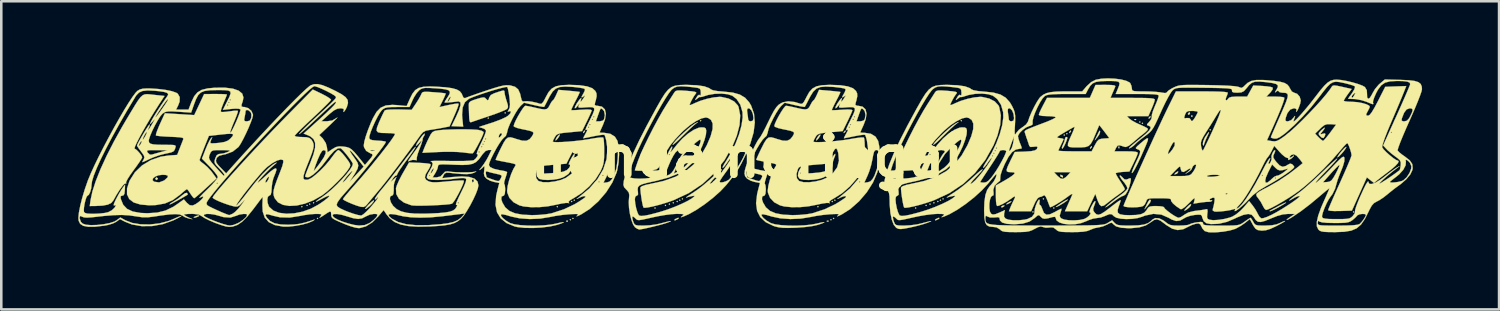
<source format=kicad_pcb>
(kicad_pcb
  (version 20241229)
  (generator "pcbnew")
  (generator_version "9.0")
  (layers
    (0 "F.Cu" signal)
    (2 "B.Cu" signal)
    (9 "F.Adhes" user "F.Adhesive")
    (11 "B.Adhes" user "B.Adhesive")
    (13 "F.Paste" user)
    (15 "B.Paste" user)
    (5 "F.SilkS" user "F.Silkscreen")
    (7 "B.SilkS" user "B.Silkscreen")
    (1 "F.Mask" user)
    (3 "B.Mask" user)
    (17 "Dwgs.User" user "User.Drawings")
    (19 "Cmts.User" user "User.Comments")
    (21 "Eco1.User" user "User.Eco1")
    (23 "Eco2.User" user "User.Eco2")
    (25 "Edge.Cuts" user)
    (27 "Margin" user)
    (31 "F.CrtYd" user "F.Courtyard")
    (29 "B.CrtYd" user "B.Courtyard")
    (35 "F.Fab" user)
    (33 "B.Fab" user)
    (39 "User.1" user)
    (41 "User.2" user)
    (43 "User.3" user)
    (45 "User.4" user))
  (footprint "handamoriogai"
    (layer "F.Cu")
    (at 26.065 3.052)
    (property "Reference" "handamoriogai" (at 0 0 0) (layer "F.SilkS") (effects (font (size 1.524 1.524) (thickness 0.3))))
    (attr through_hole)
    (fp_poly (pts (xy -17.323 1.956) (xy -17.348 1.981) (xy -17.374 1.956) (xy -17.348 1.93) (xy -17.323 1.956)) (stroke (width 0.01) (type solid)) (fill yes) (layer "F.SilkS"))
    (fp_poly (pts (xy -17.12 1.905) (xy -17.145 1.93) (xy -17.17 1.905) (xy -17.145 1.88) (xy -17.12 1.905)) (stroke (width 0.01) (type solid)) (fill yes) (layer "F.SilkS"))
    (fp_poly (pts (xy -17.018 1.854) (xy -17.043 1.88) (xy -17.069 1.854) (xy -17.043 1.829) (xy -17.018 1.854)) (stroke (width 0.01) (type solid)) (fill yes) (layer "F.SilkS"))
    (fp_poly (pts (xy -16.866 1.803) (xy -16.891 1.829) (xy -16.916 1.803) (xy -16.891 1.778) (xy -16.866 1.803)) (stroke (width 0.01) (type solid)) (fill yes) (layer "F.SilkS"))
    (fp_poly (pts (xy -16.713 2.413) (xy -16.739 2.438) (xy -16.764 2.413) (xy -16.739 2.388) (xy -16.713 2.413)) (stroke (width 0.01) (type solid)) (fill yes) (layer "F.SilkS"))
    (fp_poly (pts (xy -10.058 -1.499) (xy -10.084 -1.473) (xy -10.109 -1.499) (xy -10.084 -1.524) (xy -10.058 -1.499)) (stroke (width 0.01) (type solid)) (fill yes) (layer "F.SilkS"))
    (fp_poly (pts (xy -9.398 -1.702) (xy -9.423 -1.676) (xy -9.449 -1.702) (xy -9.423 -1.727) (xy -9.398 -1.702)) (stroke (width 0.01) (type solid)) (fill yes) (layer "F.SilkS"))
    (fp_poly (pts (xy -7.366 1.956) (xy -7.391 1.981) (xy -7.417 1.956) (xy -7.391 1.93) (xy -7.366 1.956)) (stroke (width 0.01) (type solid)) (fill yes) (layer "F.SilkS"))
    (fp_poly (pts (xy -6.858 2.464) (xy -6.883 2.489) (xy -6.909 2.464) (xy -6.883 2.438) (xy -6.858 2.464)) (stroke (width 0.01) (type solid)) (fill yes) (layer "F.SilkS"))
    (fp_poly (pts (xy -6.807 1.753) (xy -6.833 1.778) (xy -6.858 1.753) (xy -6.833 1.727) (xy -6.807 1.753)) (stroke (width 0.01) (type solid)) (fill yes) (layer "F.SilkS"))
    (fp_poly (pts (xy -6.756 2.413) (xy -6.782 2.438) (xy -6.807 2.413) (xy -6.782 2.388) (xy -6.756 2.413)) (stroke (width 0.01) (type solid)) (fill yes) (layer "F.SilkS"))
    (fp_poly (pts (xy -6.706 1.702) (xy -6.731 1.727) (xy -6.756 1.702) (xy -6.731 1.676) (xy -6.706 1.702)) (stroke (width 0.01) (type solid)) (fill yes) (layer "F.SilkS"))
    (fp_poly (pts (xy -3.556 2.007) (xy -3.581 2.032) (xy -3.607 2.007) (xy -3.581 1.981) (xy -3.556 2.007)) (stroke (width 0.01) (type solid)) (fill yes) (layer "F.SilkS"))
    (fp_poly (pts (xy -3.15 1.905) (xy -3.175 1.93) (xy -3.2 1.905) (xy -3.175 1.88) (xy -3.15 1.905)) (stroke (width 0.01) (type solid)) (fill yes) (layer "F.SilkS"))
    (fp_poly (pts (xy -2.997 1.854) (xy -3.023 1.88) (xy -3.048 1.854) (xy -3.023 1.829) (xy -2.997 1.854)) (stroke (width 0.01) (type solid)) (fill yes) (layer "F.SilkS"))
    (fp_poly (pts (xy -2.845 1.803) (xy -2.87 1.829) (xy -2.896 1.803) (xy -2.87 1.778) (xy -2.845 1.803)) (stroke (width 0.01) (type solid)) (fill yes) (layer "F.SilkS"))
    (fp_poly (pts (xy -2.692 1.753) (xy -2.718 1.778) (xy -2.743 1.753) (xy -2.718 1.727) (xy -2.692 1.753)) (stroke (width 0.01) (type solid)) (fill yes) (layer "F.SilkS"))
    (fp_poly (pts (xy -2.591 1.702) (xy -2.616 1.727) (xy -2.642 1.702) (xy -2.616 1.676) (xy -2.591 1.702)) (stroke (width 0.01) (type solid)) (fill yes) (layer "F.SilkS"))
    (fp_poly (pts (xy -2.489 1.651) (xy -2.515 1.676) (xy -2.54 1.651) (xy -2.515 1.626) (xy -2.489 1.651)) (stroke (width 0.01) (type solid)) (fill yes) (layer "F.SilkS"))
    (fp_poly (pts (xy -1.778 -1.397) (xy -1.803 -1.372) (xy -1.829 -1.397) (xy -1.803 -1.422) (xy -1.778 -1.397)) (stroke (width 0.01) (type solid)) (fill yes) (layer "F.SilkS"))
    (fp_poly (pts (xy 2.794 1.956) (xy 2.769 1.981) (xy 2.743 1.956) (xy 2.769 1.93) (xy 2.794 1.956)) (stroke (width 0.01) (type solid)) (fill yes) (layer "F.SilkS"))
    (fp_poly (pts (xy 3.302 2.464) (xy 3.277 2.489) (xy 3.251 2.464) (xy 3.277 2.438) (xy 3.302 2.464)) (stroke (width 0.01) (type solid)) (fill yes) (layer "F.SilkS"))
    (fp_poly (pts (xy 3.353 1.753) (xy 3.327 1.778) (xy 3.302 1.753) (xy 3.327 1.727) (xy 3.353 1.753)) (stroke (width 0.01) (type solid)) (fill yes) (layer "F.SilkS"))
    (fp_poly (pts (xy 3.404 2.413) (xy 3.378 2.438) (xy 3.353 2.413) (xy 3.378 2.388) (xy 3.404 2.413)) (stroke (width 0.01) (type solid)) (fill yes) (layer "F.SilkS"))
    (fp_poly (pts (xy 3.454 1.702) (xy 3.429 1.727) (xy 3.404 1.702) (xy 3.429 1.676) (xy 3.454 1.702)) (stroke (width 0.01) (type solid)) (fill yes) (layer "F.SilkS"))
    (fp_poly (pts (xy 6.604 2.007) (xy 6.579 2.032) (xy 6.553 2.007) (xy 6.579 1.981) (xy 6.604 2.007)) (stroke (width 0.01) (type solid)) (fill yes) (layer "F.SilkS"))
    (fp_poly (pts (xy 7.01 1.905) (xy 6.985 1.93) (xy 6.96 1.905) (xy 6.985 1.88) (xy 7.01 1.905)) (stroke (width 0.01) (type solid)) (fill yes) (layer "F.SilkS"))
    (fp_poly (pts (xy 7.163 1.854) (xy 7.137 1.88) (xy 7.112 1.854) (xy 7.137 1.829) (xy 7.163 1.854)) (stroke (width 0.01) (type solid)) (fill yes) (layer "F.SilkS"))
    (fp_poly (pts (xy 7.315 1.803) (xy 7.29 1.829) (xy 7.264 1.803) (xy 7.29 1.778) (xy 7.315 1.803)) (stroke (width 0.01) (type solid)) (fill yes) (layer "F.SilkS"))
    (fp_poly (pts (xy 7.468 1.753) (xy 7.442 1.778) (xy 7.417 1.753) (xy 7.442 1.727) (xy 7.468 1.753)) (stroke (width 0.01) (type solid)) (fill yes) (layer "F.SilkS"))
    (fp_poly (pts (xy 7.569 1.702) (xy 7.544 1.727) (xy 7.518 1.702) (xy 7.544 1.676) (xy 7.569 1.702)) (stroke (width 0.01) (type solid)) (fill yes) (layer "F.SilkS"))
    (fp_poly (pts (xy 7.671 1.651) (xy 7.645 1.676) (xy 7.62 1.651) (xy 7.645 1.626) (xy 7.671 1.651)) (stroke (width 0.01) (type solid)) (fill yes) (layer "F.SilkS"))
    (fp_poly (pts (xy 8.382 -1.397) (xy 8.357 -1.372) (xy 8.331 -1.397) (xy 8.357 -1.422) (xy 8.382 -1.397)) (stroke (width 0.01) (type solid)) (fill yes) (layer "F.SilkS"))
    (fp_poly (pts (xy 11.176 2.159) (xy 11.151 2.184) (xy 11.125 2.159) (xy 11.151 2.134) (xy 11.176 2.159)) (stroke (width 0.01) (type solid)) (fill yes) (layer "F.SilkS"))
    (fp_poly (pts (xy 11.582 1.651) (xy 11.557 1.676) (xy 11.532 1.651) (xy 11.557 1.626) (xy 11.582 1.651)) (stroke (width 0.01) (type solid)) (fill yes) (layer "F.SilkS"))
    (fp_poly (pts (xy 11.989 2.007) (xy 11.963 2.032) (xy 11.938 2.007) (xy 11.963 1.981) (xy 11.989 2.007)) (stroke (width 0.01) (type solid)) (fill yes) (layer "F.SilkS"))
    (fp_poly (pts (xy 12.395 -0.838) (xy 12.37 -0.813) (xy 12.344 -0.838) (xy 12.37 -0.864) (xy 12.395 -0.838)) (stroke (width 0.01) (type solid)) (fill yes) (layer "F.SilkS"))
    (fp_poly (pts (xy 12.497 -0.889) (xy 12.471 -0.864) (xy 12.446 -0.889) (xy 12.471 -0.914) (xy 12.497 -0.889)) (stroke (width 0.01) (type solid)) (fill yes) (layer "F.SilkS"))
    (fp_poly (pts (xy 15.342 -1.346) (xy 15.316 -1.321) (xy 15.291 -1.346) (xy 15.316 -1.372) (xy 15.342 -1.346)) (stroke (width 0.01) (type solid)) (fill yes) (layer "F.SilkS"))
    (fp_poly (pts (xy 15.443 -1.295) (xy 15.418 -1.27) (xy 15.392 -1.295) (xy 15.418 -1.321) (xy 15.443 -1.295)) (stroke (width 0.01) (type solid)) (fill yes) (layer "F.SilkS"))
    (fp_poly (pts (xy 18.085 -1.041) (xy 18.059 -1.016) (xy 18.034 -1.041) (xy 18.059 -1.067) (xy 18.085 -1.041)) (stroke (width 0.01) (type solid)) (fill yes) (layer "F.SilkS"))
    (fp_poly (pts (xy 23.673 2.159) (xy 23.647 2.184) (xy 23.622 2.159) (xy 23.647 2.134) (xy 23.673 2.159)) (stroke (width 0.01) (type solid)) (fill yes) (layer "F.SilkS"))
    (fp_poly (pts (xy -6.977 2.506) (xy -6.984 2.536) (xy -7.01 2.54) (xy -7.052 2.521) (xy -7.044 2.506) (xy -6.984 2.5) (xy -6.977 2.506)) (stroke (width 0.01) (type solid)) (fill yes) (layer "F.SilkS"))
    (fp_poly (pts (xy 3.183 2.506) (xy 3.176 2.536) (xy 3.15 2.54) (xy 3.108 2.521) (xy 3.116 2.506) (xy 3.176 2.5) (xy 3.183 2.506)) (stroke (width 0.01) (type solid)) (fill yes) (layer "F.SilkS"))
    (fp_poly (pts (xy 14.512 -0.389) (xy 14.518 -0.329) (xy 14.512 -0.322) (xy 14.482 -0.329) (xy 14.478 -0.356) (xy 14.497 -0.397) (xy 14.512 -0.389)) (stroke (width 0.01) (type solid)) (fill yes) (layer "F.SilkS"))
    (fp_poly (pts (xy 15.172 -1.456) (xy 15.165 -1.426) (xy 15.138 -1.422) (xy 15.097 -1.441) (xy 15.105 -1.456) (xy 15.165 -1.462) (xy 15.172 -1.456)) (stroke (width 0.01) (type solid)) (fill yes) (layer "F.SilkS"))
    (fp_poly (pts (xy 17.357 -1.609) (xy 17.363 -1.548) (xy 17.357 -1.541) (xy 17.326 -1.548) (xy 17.323 -1.575) (xy 17.341 -1.617) (xy 17.357 -1.609)) (stroke (width 0.01) (type solid)) (fill yes) (layer "F.SilkS"))
    (fp_poly (pts (xy 10.033 1.931) (xy 9.978 1.973) (xy 9.92 1.98) (xy 9.906 1.961) (xy 9.946 1.929) (xy 9.985 1.911) (xy 10.037 1.907) (xy 10.033 1.931)) (stroke (width 0.01) (type solid)) (fill yes) (layer "F.SilkS"))
    (fp_poly (pts (xy -22.963 0.851) (xy -22.962 0.864) (xy -23 0.913) (xy -23.012 0.914) (xy -23.062 0.876) (xy -23.063 0.864) (xy -23.025 0.814) (xy -23.012 0.813) (xy -22.963 0.851)) (stroke (width 0.01) (type solid)) (fill yes) (layer "F.SilkS"))
    (fp_poly (pts (xy -21.366 2.322) (xy -21.387 2.337) (xy -21.495 2.379) (xy -21.539 2.383) (xy -21.57 2.369) (xy -21.514 2.337) (xy -21.406 2.299) (xy -21.351 2.294) (xy -21.366 2.322)) (stroke (width 0.01) (type solid)) (fill yes) (layer "F.SilkS"))
    (fp_poly (pts (xy -6.315 -0.983) (xy -6.325 -0.965) (xy -6.372 -0.917) (xy -6.381 -0.914) (xy -6.385 -0.947) (xy -6.375 -0.965) (xy -6.328 -1.014) (xy -6.319 -1.016) (xy -6.315 -0.983)) (stroke (width 0.01) (type solid)) (fill yes) (layer "F.SilkS"))
    (fp_poly (pts (xy -2.658 2.41) (xy -2.692 2.438) (xy -2.785 2.481) (xy -2.819 2.488) (xy -2.828 2.467) (xy -2.794 2.438) (xy -2.701 2.395) (xy -2.667 2.389) (xy -2.658 2.41)) (stroke (width 0.01) (type solid)) (fill yes) (layer "F.SilkS"))
    (fp_poly (pts (xy 3.845 -0.983) (xy 3.835 -0.965) (xy 3.788 -0.917) (xy 3.779 -0.914) (xy 3.775 -0.947) (xy 3.785 -0.965) (xy 3.832 -1.014) (xy 3.841 -1.016) (xy 3.845 -0.983)) (stroke (width 0.01) (type solid)) (fill yes) (layer "F.SilkS"))
    (fp_poly (pts (xy 7.502 2.41) (xy 7.468 2.438) (xy 7.375 2.481) (xy 7.341 2.488) (xy 7.332 2.467) (xy 7.366 2.438) (xy 7.459 2.395) (xy 7.493 2.389) (xy 7.502 2.41)) (stroke (width 0.01) (type solid)) (fill yes) (layer "F.SilkS"))
    (fp_poly (pts (xy 10.312 1.749) (xy 10.273 1.79) (xy 10.211 1.829) (xy 10.132 1.862) (xy 10.109 1.858) (xy 10.148 1.817) (xy 10.211 1.778) (xy 10.289 1.745) (xy 10.312 1.749)) (stroke (width 0.01) (type solid)) (fill yes) (layer "F.SilkS"))
    (fp_poly (pts (xy 12.309 0.748) (xy 12.319 0.762) (xy 12.317 0.809) (xy 12.3 0.813) (xy 12.228 0.776) (xy 12.217 0.762) (xy 12.22 0.715) (xy 12.237 0.711) (xy 12.309 0.748)) (stroke (width 0.01) (type solid)) (fill yes) (layer "F.SilkS"))
    (fp_poly (pts (xy 12.633 -0.983) (xy 12.624 -0.965) (xy 12.576 -0.917) (xy 12.567 -0.914) (xy 12.564 -0.947) (xy 12.573 -0.965) (xy 12.621 -1.014) (xy 12.63 -1.016) (xy 12.633 -0.983)) (stroke (width 0.01) (type solid)) (fill yes) (layer "F.SilkS"))
    (fp_poly (pts (xy 13.446 -0.374) (xy 13.437 -0.356) (xy 13.389 -0.307) (xy 13.38 -0.305) (xy 13.376 -0.338) (xy 13.386 -0.356) (xy 13.434 -0.404) (xy 13.443 -0.406) (xy 13.446 -0.374)) (stroke (width 0.01) (type solid)) (fill yes) (layer "F.SilkS"))
    (fp_poly (pts (xy 13.765 -0.993) (xy 13.767 -0.954) (xy 13.735 -0.861) (xy 13.663 -0.755) (xy 13.559 -0.635) (xy 13.644 -0.813) (xy 13.713 -0.952) (xy 13.75 -1.009) (xy 13.765 -0.993)) (stroke (width 0.01) (type solid)) (fill yes) (layer "F.SilkS"))
    (fp_poly (pts (xy 15.732 -1.542) (xy 15.723 -1.524) (xy 15.675 -1.475) (xy 15.666 -1.473) (xy 15.662 -1.506) (xy 15.672 -1.524) (xy 15.72 -1.573) (xy 15.729 -1.575) (xy 15.732 -1.542)) (stroke (width 0.01) (type solid)) (fill yes) (layer "F.SilkS"))
    (fp_poly (pts (xy 15.748 1.707) (xy 15.716 1.792) (xy 15.623 1.915) (xy 15.498 2.057) (xy 15.585 1.869) (xy 15.648 1.75) (xy 15.699 1.683) (xy 15.71 1.678) (xy 15.748 1.707)) (stroke (width 0.01) (type solid)) (fill yes) (layer "F.SilkS"))
    (fp_poly (pts (xy 16.815 0.598) (xy 16.774 0.659) (xy 16.739 0.679) (xy 16.672 0.695) (xy 16.662 0.69) (xy 16.696 0.648) (xy 16.739 0.61) (xy 16.8 0.579) (xy 16.815 0.598)) (stroke (width 0.01) (type solid)) (fill yes) (layer "F.SilkS"))
    (fp_poly (pts (xy 17.271 -1.688) (xy 17.272 -1.676) (xy 17.233 -1.628) (xy 17.218 -1.626) (xy 17.188 -1.657) (xy 17.196 -1.676) (xy 17.241 -1.725) (xy 17.25 -1.727) (xy 17.271 -1.688)) (stroke (width 0.01) (type solid)) (fill yes) (layer "F.SilkS"))
    (fp_poly (pts (xy -7.305 -0.808) (xy -7.364 -0.716) (xy -7.368 -0.71) (xy -7.434 -0.639) (xy -7.465 -0.631) (xy -7.465 -0.635) (xy -7.439 -0.707) (xy -7.383 -0.792) (xy -7.324 -0.852) (xy -7.294 -0.859) (xy -7.305 -0.808)) (stroke (width 0.01) (type solid)) (fill yes) (layer "F.SilkS"))
    (fp_poly (pts (xy 2.855 -0.808) (xy 2.796 -0.716) (xy 2.792 -0.71) (xy 2.726 -0.639) (xy 2.695 -0.631) (xy 2.695 -0.635) (xy 2.721 -0.707) (xy 2.777 -0.792) (xy 2.836 -0.852) (xy 2.866 -0.859) (xy 2.855 -0.808)) (stroke (width 0.01) (type solid)) (fill yes) (layer "F.SilkS"))
    (fp_poly (pts (xy 17.314 1.854) (xy 17.306 1.907) (xy 17.24 1.988) (xy 17.14 2.068) (xy 17.098 2.092) (xy 17.048 2.11) (xy 17.067 2.072) (xy 17.141 1.988) (xy 17.237 1.897) (xy 17.302 1.853) (xy 17.314 1.854)) (stroke (width 0.01) (type solid)) (fill yes) (layer "F.SilkS"))
    (fp_poly (pts (xy -14.549 1.753) (xy -14.617 1.839) (xy -14.715 1.936) (xy -14.818 2.018) (xy -14.859 2.043) (xy -14.882 2.039) (xy -14.842 1.978) (xy -14.761 1.887) (xy -14.649 1.778) (xy -14.566 1.713) (xy -14.536 1.703) (xy -14.549 1.753)) (stroke (width 0.01) (type solid)) (fill yes) (layer "F.SilkS"))
    (fp_poly (pts (xy 12.509 1.687) (xy 12.445 1.742) (xy 12.338 1.815) (xy 12.216 1.888) (xy 12.11 1.946) (xy 12.046 1.97) (xy 12.04 1.967) (xy 12.079 1.931) (xy 12.182 1.859) (xy 12.303 1.782) (xy 12.429 1.708) (xy 12.503 1.675) (xy 12.509 1.687)) (stroke (width 0.01) (type solid)) (fill yes) (layer "F.SilkS"))
    (fp_poly (pts (xy 23.368 -0.373) (xy 23.337 -0.308) (xy 23.257 -0.199) (xy 23.192 -0.123) (xy 23.095 -0.021) (xy 23.031 0.029) (xy 23.017 0.025) (xy 23.048 -0.039) (xy 23.128 -0.148) (xy 23.192 -0.224) (xy 23.289 -0.326) (xy 23.353 -0.376) (xy 23.368 -0.373)) (stroke (width 0.01) (type solid)) (fill yes) (layer "F.SilkS"))
    (fp_poly (pts (xy 18.011 -0.928) (xy 17.958 -0.814) (xy 17.951 -0.8) (xy 17.882 -0.65) (xy 17.832 -0.513) (xy 17.831 -0.508) (xy 17.803 -0.425) (xy 17.785 -0.435) (xy 17.772 -0.483) (xy 17.785 -0.586) (xy 17.843 -0.724) (xy 17.873 -0.775) (xy 17.964 -0.907) (xy 18.011 -0.958) (xy 18.011 -0.928)) (stroke (width 0.01) (type solid)) (fill yes) (layer "F.SilkS"))
    (fp_poly (pts (xy 12.484 -0.755) (xy 12.491 -0.72) (xy 12.464 -0.633) (xy 12.415 -0.509) (xy 12.355 -0.384) (xy 12.302 -0.312) (xy 12.287 -0.305) (xy 12.276 -0.343) (xy 12.309 -0.438) (xy 12.318 -0.455) (xy 12.372 -0.582) (xy 12.395 -0.682) (xy 12.395 -0.683) (xy 12.422 -0.752) (xy 12.446 -0.762) (xy 12.484 -0.755)) (stroke (width 0.01) (type solid)) (fill yes) (layer "F.SilkS"))
    (fp_poly (pts (xy 21.006 1.806) (xy 20.909 1.871) (xy 20.769 1.953) (xy 20.617 2.035) (xy 20.483 2.1) (xy 20.398 2.133) (xy 20.389 2.134) (xy 20.374 2.118) (xy 20.375 2.117) (xy 20.427 2.087) (xy 20.546 2.022) (xy 20.708 1.936) (xy 20.752 1.912) (xy 20.902 1.836) (xy 20.995 1.795) (xy 21.018 1.794) (xy 21.006 1.806)) (stroke (width 0.01) (type solid)) (fill yes) (layer "F.SilkS"))
    (fp_poly (pts (xy 22.493 -1.055) (xy 22.408 -0.946) (xy 22.356 -0.878) (xy 22.382 -0.869) (xy 22.441 -0.886) (xy 22.532 -0.905) (xy 22.549 -0.868) (xy 22.524 -0.792) (xy 22.475 -0.72) (xy 22.405 -0.737) (xy 22.335 -0.804) (xy 22.289 -0.867) (xy 22.296 -0.924) (xy 22.367 -1.004) (xy 22.411 -1.045) (xy 22.5 -1.118) (xy 22.528 -1.119) (xy 22.493 -1.055)) (stroke (width 0.01) (type solid)) (fill yes) (layer "F.SilkS"))
    (fp_poly (pts (xy -21.818 1.424) (xy -21.797 1.481) (xy -21.801 1.489) (xy -21.853 1.519) (xy -21.946 1.572) (xy -22.188 1.71) (xy -22.355 1.801) (xy -22.455 1.851) (xy -22.5 1.865) (xy -22.504 1.86) (xy -22.464 1.82) (xy -22.366 1.76) (xy -22.353 1.753) (xy -22.216 1.668) (xy -22.064 1.553) (xy -22.027 1.521) (xy -21.902 1.429) (xy -21.828 1.414) (xy -21.818 1.424)) (stroke (width 0.01) (type solid)) (fill yes) (layer "F.SilkS"))
    (fp_poly (pts (xy -1.971 -1.296) (xy -1.981 -1.289) (xy -2.069 -1.217) (xy -2.206 -1.092) (xy -2.373 -0.932) (xy -2.502 -0.804) (xy -2.659 -0.649) (xy -2.786 -0.533) (xy -2.87 -0.466) (xy -2.896 -0.459) (xy -2.86 -0.523) (xy -2.764 -0.635) (xy -2.628 -0.776) (xy -2.469 -0.928) (xy -2.306 -1.074) (xy -2.159 -1.196) (xy -2.045 -1.276) (xy -2.03 -1.285) (xy -1.928 -1.336) (xy -1.91 -1.34) (xy -1.971 -1.296)) (stroke (width 0.01) (type solid)) (fill yes) (layer "F.SilkS"))
    (fp_poly (pts (xy 8.189 -1.296) (xy 8.179 -1.289) (xy 8.091 -1.217) (xy 7.954 -1.092) (xy 7.787 -0.932) (xy 7.658 -0.804) (xy 7.501 -0.649) (xy 7.374 -0.533) (xy 7.29 -0.466) (xy 7.264 -0.459) (xy 7.3 -0.523) (xy 7.396 -0.635) (xy 7.532 -0.776) (xy 7.691 -0.928) (xy 7.854 -1.074) (xy 8.001 -1.196) (xy 8.115 -1.276) (xy 8.13 -1.285) (xy 8.232 -1.336) (xy 8.25 -1.34) (xy 8.189 -1.296)) (stroke (width 0.01) (type solid)) (fill yes) (layer "F.SilkS"))
    (fp_poly (pts (xy 15.638 -0.705) (xy 15.624 -0.619) (xy 15.558 -0.449) (xy 15.524 -0.369) (xy 15.363 -0.003) (xy 15.227 0.287) (xy 15.119 0.494) (xy 15.042 0.616) (xy 15.009 0.646) (xy 15.005 0.612) (xy 15.04 0.506) (xy 15.108 0.349) (xy 15.146 0.268) (xy 15.251 0.048) (xy 15.311 -0.099) (xy 15.33 -0.19) (xy 15.31 -0.243) (xy 15.254 -0.275) (xy 15.229 -0.283) (xy 15.168 -0.308) (xy 15.162 -0.342) (xy 15.219 -0.406) (xy 15.318 -0.494) (xy 15.49 -0.639) (xy 15.595 -0.711) (xy 15.638 -0.705)) (stroke (width 0.01) (type solid)) (fill yes) (layer "F.SilkS"))
    (fp_poly (pts (xy -10.746 -1.056) (xy -10.541 -1.044) (xy -10.452 -1.034) (xy -10.33 -1.001) (xy -10.266 -0.957) (xy -10.262 -0.946) (xy -10.285 -0.867) (xy -10.343 -0.732) (xy -10.424 -0.568) (xy -10.513 -0.399) (xy -10.597 -0.252) (xy -10.663 -0.152) (xy -10.693 -0.123) (xy -10.767 -0.125) (xy -10.909 -0.14) (xy -11.074 -0.161) (xy -11.262 -0.177) (xy -11.514 -0.185) (xy -11.797 -0.184) (xy -12.026 -0.176) (xy -12.647 -0.145) (xy -12.594 -0.288) (xy -12.542 -0.414) (xy -12.465 -0.585) (xy -12.404 -0.711) (xy -12.325 -0.866) (xy -12.258 -0.953) (xy -12.173 -0.997) (xy -12.04 -1.021) (xy -12.014 -1.024) (xy -11.824 -1.042) (xy -11.574 -1.053) (xy -11.292 -1.06) (xy -11.006 -1.061) (xy -10.746 -1.056)) (stroke (width 0.01) (type solid)) (fill yes) (layer "F.SilkS"))
    (fp_poly (pts (xy 14.624 0.797) (xy 14.634 0.808) (xy 14.718 0.889) (xy 14.799 0.896) (xy 14.859 0.873) (xy 14.942 0.841) (xy 14.968 0.868) (xy 14.956 0.973) (xy 14.955 0.98) (xy 14.907 1.174) (xy 14.839 1.347) (xy 14.762 1.472) (xy 14.691 1.525) (xy 14.686 1.525) (xy 14.604 1.555) (xy 14.475 1.632) (xy 14.356 1.716) (xy 14.163 1.86) (xy 14.036 1.95) (xy 13.978 1.983) (xy 13.992 1.957) (xy 14.072 1.881) (xy 14.211 1.764) (xy 14.391 1.625) (xy 14.541 1.518) (xy 14.688 1.407) (xy 14.792 1.306) (xy 14.834 1.238) (xy 14.834 1.237) (xy 14.802 1.152) (xy 14.722 1.032) (xy 14.681 0.983) (xy 14.589 0.865) (xy 14.536 0.772) (xy 14.53 0.748) (xy 14.558 0.738) (xy 14.624 0.797)) (stroke (width 0.01) (type solid)) (fill yes) (layer "F.SilkS"))
    (fp_poly (pts (xy -12.565 -0.838) (xy -12.593 -0.794) (xy -12.637 -0.712) (xy -12.639 -0.678) (xy -12.651 -0.613) (xy -12.693 -0.481) (xy -12.757 -0.31) (xy -12.766 -0.289) (xy -12.829 -0.113) (xy -12.867 0.029) (xy -12.872 0.109) (xy -12.871 0.113) (xy -12.872 0.148) (xy -12.924 0.136) (xy -13.039 0.131) (xy -13.11 0.154) (xy -13.187 0.185) (xy -13.208 0.18) (xy -13.18 0.129) (xy -13.106 0.018) (xy -13 -0.13) (xy -12.975 -0.164) (xy -12.848 -0.342) (xy -12.752 -0.484) (xy -12.694 -0.581) (xy -12.679 -0.621) (xy -12.713 -0.596) (xy -12.77 -0.533) (xy -12.851 -0.448) (xy -12.897 -0.417) (xy -12.901 -0.423) (xy -12.877 -0.488) (xy -12.813 -0.595) (xy -12.729 -0.715) (xy -12.646 -0.821) (xy -12.582 -0.887) (xy -12.561 -0.894) (xy -12.565 -0.838)) (stroke (width 0.01) (type solid)) (fill yes) (layer "F.SilkS"))
    (fp_poly (pts (xy -6.724 -0.026) (xy -6.757 0.052) (xy -6.8 0.176) (xy -6.828 0.336) (xy -6.829 0.359) (xy -6.865 0.542) (xy -6.953 0.675) (xy -7.115 0.784) (xy -7.188 0.82) (xy -7.347 0.87) (xy -7.547 0.901) (xy -7.755 0.914) (xy -7.943 0.906) (xy -8.078 0.877) (xy -8.118 0.853) (xy -8.172 0.761) (xy -8.16 0.638) (xy -8.12 0.536) (xy -8.058 0.434) (xy -8.015 0.411) (xy -8.008 0.468) (xy -8.029 0.541) (xy -8.08 0.675) (xy -7.631 0.649) (xy -7.351 0.625) (xy -7.153 0.587) (xy -7.019 0.528) (xy -6.931 0.442) (xy -6.904 0.398) (xy -6.871 0.321) (xy -6.899 0.311) (xy -6.92 0.318) (xy -6.949 0.304) (xy -6.92 0.215) (xy -6.863 0.099) (xy -6.789 -0.028) (xy -6.735 -0.099) (xy -6.715 -0.103) (xy -6.724 -0.026)) (stroke (width 0.01) (type solid)) (fill yes) (layer "F.SilkS"))
    (fp_poly (pts (xy 3.436 -0.026) (xy 3.403 0.052) (xy 3.36 0.176) (xy 3.332 0.336) (xy 3.331 0.359) (xy 3.295 0.542) (xy 3.207 0.675) (xy 3.045 0.784) (xy 2.972 0.82) (xy 2.813 0.87) (xy 2.613 0.901) (xy 2.405 0.914) (xy 2.217 0.906) (xy 2.082 0.877) (xy 2.042 0.853) (xy 1.988 0.761) (xy 2 0.638) (xy 2.04 0.536) (xy 2.102 0.434) (xy 2.145 0.411) (xy 2.152 0.468) (xy 2.131 0.541) (xy 2.08 0.675) (xy 2.529 0.649) (xy 2.809 0.625) (xy 3.007 0.587) (xy 3.141 0.528) (xy 3.229 0.442) (xy 3.256 0.398) (xy 3.289 0.321) (xy 3.261 0.311) (xy 3.24 0.318) (xy 3.211 0.304) (xy 3.24 0.215) (xy 3.297 0.099) (xy 3.371 -0.028) (xy 3.425 -0.099) (xy 3.445 -0.103) (xy 3.436 -0.026)) (stroke (width 0.01) (type solid)) (fill yes) (layer "F.SilkS"))
    (fp_poly (pts (xy -9.452 -2.551) (xy -9.449 -2.503) (xy -9.449 -2.502) (xy -9.433 -2.398) (xy -9.392 -2.245) (xy -9.366 -2.163) (xy -9.32 -2.012) (xy -9.313 -1.923) (xy -9.344 -1.865) (xy -9.354 -1.855) (xy -9.427 -1.814) (xy -9.576 -1.75) (xy -9.779 -1.672) (xy -10.015 -1.589) (xy -10.033 -1.583) (xy -10.273 -1.502) (xy -10.484 -1.431) (xy -10.643 -1.376) (xy -10.729 -1.345) (xy -10.732 -1.344) (xy -10.783 -1.337) (xy -10.811 -1.379) (xy -10.825 -1.491) (xy -10.83 -1.595) (xy -10.836 -1.781) (xy -10.841 -1.945) (xy -10.843 -2.012) (xy -10.834 -2.089) (xy -10.789 -2.143) (xy -10.686 -2.192) (xy -10.541 -2.24) (xy -10.37 -2.29) (xy -10.269 -2.306) (xy -10.211 -2.291) (xy -10.18 -2.26) (xy -10.11 -2.191) (xy -10.067 -2.22) (xy -10.049 -2.294) (xy -9.983 -2.399) (xy -9.855 -2.464) (xy -9.658 -2.531) (xy -9.538 -2.567) (xy -9.476 -2.573) (xy -9.452 -2.551)) (stroke (width 0.01) (type solid)) (fill yes) (layer "F.SilkS"))
    (fp_poly (pts (xy -12.77 0.245) (xy -12.577 0.257) (xy -12.424 0.274) (xy -12.339 0.293) (xy -12.332 0.298) (xy -12.335 0.358) (xy -12.386 0.465) (xy -12.417 0.514) (xy -12.522 0.69) (xy -12.553 0.813) (xy -12.512 0.9) (xy -12.426 0.957) (xy -12.346 0.987) (xy -12.245 1.002) (xy -12.104 1.003) (xy -11.9 0.99) (xy -11.671 0.968) (xy -11.434 0.947) (xy -11.235 0.934) (xy -11.095 0.931) (xy -11.035 0.937) (xy -11.034 0.937) (xy -11.039 0.997) (xy -11.084 1.119) (xy -11.157 1.28) (xy -11.246 1.455) (xy -11.339 1.622) (xy -11.423 1.755) (xy -11.486 1.83) (xy -11.495 1.837) (xy -11.577 1.855) (xy -11.737 1.873) (xy -11.952 1.888) (xy -12.199 1.901) (xy -12.455 1.911) (xy -12.696 1.915) (xy -12.899 1.914) (xy -13.041 1.907) (xy -13.081 1.9) (xy -13.366 1.796) (xy -13.563 1.649) (xy -13.668 1.463) (xy -13.68 1.239) (xy -13.68 1.233) (xy -13.643 1.116) (xy -13.567 0.942) (xy -13.464 0.742) (xy -13.412 0.648) (xy -13.17 0.229) (xy -12.77 0.245)) (stroke (width 0.01) (type solid)) (fill yes) (layer "F.SilkS"))
    (fp_poly (pts (xy -23.271 -2.424) (xy -23.126 -2.407) (xy -23.119 -2.406) (xy -22.701 -2.362) (xy -22.917 -2.032) (xy -23.081 -1.775) (xy -23.248 -1.503) (xy -23.409 -1.229) (xy -23.558 -0.968) (xy -23.686 -0.732) (xy -23.786 -0.536) (xy -23.851 -0.393) (xy -23.872 -0.318) (xy -23.868 -0.311) (xy -23.788 -0.256) (xy -23.692 -0.157) (xy -23.609 -0.05) (xy -23.573 0.029) (xy -23.573 0.03) (xy -23.601 0.092) (xy -23.679 0.214) (xy -23.794 0.378) (xy -23.904 0.527) (xy -24.038 0.714) (xy -24.139 0.872) (xy -24.195 0.983) (xy -24.201 1.025) (xy -24.196 1.059) (xy -24.219 1.049) (xy -24.271 1.072) (xy -24.357 1.168) (xy -24.465 1.318) (xy -24.582 1.505) (xy -24.69 1.701) (xy -24.774 1.805) (xy -24.909 1.874) (xy -25.112 1.913) (xy -25.394 1.927) (xy -25.617 1.93) (xy -25.585 1.698) (xy -25.513 1.361) (xy -25.382 0.956) (xy -25.197 0.492) (xy -24.962 -0.021) (xy -24.681 -0.572) (xy -24.36 -1.15) (xy -24.185 -1.448) (xy -23.993 -1.768) (xy -23.845 -2.013) (xy -23.731 -2.19) (xy -23.638 -2.312) (xy -23.556 -2.386) (xy -23.475 -2.423) (xy -23.383 -2.432) (xy -23.271 -2.424)) (stroke (width 0.01) (type solid)) (fill yes) (layer "F.SilkS"))
    (fp_poly (pts (xy -12.416 -2.522) (xy -12.206 -2.508) (xy -12.005 -2.492) (xy -11.847 -2.476) (xy -11.756 -2.464) (xy -11.743 -2.461) (xy -11.754 -2.411) (xy -11.802 -2.299) (xy -11.855 -2.188) (xy -11.985 -1.929) (xy -11.873 -1.955) (xy -11.591 -2.017) (xy -11.398 -2.053) (xy -11.284 -2.067) (xy -11.237 -2.059) (xy -11.245 -2.004) (xy -11.287 -1.879) (xy -11.357 -1.706) (xy -11.402 -1.603) (xy -11.593 -1.173) (xy -11.855 -1.122) (xy -12.069 -1.083) (xy -12.294 -1.047) (xy -12.363 -1.037) (xy -12.516 -1.007) (xy -12.62 -0.952) (xy -12.716 -0.846) (xy -12.769 -0.771) (xy -12.94 -0.53) (xy -13.151 -0.239) (xy -13.388 0.08) (xy -13.634 0.407) (xy -13.875 0.722) (xy -14.095 1.004) (xy -14.279 1.233) (xy -14.347 1.314) (xy -14.504 1.501) (xy -14.646 1.671) (xy -14.753 1.802) (xy -14.8 1.86) (xy -14.868 1.933) (xy -14.944 1.967) (xy -15.05 1.961) (xy -15.208 1.914) (xy -15.405 1.839) (xy -15.572 1.767) (xy -15.694 1.705) (xy -15.747 1.665) (xy -15.748 1.662) (xy -15.716 1.611) (xy -15.628 1.501) (xy -15.497 1.346) (xy -15.336 1.162) (xy -15.303 1.126) (xy -15.079 0.871) (xy -14.845 0.597) (xy -14.61 0.315) (xy -14.385 0.037) (xy -14.177 -0.225) (xy -13.997 -0.459) (xy -13.854 -0.654) (xy -13.758 -0.797) (xy -13.717 -0.876) (xy -13.716 -0.882) (xy -13.762 -0.899) (xy -13.883 -0.911) (xy -14.034 -0.915) (xy -14.253 -0.92) (xy -14.383 -0.946) (xy -14.436 -1.008) (xy -14.421 -1.125) (xy -14.349 -1.311) (xy -14.32 -1.377) (xy -14.238 -1.559) (xy -14.168 -1.705) (xy -14.121 -1.791) (xy -14.115 -1.8) (xy -14.049 -1.819) (xy -13.906 -1.831) (xy -13.71 -1.836) (xy -13.57 -1.835) (xy -13.067 -1.822) (xy -12.904 -2.064) (xy -12.805 -2.22) (xy -12.726 -2.36) (xy -12.696 -2.423) (xy -12.67 -2.479) (xy -12.629 -2.512) (xy -12.552 -2.525) (xy -12.416 -2.522)) (stroke (width 0.01) (type solid)) (fill yes) (layer "F.SilkS"))
    (fp_poly (pts (xy -2.389 -2.564) (xy -2.348 -2.561) (xy -2.145 -2.542) (xy -2.026 -2.523) (xy -1.977 -2.5) (xy -1.981 -2.467) (xy -1.999 -2.444) (xy -2.064 -2.353) (xy -2.138 -2.226) (xy -2.202 -2.101) (xy -2.234 -2.017) (xy -2.235 -2.008) (xy -2.195 -2.011) (xy -2.095 -2.052) (xy -2.042 -2.078) (xy -1.817 -2.172) (xy -1.555 -2.251) (xy -1.295 -2.305) (xy -1.071 -2.327) (xy -0.991 -2.323) (xy -0.715 -2.261) (xy -0.498 -2.148) (xy -0.355 -1.995) (xy -0.325 -1.93) (xy -0.262 -1.606) (xy -0.286 -1.232) (xy -0.396 -0.811) (xy -0.55 -0.435) (xy -0.871 0.137) (xy -1.266 0.638) (xy -1.731 1.068) (xy -2.265 1.424) (xy -2.865 1.703) (xy -2.966 1.74) (xy -3.208 1.82) (xy -3.45 1.89) (xy -3.674 1.947) (xy -3.86 1.984) (xy -3.986 1.998) (xy -4.033 1.988) (xy -4.059 1.904) (xy -4.09 1.757) (xy -4.118 1.579) (xy -4.141 1.405) (xy -4.153 1.267) (xy -4.15 1.2) (xy -4.086 1.153) (xy -3.945 1.105) (xy -3.782 1.07) (xy -3.238 0.949) (xy -2.778 0.785) (xy -2.391 0.571) (xy -2.067 0.3) (xy -1.794 -0.036) (xy -1.562 -0.444) (xy -1.414 -0.792) (xy -1.338 -1.073) (xy -1.335 -1.286) (xy -1.398 -1.424) (xy -1.507 -1.501) (xy -1.598 -1.524) (xy -1.769 -1.486) (xy -1.983 -1.381) (xy -2.221 -1.222) (xy -2.461 -1.02) (xy -2.559 -0.924) (xy -2.8 -0.668) (xy -2.981 -0.446) (xy -3.121 -0.229) (xy -3.242 0.012) (xy -3.298 0.145) (xy -3.379 0.328) (xy -3.446 0.436) (xy -3.517 0.493) (xy -3.585 0.515) (xy -3.703 0.532) (xy -3.865 0.544) (xy -4.041 0.552) (xy -4.203 0.554) (xy -4.322 0.549) (xy -4.369 0.537) (xy -4.369 0.536) (xy -4.353 0.481) (xy -4.311 0.355) (xy -4.251 0.184) (xy -4.236 0.143) (xy -4.139 -0.102) (xy -4 -0.409) (xy -3.832 -0.755) (xy -3.648 -1.116) (xy -3.459 -1.467) (xy -3.279 -1.785) (xy -3.135 -2.019) (xy -3.014 -2.207) (xy -2.911 -2.369) (xy -2.839 -2.482) (xy -2.819 -2.513) (xy -2.78 -2.553) (xy -2.71 -2.574) (xy -2.587 -2.577) (xy -2.389 -2.564)) (stroke (width 0.01) (type solid)) (fill yes) (layer "F.SilkS"))
    (fp_poly (pts (xy 7.771 -2.564) (xy 7.812 -2.561) (xy 8.015 -2.542) (xy 8.134 -2.523) (xy 8.183 -2.5) (xy 8.179 -2.467) (xy 8.161 -2.444) (xy 8.096 -2.353) (xy 8.022 -2.226) (xy 7.958 -2.101) (xy 7.926 -2.017) (xy 7.925 -2.008) (xy 7.965 -2.011) (xy 8.065 -2.052) (xy 8.118 -2.078) (xy 8.343 -2.172) (xy 8.605 -2.251) (xy 8.865 -2.305) (xy 9.089 -2.327) (xy 9.169 -2.323) (xy 9.445 -2.261) (xy 9.662 -2.148) (xy 9.805 -1.995) (xy 9.835 -1.93) (xy 9.898 -1.606) (xy 9.874 -1.232) (xy 9.764 -0.811) (xy 9.61 -0.435) (xy 9.289 0.137) (xy 8.894 0.638) (xy 8.429 1.068) (xy 7.895 1.424) (xy 7.295 1.703) (xy 7.194 1.74) (xy 6.952 1.82) (xy 6.71 1.89) (xy 6.486 1.947) (xy 6.3 1.984) (xy 6.174 1.998) (xy 6.127 1.988) (xy 6.101 1.904) (xy 6.071 1.757) (xy 6.042 1.579) (xy 6.019 1.405) (xy 6.007 1.267) (xy 6.01 1.2) (xy 6.074 1.153) (xy 6.215 1.105) (xy 6.378 1.07) (xy 6.922 0.949) (xy 7.382 0.785) (xy 7.769 0.571) (xy 8.093 0.3) (xy 8.366 -0.036) (xy 8.598 -0.444) (xy 8.746 -0.792) (xy 8.822 -1.073) (xy 8.825 -1.286) (xy 8.762 -1.424) (xy 8.653 -1.501) (xy 8.562 -1.524) (xy 8.391 -1.486) (xy 8.177 -1.381) (xy 7.939 -1.222) (xy 7.699 -1.02) (xy 7.601 -0.924) (xy 7.36 -0.668) (xy 7.179 -0.446) (xy 7.039 -0.229) (xy 6.918 0.012) (xy 6.862 0.145) (xy 6.781 0.328) (xy 6.714 0.436) (xy 6.643 0.493) (xy 6.575 0.515) (xy 6.457 0.532) (xy 6.295 0.544) (xy 6.119 0.552) (xy 5.957 0.554) (xy 5.838 0.549) (xy 5.791 0.537) (xy 5.791 0.536) (xy 5.807 0.481) (xy 5.849 0.355) (xy 5.909 0.184) (xy 5.924 0.143) (xy 6.021 -0.102) (xy 6.16 -0.409) (xy 6.328 -0.755) (xy 6.512 -1.116) (xy 6.701 -1.467) (xy 6.881 -1.785) (xy 7.025 -2.019) (xy 7.146 -2.207) (xy 7.249 -2.369) (xy 7.321 -2.482) (xy 7.341 -2.513) (xy 7.38 -2.553) (xy 7.45 -2.574) (xy 7.573 -2.577) (xy 7.771 -2.564)) (stroke (width 0.01) (type solid)) (fill yes) (layer "F.SilkS"))
    (fp_poly (pts (xy -6.937 -2.564) (xy -6.746 -2.546) (xy -6.599 -2.53) (xy -6.521 -2.519) (xy -6.515 -2.517) (xy -6.531 -2.47) (xy -6.584 -2.357) (xy -6.665 -2.199) (xy -6.684 -2.163) (xy -6.768 -1.999) (xy -6.827 -1.874) (xy -6.85 -1.811) (xy -6.849 -1.808) (xy -6.794 -1.806) (xy -6.664 -1.811) (xy -6.484 -1.822) (xy -6.439 -1.825) (xy -6.224 -1.835) (xy -6.091 -1.827) (xy -6.048 -1.803) (xy -6.071 -1.737) (xy -6.129 -1.605) (xy -6.21 -1.431) (xy -6.239 -1.372) (xy -6.426 -0.991) (xy -6.915 -0.945) (xy -7.142 -0.923) (xy -7.291 -0.9) (xy -7.383 -0.87) (xy -7.441 -0.826) (xy -7.486 -0.76) (xy -7.486 -0.76) (xy -7.544 -0.652) (xy -7.569 -0.585) (xy -7.569 -0.583) (xy -7.522 -0.566) (xy -7.394 -0.561) (xy -7.205 -0.566) (xy -6.973 -0.58) (xy -6.72 -0.603) (xy -6.465 -0.631) (xy -6.227 -0.665) (xy -6.107 -0.686) (xy -5.899 -0.721) (xy -5.73 -0.742) (xy -5.623 -0.745) (xy -5.599 -0.739) (xy -5.583 -0.675) (xy -5.571 -0.534) (xy -5.564 -0.34) (xy -5.563 -0.212) (xy -5.566 0.031) (xy -5.58 0.205) (xy -5.611 0.346) (xy -5.666 0.487) (xy -5.711 0.584) (xy -5.895 0.877) (xy -6.147 1.165) (xy -6.438 1.42) (xy -6.717 1.6) (xy -6.882 1.696) (xy -6.952 1.762) (xy -6.944 1.794) (xy -6.923 1.821) (xy -6.972 1.81) (xy -7.061 1.809) (xy -7.217 1.831) (xy -7.41 1.872) (xy -7.45 1.881) (xy -7.762 1.941) (xy -8.095 1.973) (xy -8.419 1.974) (xy -8.701 1.946) (xy -8.865 1.905) (xy -9.093 1.784) (xy -9.257 1.613) (xy -9.34 1.41) (xy -9.347 1.328) (xy -9.326 1.148) (xy -9.269 0.92) (xy -9.191 0.686) (xy -9.189 0.682) (xy -8.228 0.682) (xy -8.212 0.842) (xy -8.13 0.949) (xy -8.115 0.957) (xy -7.955 0.999) (xy -7.734 1.002) (xy -7.487 0.971) (xy -7.246 0.911) (xy -7.059 0.832) (xy -6.806 0.648) (xy -6.642 0.422) (xy -6.572 0.161) (xy -6.598 -0.129) (xy -6.603 -0.15) (xy -6.641 -0.269) (xy -6.68 -0.318) (xy -6.729 -0.29) (xy -6.8 -0.18) (xy -6.895 0.002) (xy -7.036 0.279) (xy -7.577 0.325) (xy -7.819 0.346) (xy -7.979 0.367) (xy -8.077 0.393) (xy -8.134 0.428) (xy -8.168 0.479) (xy -8.174 0.492) (xy -8.228 0.682) (xy -9.189 0.682) (xy -9.104 0.487) (xy -9.065 0.421) (xy -9.027 0.361) (xy -9.017 0.32) (xy -9.052 0.291) (xy -9.146 0.264) (xy -9.316 0.23) (xy -9.449 0.205) (xy -9.619 0.172) (xy -9.743 0.144) (xy -9.794 0.128) (xy -9.78 0.08) (xy -9.728 -0.039) (xy -9.649 -0.208) (xy -9.592 -0.324) (xy -9.483 -0.539) (xy -9.396 -0.673) (xy -9.314 -0.74) (xy -9.215 -0.75) (xy -9.081 -0.717) (xy -8.992 -0.686) (xy -8.762 -0.62) (xy -8.595 -0.615) (xy -8.473 -0.674) (xy -8.388 -0.775) (xy -8.336 -0.863) (xy -8.321 -0.924) (xy -8.359 -0.967) (xy -8.462 -1.004) (xy -8.643 -1.044) (xy -8.776 -1.07) (xy -8.939 -1.109) (xy -9.054 -1.152) (xy -9.093 -1.185) (xy -9.069 -1.275) (xy -9.007 -1.414) (xy -8.921 -1.577) (xy -8.825 -1.74) (xy -8.735 -1.877) (xy -8.664 -1.963) (xy -8.636 -1.979) (xy -8.548 -1.967) (xy -8.398 -1.937) (xy -8.255 -1.904) (xy -8.036 -1.855) (xy -7.891 -1.837) (xy -7.799 -1.855) (xy -7.737 -1.913) (xy -7.686 -2.007) (xy -7.624 -2.12) (xy -7.576 -2.181) (xy -7.568 -2.184) (xy -7.528 -2.226) (xy -7.469 -2.332) (xy -7.44 -2.392) (xy -7.347 -2.6) (xy -6.937 -2.564)) (stroke (width 0.01) (type solid)) (fill yes) (layer "F.SilkS"))
    (fp_poly (pts (xy 3.223 -2.564) (xy 3.414 -2.546) (xy 3.561 -2.53) (xy 3.639 -2.519) (xy 3.645 -2.517) (xy 3.629 -2.47) (xy 3.576 -2.357) (xy 3.495 -2.199) (xy 3.476 -2.163) (xy 3.392 -1.999) (xy 3.333 -1.874) (xy 3.31 -1.811) (xy 3.311 -1.808) (xy 3.366 -1.806) (xy 3.496 -1.811) (xy 3.676 -1.822) (xy 3.721 -1.825) (xy 3.936 -1.835) (xy 4.069 -1.827) (xy 4.112 -1.803) (xy 4.089 -1.737) (xy 4.031 -1.605) (xy 3.95 -1.431) (xy 3.921 -1.372) (xy 3.734 -0.991) (xy 3.245 -0.945) (xy 3.018 -0.923) (xy 2.869 -0.9) (xy 2.777 -0.87) (xy 2.719 -0.826) (xy 2.674 -0.76) (xy 2.674 -0.76) (xy 2.616 -0.652) (xy 2.591 -0.585) (xy 2.591 -0.583) (xy 2.638 -0.566) (xy 2.766 -0.561) (xy 2.955 -0.566) (xy 3.187 -0.58) (xy 3.44 -0.603) (xy 3.695 -0.631) (xy 3.933 -0.665) (xy 4.053 -0.686) (xy 4.261 -0.721) (xy 4.43 -0.742) (xy 4.537 -0.745) (xy 4.561 -0.739) (xy 4.577 -0.675) (xy 4.589 -0.534) (xy 4.596 -0.34) (xy 4.597 -0.212) (xy 4.594 0.031) (xy 4.58 0.205) (xy 4.549 0.346) (xy 4.494 0.487) (xy 4.449 0.584) (xy 4.265 0.877) (xy 4.013 1.165) (xy 3.722 1.42) (xy 3.443 1.6) (xy 3.278 1.696) (xy 3.208 1.762) (xy 3.216 1.794) (xy 3.237 1.821) (xy 3.188 1.81) (xy 3.099 1.809) (xy 2.943 1.831) (xy 2.75 1.872) (xy 2.71 1.881) (xy 2.398 1.941) (xy 2.065 1.973) (xy 1.741 1.974) (xy 1.459 1.946) (xy 1.295 1.905) (xy 1.067 1.784) (xy 0.903 1.613) (xy 0.82 1.41) (xy 0.813 1.328) (xy 0.834 1.148) (xy 0.891 0.92) (xy 0.969 0.686) (xy 0.971 0.682) (xy 1.932 0.682) (xy 1.948 0.842) (xy 2.03 0.949) (xy 2.045 0.957) (xy 2.205 0.999) (xy 2.426 1.002) (xy 2.673 0.971) (xy 2.914 0.911) (xy 3.101 0.832) (xy 3.354 0.648) (xy 3.518 0.422) (xy 3.588 0.161) (xy 3.562 -0.129) (xy 3.557 -0.15) (xy 3.519 -0.269) (xy 3.48 -0.318) (xy 3.431 -0.29) (xy 3.36 -0.18) (xy 3.265 0.002) (xy 3.124 0.279) (xy 2.583 0.325) (xy 2.341 0.346) (xy 2.181 0.367) (xy 2.083 0.393) (xy 2.026 0.428) (xy 1.992 0.479) (xy 1.986 0.492) (xy 1.932 0.682) (xy 0.971 0.682) (xy 1.056 0.487) (xy 1.095 0.421) (xy 1.133 0.361) (xy 1.143 0.32) (xy 1.108 0.291) (xy 1.014 0.264) (xy 0.844 0.23) (xy 0.711 0.205) (xy 0.541 0.172) (xy 0.417 0.144) (xy 0.366 0.128) (xy 0.38 0.08) (xy 0.432 -0.039) (xy 0.511 -0.208) (xy 0.568 -0.324) (xy 0.677 -0.539) (xy 0.764 -0.673) (xy 0.846 -0.74) (xy 0.945 -0.75) (xy 1.079 -0.717) (xy 1.168 -0.686) (xy 1.398 -0.62) (xy 1.565 -0.615) (xy 1.687 -0.674) (xy 1.772 -0.775) (xy 1.824 -0.863) (xy 1.839 -0.924) (xy 1.801 -0.967) (xy 1.698 -1.004) (xy 1.517 -1.044) (xy 1.384 -1.07) (xy 1.221 -1.109) (xy 1.106 -1.152) (xy 1.067 -1.185) (xy 1.091 -1.275) (xy 1.153 -1.414) (xy 1.239 -1.577) (xy 1.335 -1.74) (xy 1.425 -1.877) (xy 1.496 -1.963) (xy 1.524 -1.979) (xy 1.612 -1.967) (xy 1.762 -1.937) (xy 1.905 -1.904) (xy 2.124 -1.855) (xy 2.269 -1.837) (xy 2.361 -1.855) (xy 2.423 -1.913) (xy 2.474 -2.007) (xy 2.536 -2.12) (xy 2.584 -2.181) (xy 2.592 -2.184) (xy 2.632 -2.226) (xy 2.691 -2.332) (xy 2.72 -2.392) (xy 2.813 -2.6) (xy 3.223 -2.564)) (stroke (width 0.01) (type solid)) (fill yes) (layer "F.SilkS"))
    (fp_poly (pts (xy 14.197 -2.789) (xy 14.317 -2.775) (xy 14.362 -2.749) (xy 14.361 -2.731) (xy 14.325 -2.645) (xy 14.269 -2.513) (xy 14.253 -2.477) (xy 14.172 -2.286) (xy 15.036 -2.286) (xy 15.361 -2.285) (xy 15.596 -2.28) (xy 15.755 -2.27) (xy 15.85 -2.255) (xy 15.894 -2.233) (xy 15.9 -2.216) (xy 15.881 -2.135) (xy 15.83 -1.995) (xy 15.774 -1.861) (xy 15.648 -1.575) (xy 15.229 -1.575) (xy 14.811 -1.575) (xy 14.914 -1.471) (xy 15.017 -1.397) (xy 15.176 -1.31) (xy 15.318 -1.246) (xy 15.476 -1.176) (xy 15.591 -1.114) (xy 15.634 -1.077) (xy 15.607 -1.022) (xy 15.518 -0.936) (xy 15.458 -0.887) (xy 15.305 -0.767) (xy 15.131 -0.62) (xy 15.045 -0.545) (xy 14.887 -0.42) (xy 14.774 -0.372) (xy 14.728 -0.376) (xy 14.595 -0.418) (xy 14.538 -0.435) (xy 14.451 -0.425) (xy 14.387 -0.334) (xy 14.328 -0.203) (xy 14.784 -0.203) (xy 15.018 -0.199) (xy 15.163 -0.184) (xy 15.23 -0.158) (xy 15.237 -0.14) (xy 15.215 -0.065) (xy 15.158 0.071) (xy 15.078 0.241) (xy 15.072 0.254) (xy 14.91 0.584) (xy 14.643 0.6) (xy 14.494 0.616) (xy 14.397 0.64) (xy 14.376 0.658) (xy 14.403 0.72) (xy 14.472 0.838) (xy 14.554 0.965) (xy 14.647 1.11) (xy 14.712 1.222) (xy 14.732 1.273) (xy 14.693 1.322) (xy 14.593 1.406) (xy 14.491 1.48) (xy 14.309 1.61) (xy 14.123 1.752) (xy 14.049 1.813) (xy 13.915 1.912) (xy 13.819 1.935) (xy 13.745 1.875) (xy 13.675 1.723) (xy 13.65 1.655) (xy 13.581 1.456) (xy 13.423 1.795) (xy 13.264 2.134) (xy 12.396 2.134) (xy 12.528 1.841) (xy 12.602 1.675) (xy 12.661 1.539) (xy 12.689 1.474) (xy 12.673 1.458) (xy 12.596 1.499) (xy 12.52 1.555) (xy 12.38 1.657) (xy 12.219 1.763) (xy 12.059 1.861) (xy 11.925 1.936) (xy 11.838 1.974) (xy 11.818 1.975) (xy 11.793 1.92) (xy 11.747 1.801) (xy 11.713 1.71) (xy 11.649 1.564) (xy 11.599 1.508) (xy 11.566 1.52) (xy 11.47 1.568) (xy 11.419 1.575) (xy 11.339 1.62) (xy 11.249 1.757) (xy 11.204 1.854) (xy 11.08 2.134) (xy 10.213 2.134) (xy 10.262 2.006) (xy 10.322 1.866) (xy 10.387 1.729) (xy 10.449 1.6) (xy 10.451 1.552) (xy 10.389 1.578) (xy 10.3 1.642) (xy 10.138 1.752) (xy 9.971 1.848) (xy 9.83 1.912) (xy 9.756 1.93) (xy 9.728 1.882) (xy 9.71 1.746) (xy 9.703 1.536) (xy 9.703 1.528) (xy 9.703 1.126) (xy 10.025 0.946) (xy 10.194 0.846) (xy 10.332 0.754) (xy 10.411 0.69) (xy 10.412 0.688) (xy 10.442 0.636) (xy 10.404 0.614) (xy 10.293 0.61) (xy 11.97 0.61) (xy 12.114 0.76) (xy 12.227 0.855) (xy 12.326 0.869) (xy 12.436 0.8) (xy 12.518 0.716) (xy 12.614 0.61) (xy 11.97 0.61) (xy 10.293 0.61) (xy 10.187 0.603) (xy 10.132 0.574) (xy 10.125 0.506) (xy 10.168 0.382) (xy 10.26 0.188) (xy 10.277 0.152) (xy 10.439 -0.178) (xy 10.844 -0.193) (xy 11.078 -0.209) (xy 11.226 -0.24) (xy 11.304 -0.293) (xy 11.328 -0.372) (xy 11.328 -0.372) (xy 11.285 -0.392) (xy 11.182 -0.382) (xy 11.176 -0.381) (xy 11.054 -0.372) (xy 11.006 -0.415) (xy 10.978 -0.506) (xy 10.932 -0.64) (xy 10.925 -0.66) (xy 10.896 -0.744) (xy 12.094 -0.744) (xy 12.13 -0.728) (xy 12.187 -0.721) (xy 12.296 -0.703) (xy 12.344 -0.681) (xy 12.344 -0.681) (xy 12.323 -0.625) (xy 12.27 -0.512) (xy 12.243 -0.457) (xy 12.181 -0.33) (xy 12.145 -0.245) (xy 12.141 -0.231) (xy 12.189 -0.22) (xy 12.319 -0.212) (xy 12.513 -0.206) (xy 12.751 -0.203) (xy 12.789 -0.203) (xy 13.437 -0.203) (xy 13.564 -0.445) (xy 13.645 -0.586) (xy 13.718 -0.661) (xy 13.815 -0.692) (xy 13.908 -0.701) (xy 14.125 -0.717) (xy 14.024 -0.854) (xy 13.919 -0.992) (xy 13.828 -1.109) (xy 13.735 -1.227) (xy 13.59 -0.88) (xy 13.492 -0.652) (xy 13.409 -0.502) (xy 13.321 -0.414) (xy 13.205 -0.371) (xy 13.04 -0.357) (xy 12.889 -0.356) (xy 12.692 -0.357) (xy 12.569 -0.373) (xy 12.512 -0.419) (xy 12.516 -0.512) (xy 12.573 -0.666) (xy 12.67 -0.881) (xy 12.733 -1.029) (xy 12.767 -1.13) (xy 12.765 -1.16) (xy 12.705 -1.128) (xy 12.582 -1.058) (xy 12.419 -0.964) (xy 12.378 -0.94) (xy 12.208 -0.839) (xy 12.116 -0.777) (xy 12.094 -0.744) (xy 10.896 -0.744) (xy 10.876 -0.804) (xy 10.838 -0.919) (xy 10.835 -0.927) (xy 10.826 -0.962) (xy 10.832 -0.992) (xy 10.865 -1.024) (xy 10.939 -1.063) (xy 11.067 -1.117) (xy 11.261 -1.193) (xy 11.534 -1.297) (xy 11.595 -1.32) (xy 11.788 -1.397) (xy 11.939 -1.466) (xy 12.026 -1.516) (xy 12.04 -1.531) (xy 11.993 -1.553) (xy 11.872 -1.569) (xy 11.709 -1.575) (xy 11.515 -1.583) (xy 11.403 -1.607) (xy 11.379 -1.631) (xy 11.402 -1.702) (xy 11.461 -1.833) (xy 11.539 -1.987) (xy 11.698 -2.286) (xy 13.367 -2.286) (xy 13.478 -2.539) (xy 13.589 -2.792) (xy 13.988 -2.793) (xy 14.197 -2.789)) (stroke (width 0.01) (type solid)) (fill yes) (layer "F.SilkS"))
    (fp_poly (pts (xy 3.634 -2.78) (xy 3.928 -2.736) (xy 4.132 -2.663) (xy 4.251 -2.558) (xy 4.296 -2.464) (xy 4.303 -2.355) (xy 4.271 -2.199) (xy 4.24 -2.095) (xy 4.229 -2.01) (xy 4.289 -1.982) (xy 4.326 -1.981) (xy 4.509 -1.945) (xy 4.623 -1.839) (xy 4.663 -1.672) (xy 4.63 -1.449) (xy 4.546 -1.227) (xy 4.479 -1.079) (xy 4.433 -0.975) (xy 4.42 -0.94) (xy 4.464 -0.93) (xy 4.574 -0.925) (xy 4.593 -0.925) (xy 4.833 -0.887) (xy 5.012 -0.777) (xy 5.115 -0.609) (xy 5.164 -0.373) (xy 5.178 -0.08) (xy 5.158 0.234) (xy 5.105 0.533) (xy 5.08 0.625) (xy 4.915 1.011) (xy 4.672 1.394) (xy 4.369 1.747) (xy 4.027 2.048) (xy 3.706 2.251) (xy 3.581 2.312) (xy 3.517 2.333) (xy 3.53 2.311) (xy 3.531 2.311) (xy 3.574 2.269) (xy 3.572 2.246) (xy 3.508 2.239) (xy 3.368 2.243) (xy 3.226 2.251) (xy 2.974 2.275) (xy 2.707 2.313) (xy 2.489 2.356) (xy 2.103 2.419) (xy 1.694 2.437) (xy 1.299 2.408) (xy 0.956 2.335) (xy 0.94 2.329) (xy 0.77 2.279) (xy 0.639 2.252) (xy 0.576 2.252) (xy 0.575 2.253) (xy 0.577 2.313) (xy 0.649 2.401) (xy 0.769 2.499) (xy 0.918 2.586) (xy 0.94 2.597) (xy 1.102 2.643) (xy 1.339 2.675) (xy 1.625 2.692) (xy 1.933 2.695) (xy 2.238 2.682) (xy 2.514 2.653) (xy 2.714 2.615) (xy 2.905 2.57) (xy 3.007 2.556) (xy 3.016 2.569) (xy 2.93 2.608) (xy 2.757 2.665) (xy 2.547 2.711) (xy 2.268 2.748) (xy 1.95 2.772) (xy 1.88 2.775) (xy 1.6 2.782) (xy 1.394 2.777) (xy 1.233 2.758) (xy 1.091 2.723) (xy 1.027 2.701) (xy 0.732 2.557) (xy 0.522 2.364) (xy 0.398 2.119) (xy 0.357 1.819) (xy 0.398 1.461) (xy 0.432 1.321) (xy 0.472 1.168) (xy 0.5 1.063) (xy 0.507 1.033) (xy 0.463 1.02) (xy 0.353 0.999) (xy 0.311 0.992) (xy 0.149 0.942) (xy 0.014 0.865) (xy 0.00047 0.853) (xy -0.072 0.765) (xy -0.092 0.66) (xy -0.091 0.646) (xy -0.019 0.646) (xy -0.013 0.683) (xy 0.008 0.78) (xy 0.019 0.814) (xy 0.066 0.829) (xy 0.176 0.869) (xy 0.229 0.888) (xy 0.381 0.94) (xy 0.467 0.956) (xy 0.515 0.934) (xy 0.555 0.871) (xy 0.557 0.867) (xy 0.597 0.784) (xy 0.59 0.735) (xy 0.519 0.703) (xy 0.368 0.668) (xy 0.207 0.631) (xy 0.08 0.596) (xy 0.044 0.584) (xy -0.012 0.58) (xy -0.019 0.646) (xy -0.091 0.646) (xy -0.08 0.539) (xy -0.046 0.412) (xy -0.016 0.33) (xy 0.102 0.33) (xy 0.151 0.41) (xy 0.292 0.478) (xy 0.517 0.531) (xy 0.593 0.543) (xy 0.726 0.568) (xy 0.804 0.599) (xy 0.813 0.61) (xy 0.797 0.677) (xy 0.758 0.802) (xy 0.739 0.857) (xy 0.702 0.983) (xy 0.694 1.058) (xy 0.701 1.067) (xy 0.722 1.112) (xy 0.735 1.227) (xy 0.737 1.295) (xy 0.724 1.449) (xy 0.689 1.521) (xy 0.676 1.524) (xy 0.596 1.56) (xy 0.587 1.666) (xy 0.626 1.788) (xy 0.739 1.98) (xy 0.901 2.12) (xy 1.123 2.214) (xy 1.418 2.267) (xy 1.78 2.284) (xy 2.053 2.276) (xy 2.319 2.251) (xy 2.534 2.216) (xy 2.559 2.209) (xy 3.029 2.056) (xy 3.45 1.856) (xy 3.607 1.76) (xy 3.755 1.662) (xy 3.835 1.606) (xy 3.865 1.576) (xy 3.86 1.558) (xy 3.849 1.546) (xy 3.789 1.546) (xy 3.677 1.585) (xy 3.65 1.598) (xy 3.543 1.648) (xy 3.52 1.652) (xy 3.575 1.61) (xy 3.604 1.589) (xy 4.016 1.246) (xy 4.214 1.019) (xy 4.576 1.019) (xy 4.714 1.002) (xy 4.813 0.968) (xy 4.898 0.876) (xy 4.974 0.741) (xy 5.071 0.468) (xy 5.12 0.129) (xy 5.12 0.122) (xy 5.13 -0.071) (xy 5.127 -0.184) (xy 5.107 -0.237) (xy 5.065 -0.253) (xy 5.047 -0.254) (xy 4.992 -0.238) (xy 4.953 -0.176) (xy 4.92 -0.047) (xy 4.895 0.094) (xy 4.844 0.329) (xy 4.769 0.576) (xy 4.708 0.73) (xy 4.576 1.019) (xy 4.214 1.019) (xy 4.239 0.991) (xy 4.369 0.991) (xy 4.394 1.016) (xy 4.42 0.991) (xy 4.394 0.965) (xy 4.369 0.991) (xy 4.239 0.991) (xy 4.335 0.88) (xy 4.419 0.737) (xy 4.521 0.737) (xy 4.547 0.762) (xy 4.572 0.737) (xy 4.547 0.711) (xy 4.521 0.737) (xy 4.419 0.737) (xy 4.56 0.497) (xy 4.69 0.099) (xy 4.721 -0.308) (xy 4.677 -0.626) (xy 4.642 -0.757) (xy 4.611 -0.838) (xy 4.606 -0.847) (xy 4.547 -0.849) (xy 4.415 -0.833) (xy 4.236 -0.801) (xy 4.19 -0.792) (xy 4.004 -0.754) (xy 3.861 -0.726) (xy 3.786 -0.712) (xy 3.781 -0.711) (xy 3.793 -0.75) (xy 3.844 -0.847) (xy 3.873 -0.899) (xy 3.927 -1.002) (xy 3.936 -1.051) (xy 3.922 -1.048) (xy 3.879 -1.028) (xy 3.868 -1.048) (xy 3.893 -1.122) (xy 3.903 -1.143) (xy 3.962 -1.143) (xy 3.988 -1.118) (xy 4.013 -1.143) (xy 3.988 -1.168) (xy 3.962 -1.143) (xy 3.903 -1.143) (xy 3.951 -1.245) (xy 4.013 -1.245) (xy 4.039 -1.219) (xy 4.064 -1.245) (xy 4.039 -1.27) (xy 4.013 -1.245) (xy 3.951 -1.245) (xy 3.958 -1.262) (xy 4.013 -1.372) (xy 4.272 -1.372) (xy 4.417 -1.372) (xy 4.538 -1.398) (xy 4.592 -1.452) (xy 4.622 -1.617) (xy 4.594 -1.764) (xy 4.545 -1.83) (xy 4.497 -1.868) (xy 4.465 -1.871) (xy 4.433 -1.82) (xy 4.388 -1.7) (xy 4.357 -1.613) (xy 4.272 -1.372) (xy 4.013 -1.372) (xy 4.039 -1.422) (xy 4.051 -1.448) (xy 4.115 -1.448) (xy 4.14 -1.422) (xy 4.166 -1.448) (xy 4.14 -1.473) (xy 4.115 -1.448) (xy 4.051 -1.448) (xy 4.101 -1.549) (xy 4.166 -1.549) (xy 4.191 -1.524) (xy 4.216 -1.549) (xy 4.191 -1.575) (xy 4.166 -1.549) (xy 4.101 -1.549) (xy 4.148 -1.646) (xy 4.205 -1.795) (xy 4.205 -1.882) (xy 4.144 -1.921) (xy 4.018 -1.927) (xy 3.888 -1.918) (xy 3.712 -1.905) (xy 3.618 -1.907) (xy 3.587 -1.93) (xy 3.6 -1.978) (xy 3.61 -2) (xy 3.64 -2.069) (xy 3.625 -2.058) (xy 3.577 -1.994) (xy 3.492 -1.896) (xy 3.451 -1.882) (xy 3.458 -1.938) (xy 3.519 -2.055) (xy 3.537 -2.083) (xy 3.632 -2.218) (xy 3.691 -2.28) (xy 3.707 -2.266) (xy 3.69 -2.21) (xy 3.672 -2.141) (xy 3.702 -2.155) (xy 3.772 -2.249) (xy 3.788 -2.273) (xy 3.842 -2.362) (xy 3.84 -2.378) (xy 3.793 -2.343) (xy 3.724 -2.3) (xy 3.716 -2.333) (xy 3.772 -2.436) (xy 3.789 -2.463) (xy 3.838 -2.566) (xy 3.841 -2.633) (xy 3.781 -2.657) (xy 3.643 -2.683) (xy 3.454 -2.706) (xy 3.358 -2.715) (xy 3.072 -2.728) (xy 2.864 -2.709) (xy 2.709 -2.648) (xy 2.587 -2.532) (xy 2.474 -2.352) (xy 2.432 -2.272) (xy 2.351 -2.112) (xy 2.288 -1.992) (xy 2.257 -1.937) (xy 2.257 -1.937) (xy 2.203 -1.938) (xy 2.075 -1.96) (xy 1.899 -1.998) (xy 1.855 -2.008) (xy 1.471 -2.098) (xy 1.34 -1.976) (xy 1.247 -1.863) (xy 1.138 -1.691) (xy 1.026 -1.487) (xy 0.925 -1.279) (xy 0.85 -1.094) (xy 0.814 -0.961) (xy 0.813 -0.942) (xy 0.765 -0.806) (xy 0.682 -0.73) (xy 0.608 -0.65) (xy 0.507 -0.504) (xy 0.394 -0.317) (xy 0.284 -0.113) (xy 0.188 0.081) (xy 0.123 0.239) (xy 0.102 0.33) (xy -0.016 0.33) (xy 0.021 0.228) (xy 0.111 0.011) (xy 0.212 -0.213) (xy 0.313 -0.423) (xy 0.404 -0.593) (xy 0.474 -0.7) (xy 0.491 -0.718) (xy 0.537 -0.783) (xy 0.615 -0.92) (xy 0.714 -1.109) (xy 0.813 -1.311) (xy 0.948 -1.586) (xy 1.054 -1.783) (xy 1.145 -1.92) (xy 1.231 -2.013) (xy 1.327 -2.077) (xy 1.409 -2.116) (xy 1.611 -2.153) (xy 1.866 -2.125) (xy 2.098 -2.054) (xy 2.157 -2.059) (xy 2.222 -2.13) (xy 2.304 -2.281) (xy 2.315 -2.306) (xy 2.428 -2.51) (xy 2.552 -2.649) (xy 2.71 -2.736) (xy 2.923 -2.78) (xy 3.212 -2.794) (xy 3.247 -2.794) (xy 3.634 -2.78)) (stroke (width 0.01) (type solid)) (fill yes) (layer "F.SilkS"))
    (fp_poly (pts (xy -1.954 -2.779) (xy -1.663 -2.737) (xy -1.469 -2.666) (xy -1.409 -2.621) (xy -1.321 -2.583) (xy -1.149 -2.552) (xy -0.911 -2.531) (xy -0.904 -2.531) (xy -0.551 -2.493) (xy -0.278 -2.416) (xy -0.07 -2.292) (xy 0.09 -2.112) (xy 0.165 -1.984) (xy 0.276 -1.673) (xy 0.308 -1.326) (xy 0.26 -0.938) (xy 0.132 -0.501) (xy -0.076 -0.011) (xy -0.208 0.255) (xy -0.33 0.473) (xy -0.462 0.673) (xy -0.626 0.889) (xy -0.808 1.113) (xy -1.038 1.357) (xy -1.323 1.61) (xy -1.637 1.854) (xy -1.956 2.071) (xy -2.255 2.242) (xy -2.464 2.334) (xy -2.562 2.366) (xy -2.575 2.359) (xy -2.518 2.312) (xy -2.473 2.271) (xy -2.483 2.248) (xy -2.562 2.238) (xy -2.727 2.235) (xy -2.747 2.235) (xy -2.938 2.247) (xy -3.189 2.279) (xy -3.462 2.326) (xy -3.633 2.362) (xy -3.89 2.42) (xy -4.066 2.458) (xy -4.18 2.476) (xy -4.25 2.476) (xy -4.297 2.457) (xy -4.337 2.42) (xy -4.369 2.388) (xy -4.444 2.333) (xy -4.472 2.364) (xy -4.45 2.477) (xy -4.421 2.562) (xy -4.387 2.631) (xy -4.335 2.67) (xy -4.239 2.688) (xy -4.072 2.692) (xy -4.025 2.692) (xy -3.792 2.68) (xy -3.551 2.649) (xy -3.402 2.617) (xy -3.161 2.554) (xy -3.016 2.52) (xy -2.963 2.514) (xy -3.001 2.538) (xy -3.073 2.568) (xy -3.201 2.611) (xy -3.389 2.664) (xy -3.608 2.72) (xy -3.828 2.773) (xy -4.022 2.816) (xy -4.161 2.84) (xy -4.198 2.844) (xy -4.277 2.814) (xy -4.363 2.756) (xy -4.437 2.647) (xy -4.505 2.465) (xy -4.56 2.239) (xy -4.596 1.998) (xy -4.606 1.771) (xy -4.598 1.659) (xy -4.586 1.502) (xy -4.605 1.403) (xy -4.669 1.32) (xy -4.701 1.289) (xy -4.785 1.197) (xy -4.814 1.103) (xy -4.8 0.961) (xy -4.799 0.951) (xy -4.742 0.71) (xy -4.591 0.71) (xy -4.59 0.789) (xy -4.525 0.829) (xy -4.384 0.854) (xy -4.191 0.863) (xy -3.969 0.855) (xy -3.744 0.83) (xy -3.665 0.816) (xy -3.531 0.777) (xy -3.281 0.777) (xy -3.267 0.79) (xy -3.18 0.765) (xy -3.119 0.744) (xy -3.015 0.7) (xy -2.972 0.666) (xy -2.848 0.666) (xy -2.732 0.606) (xy -2.612 0.534) (xy -2.473 0.439) (xy -2.458 0.428) (xy -2.348 0.325) (xy -2.226 0.177) (xy -2.103 0.001) (xy -1.988 -0.183) (xy -1.893 -0.359) (xy -1.826 -0.509) (xy -1.799 -0.616) (xy -1.822 -0.66) (xy -1.827 -0.66) (xy -1.883 -0.628) (xy -1.992 -0.544) (xy -2.131 -0.423) (xy -2.157 -0.4) (xy -2.439 -0.1) (xy -2.654 0.231) (xy -2.768 0.473) (xy -2.848 0.666) (xy -2.972 0.666) (xy -2.934 0.635) (xy -2.858 0.529) (xy -2.766 0.358) (xy -2.734 0.292) (xy -2.642 0.112) (xy -2.561 -0.032) (xy -2.504 -0.115) (xy -2.493 -0.125) (xy -2.439 -0.187) (xy -2.475 -0.235) (xy -2.589 -0.254) (xy -2.693 -0.237) (xy -2.777 -0.17) (xy -2.866 -0.036) (xy -2.965 0.151) (xy -3.053 0.352) (xy -3.073 0.406) (xy -3.139 0.563) (xy -3.211 0.691) (xy -3.235 0.721) (xy -3.281 0.777) (xy -3.531 0.777) (xy -3.517 0.773) (xy -3.396 0.711) (xy -3.321 0.646) (xy -3.312 0.592) (xy -3.338 0.574) (xy -3.373 0.519) (xy -3.355 0.466) (xy -3.314 0.382) (xy -3.244 0.233) (xy -3.158 0.047) (xy -3.127 -0.02) (xy -3.1 -0.076) (xy -3.048 -0.076) (xy -3.023 -0.051) (xy -2.997 -0.076) (xy -3.023 -0.102) (xy -3.048 -0.076) (xy -3.1 -0.076) (xy -3.043 -0.196) (xy -2.972 -0.326) (xy -2.925 -0.39) (xy -2.916 -0.393) (xy -2.915 -0.332) (xy -2.949 -0.246) (xy -2.979 -0.182) (xy -2.972 -0.173) (xy -2.922 -0.226) (xy -2.821 -0.348) (xy -2.723 -0.472) (xy -2.515 -0.702) (xy -2.291 -0.897) (xy -2.069 -1.043) (xy -1.872 -1.125) (xy -1.789 -1.137) (xy -1.663 -1.132) (xy -1.605 -1.094) (xy -1.585 -1.01) (xy -1.597 -0.857) (xy -1.654 -0.645) (xy -1.746 -0.401) (xy -1.863 -0.153) (xy -1.943 -0.011) (xy -2.14 0.261) (xy -2.384 0.485) (xy -2.685 0.668) (xy -3.058 0.819) (xy -3.515 0.943) (xy -3.657 0.974) (xy -3.918 1.032) (xy -4.095 1.083) (xy -4.2 1.138) (xy -4.25 1.206) (xy -4.258 1.296) (xy -4.25 1.357) (xy -4.243 1.477) (xy -4.278 1.522) (xy -4.296 1.524) (xy -4.353 1.569) (xy -4.368 1.664) (xy -4.353 1.83) (xy -4.318 2.01) (xy -4.271 2.17) (xy -4.221 2.276) (xy -4.201 2.297) (xy -4.126 2.316) (xy -3.997 2.307) (xy -3.8 2.268) (xy -3.526 2.197) (xy -3.358 2.15) (xy -3.088 2.063) (xy -2.806 1.957) (xy -2.537 1.841) (xy -2.308 1.729) (xy -2.142 1.629) (xy -2.108 1.603) (xy -2.04 1.541) (xy -2.057 1.528) (xy -2.134 1.54) (xy -2.277 1.573) (xy -2.362 1.599) (xy -2.37 1.592) (xy -2.304 1.543) (xy -2.178 1.46) (xy -2.112 1.419) (xy -1.916 1.285) (xy -1.687 1.107) (xy -1.461 0.915) (xy -1.362 0.823) (xy -1.178 0.652) (xy -1.049 0.543) (xy -0.98 0.497) (xy -0.975 0.514) (xy -1.038 0.594) (xy -1.173 0.74) (xy -1.23 0.799) (xy -1.349 0.926) (xy -1.425 1.021) (xy -1.444 1.065) (xy -1.44 1.067) (xy -1.367 1.027) (xy -1.319 0.983) (xy -1.067 0.983) (xy -1.027 1.011) (xy -0.932 1.002) (xy -0.817 0.965) (xy -0.715 0.911) (xy -0.677 0.876) (xy -0.531 0.678) (xy -0.385 0.459) (xy -0.251 0.239) (xy -0.143 0.04) (xy -0.072 -0.116) (xy -0.051 -0.202) (xy -0.094 -0.242) (xy -0.165 -0.253) (xy -0.245 -0.227) (xy -0.331 -0.141) (xy -0.439 0.022) (xy -0.465 0.066) (xy -0.598 0.28) (xy -0.75 0.509) (xy -0.859 0.66) (xy -0.964 0.806) (xy -1.038 0.922) (xy -1.067 0.983) (xy -1.319 0.983) (xy -1.253 0.921) (xy -1.112 0.765) (xy -0.96 0.577) (xy -0.81 0.375) (xy -0.677 0.175) (xy -0.641 0.114) (xy -0.608 0.048) (xy -0.624 0.051) (xy -0.676 0.109) (xy -0.751 0.21) (xy -0.784 0.259) (xy -0.868 0.373) (xy -0.93 0.436) (xy -0.949 0.44) (xy -0.937 0.387) (xy -0.879 0.28) (xy -0.817 0.184) (xy -0.69 -0.025) (xy -0.61 -0.025) (xy -0.584 0) (xy -0.559 -0.025) (xy -0.584 -0.051) (xy -0.61 -0.025) (xy -0.69 -0.025) (xy -0.628 -0.127) (xy -0.559 -0.127) (xy -0.533 -0.102) (xy -0.508 -0.127) (xy -0.533 -0.152) (xy -0.559 -0.127) (xy -0.628 -0.127) (xy -0.616 -0.146) (xy -0.576 -0.229) (xy -0.508 -0.229) (xy -0.483 -0.203) (xy -0.457 -0.229) (xy -0.483 -0.254) (xy -0.508 -0.229) (xy -0.576 -0.229) (xy -0.527 -0.33) (xy -0.457 -0.33) (xy -0.432 -0.305) (xy -0.406 -0.33) (xy -0.432 -0.356) (xy -0.457 -0.33) (xy -0.527 -0.33) (xy -0.443 -0.504) (xy -0.305 -0.866) (xy -0.21 -1.213) (xy -0.166 -1.521) (xy -0.172 -1.732) (xy -0.189 -1.79) (xy 0.006 -1.79) (xy 0.018 -1.689) (xy 0.039 -1.548) (xy 0.05 -1.445) (xy 0.05 -1.435) (xy 0.093 -1.384) (xy 0.152 -1.372) (xy 0.233 -1.402) (xy 0.254 -1.495) (xy 0.232 -1.663) (xy 0.176 -1.799) (xy 0.1 -1.873) (xy 0.071 -1.88) (xy 0.018 -1.862) (xy 0.006 -1.79) (xy -0.189 -1.79) (xy -0.255 -2.018) (xy -0.403 -2.242) (xy -0.569 -2.371) (xy -0.751 -2.429) (xy -0.993 -2.453) (xy -1.258 -2.444) (xy -1.51 -2.401) (xy -1.613 -2.369) (xy -1.741 -2.329) (xy -1.818 -2.316) (xy -1.829 -2.322) (xy -1.861 -2.315) (xy -1.939 -2.256) (xy -1.939 -2.256) (xy -2.008 -2.205) (xy -2.012 -2.227) (xy -2.007 -2.235) (xy -1.924 -2.367) (xy -1.864 -2.411) (xy -1.826 -2.383) (xy -1.804 -2.386) (xy -1.797 -2.468) (xy -1.798 -2.495) (xy -1.808 -2.594) (xy -1.842 -2.649) (xy -1.926 -2.678) (xy -2.084 -2.7) (xy -2.368 -2.73) (xy -2.573 -2.74) (xy -2.718 -2.727) (xy -2.826 -2.688) (xy -2.917 -2.62) (xy -2.958 -2.578) (xy -3.051 -2.457) (xy -3.18 -2.259) (xy -3.338 -1.997) (xy -3.515 -1.685) (xy -3.704 -1.337) (xy -3.898 -0.967) (xy -4.089 -0.588) (xy -4.092 -0.582) (xy -4.244 -0.259) (xy -4.375 0.046) (xy -4.481 0.319) (xy -4.554 0.546) (xy -4.591 0.71) (xy -4.742 0.71) (xy -4.728 0.649) (xy -4.605 0.288) (xy -4.429 -0.137) (xy -4.197 -0.631) (xy -3.908 -1.196) (xy -3.56 -1.838) (xy -3.509 -1.93) (xy -3.338 -2.23) (xy -3.198 -2.451) (xy -3.072 -2.605) (xy -2.945 -2.705) (xy -2.8 -2.761) (xy -2.621 -2.787) (xy -2.393 -2.794) (xy -2.342 -2.794) (xy -1.954 -2.779)) (stroke (width 0.01) (type solid)) (fill yes) (layer "F.SilkS"))
    (fp_poly (pts (xy 23.01 -2.758) (xy 23.198 -2.718) (xy 23.208 -2.716) (xy 23.574 -2.633) (xy 23.42 -2.424) (xy 23.332 -2.297) (xy 23.276 -2.203) (xy 23.266 -2.174) (xy 23.313 -2.153) (xy 23.434 -2.139) (xy 23.59 -2.134) (xy 23.786 -2.121) (xy 23.979 -2.087) (xy 24.142 -2.04) (xy 24.25 -1.987) (xy 24.281 -1.942) (xy 24.256 -1.875) (xy 24.206 -1.778) (xy 24.146 -1.664) (xy 24.143 -1.61) (xy 24.197 -1.594) (xy 24.219 -1.593) (xy 24.277 -1.625) (xy 24.358 -1.728) (xy 24.467 -1.911) (xy 24.595 -2.154) (xy 24.882 -2.718) (xy 25.291 -2.733) (xy 25.701 -2.747) (xy 25.596 -2.479) (xy 25.541 -2.344) (xy 25.456 -2.138) (xy 25.347 -1.88) (xy 25.224 -1.591) (xy 25.112 -1.331) (xy 24.967 -0.985) (xy 24.859 -0.707) (xy 24.79 -0.503) (xy 24.763 -0.381) (xy 24.765 -0.356) (xy 24.817 -0.281) (xy 24.922 -0.173) (xy 25.055 -0.053) (xy 25.19 0.056) (xy 25.302 0.131) (xy 25.356 0.152) (xy 25.407 0.179) (xy 25.379 0.253) (xy 25.279 0.365) (xy 25.114 0.507) (xy 25.057 0.551) (xy 24.879 0.687) (xy 24.715 0.812) (xy 24.596 0.906) (xy 24.579 0.92) (xy 24.443 1.03) (xy 24.304 0.921) (xy 24.166 0.812) (xy 23.875 1.46) (xy 23.583 2.108) (xy 23.12 2.123) (xy 22.891 2.125) (xy 22.733 2.115) (xy 22.66 2.094) (xy 22.657 2.087) (xy 22.677 2.028) (xy 22.734 1.89) (xy 22.82 1.689) (xy 22.931 1.437) (xy 23.06 1.15) (xy 23.114 1.031) (xy 23.248 0.732) (xy 23.367 0.461) (xy 23.464 0.233) (xy 23.533 0.063) (xy 23.567 -0.035) (xy 23.57 -0.051) (xy 23.554 -0.148) (xy 23.515 -0.28) (xy 23.467 -0.411) (xy 23.423 -0.503) (xy 23.404 -0.523) (xy 23.36 -0.491) (xy 23.269 -0.397) (xy 23.147 -0.257) (xy 23.081 -0.178) (xy 22.801 0.144) (xy 22.475 0.485) (xy 22.13 0.819) (xy 21.793 1.12) (xy 21.521 1.339) (xy 21.336 1.47) (xy 21.119 1.612) (xy 20.889 1.753) (xy 20.666 1.882) (xy 20.469 1.987) (xy 20.319 2.058) (xy 20.237 2.082) (xy 20.181 2.04) (xy 20.12 1.938) (xy 20.114 1.924) (xy 20.032 1.768) (xy 19.93 1.625) (xy 19.873 1.551) (xy 19.853 1.492) (xy 19.879 1.436) (xy 19.965 1.37) (xy 20.119 1.282) (xy 20.344 1.166) (xy 20.717 0.953) (xy 21.112 0.69) (xy 21.486 0.404) (xy 21.512 0.383) (xy 21.663 0.258) (xy 21.561 0.12) (xy 21.429 -0.03) (xy 21.32 -0.089) (xy 21.224 -0.062) (xy 21.212 -0.053) (xy 21.157 0.011) (xy 21.156 0.04) (xy 21.209 0.033) (xy 21.268 -0.005) (xy 21.325 -0.042) (xy 21.318 -0.013) (xy 21.244 0.061) (xy 21.175 0.106) (xy 21.102 0.137) (xy 21.103 0.108) (xy 21.104 0.107) (xy 21.096 0.06) (xy 21.053 0.051) (xy 20.976 0.015) (xy 20.863 -0.079) (xy 20.762 -0.183) (xy 20.556 -0.417) (xy 20.458 -0.221) (xy 20.384 -0.087) (xy 20.318 0.009) (xy 20.302 0.025) (xy 20.251 0.095) (xy 20.176 0.228) (xy 20.099 0.381) (xy 19.948 0.686) (xy 19.783 0.993) (xy 19.616 1.283) (xy 19.458 1.537) (xy 19.321 1.737) (xy 19.222 1.857) (xy 19.13 1.957) (xy 19.086 2.02) (xy 19.089 2.032) (xy 19.176 1.987) (xy 19.297 1.861) (xy 19.448 1.662) (xy 19.619 1.401) (xy 19.806 1.089) (xy 19.881 0.952) (xy 20.202 0.952) (xy 20.225 1.019) (xy 20.298 1.01) (xy 20.416 0.916) (xy 20.455 0.876) (xy 20.499 0.838) (xy 20.574 0.838) (xy 20.599 0.864) (xy 20.625 0.838) (xy 20.599 0.813) (xy 20.574 0.838) (xy 20.499 0.838) (xy 20.557 0.789) (xy 20.642 0.75) (xy 20.654 0.751) (xy 20.731 0.731) (xy 20.853 0.663) (xy 20.94 0.604) (xy 21.043 0.522) (xy 21.083 0.477) (xy 21.065 0.475) (xy 20.885 0.531) (xy 20.765 0.54) (xy 20.672 0.501) (xy 20.602 0.439) (xy 20.472 0.309) (xy 20.318 0.614) (xy 20.231 0.814) (xy 20.202 0.952) (xy 19.881 0.952) (xy 19.999 0.737) (xy 20.066 0.737) (xy 20.091 0.762) (xy 20.117 0.737) (xy 20.091 0.711) (xy 20.066 0.737) (xy 19.999 0.737) (xy 20 0.735) (xy 20.117 0.508) (xy 20.213 0.325) (xy 20.299 0.177) (xy 20.36 0.088) (xy 20.375 0.074) (xy 20.404 0.073) (xy 20.374 0.146) (xy 20.372 0.151) (xy 20.335 0.244) (xy 20.337 0.288) (xy 20.376 0.275) (xy 20.42 0.204) (xy 20.451 0.116) (xy 20.449 0.054) (xy 20.447 -0.021) (xy 20.483 -0.128) (xy 20.537 -0.22) (xy 20.584 -0.254) (xy 20.594 -0.216) (xy 20.56 -0.123) (xy 20.556 -0.117) (xy 20.518 -0.027) (xy 20.524 0.047) (xy 20.583 0.142) (xy 20.639 0.213) (xy 20.77 0.35) (xy 20.884 0.4) (xy 21.006 0.368) (xy 21.073 0.326) (xy 21.173 0.275) (xy 21.249 0.297) (xy 21.262 0.307) (xy 21.325 0.378) (xy 21.336 0.41) (xy 21.295 0.465) (xy 21.182 0.559) (xy 21.015 0.679) (xy 20.811 0.815) (xy 20.587 0.955) (xy 20.36 1.087) (xy 20.262 1.14) (xy 19.961 1.32) (xy 19.719 1.512) (xy 19.556 1.68) (xy 19.43 1.811) (xy 19.298 1.933) (xy 19.176 2.035) (xy 19.078 2.104) (xy 19.019 2.129) (xy 19.015 2.1) (xy 19.027 2.078) (xy 19.036 2.038) (xy 18.969 2.054) (xy 18.848 2.087) (xy 18.67 2.117) (xy 18.478 2.139) (xy 18.311 2.148) (xy 18.221 2.143) (xy 18.155 2.099) (xy 18.162 2.04) (xy 18.192 1.934) (xy 18.22 1.787) (xy 18.223 1.768) (xy 18.235 1.647) (xy 18.215 1.602) (xy 18.15 1.607) (xy 18.142 1.609) (xy 18.056 1.651) (xy 18.034 1.685) (xy 18.065 1.71) (xy 18.085 1.702) (xy 18.132 1.703) (xy 18.136 1.719) (xy 18.093 1.755) (xy 18.021 1.763) (xy 17.903 1.768) (xy 17.736 1.786) (xy 17.659 1.797) (xy 17.411 1.837) (xy 17.446 1.7) (xy 17.456 1.638) (xy 17.434 1.629) (xy 17.37 1.68) (xy 17.251 1.799) (xy 17.224 1.826) (xy 17.068 1.972) (xy 16.956 2.047) (xy 16.904 2.051) (xy 16.738 1.94) (xy 16.609 1.829) (xy 16.538 1.736) (xy 16.531 1.694) (xy 16.524 1.661) (xy 16.461 1.64) (xy 16.329 1.629) (xy 16.112 1.626) (xy 16.078 1.626) (xy 15.854 1.627) (xy 15.712 1.633) (xy 15.631 1.651) (xy 15.59 1.684) (xy 15.569 1.739) (xy 15.565 1.754) (xy 15.506 1.871) (xy 15.441 1.932) (xy 15.342 1.96) (xy 15.192 1.976) (xy 15.022 1.981) (xy 14.86 1.975) (xy 14.737 1.957) (xy 14.682 1.929) (xy 14.681 1.925) (xy 14.702 1.864) (xy 14.76 1.723) (xy 14.85 1.513) (xy 14.882 1.439) (xy 18.661 1.439) (xy 18.668 1.47) (xy 18.694 1.473) (xy 18.736 1.455) (xy 18.728 1.439) (xy 18.668 1.433) (xy 18.661 1.439) (xy 14.882 1.439) (xy 14.966 1.246) (xy 15.104 0.934) (xy 15.18 0.765) (xy 17.932 0.765) (xy 17.976 0.785) (xy 18.084 0.789) (xy 18.22 0.781) (xy 18.347 0.762) (xy 18.429 0.735) (xy 18.436 0.73) (xy 18.403 0.72) (xy 18.295 0.713) (xy 18.195 0.711) (xy 18.041 0.721) (xy 17.948 0.746) (xy 17.932 0.765) (xy 15.18 0.765) (xy 15.181 0.762) (xy 16.489 0.762) (xy 16.873 0.762) (xy 17.087 0.757) (xy 17.223 0.737) (xy 17.306 0.699) (xy 17.334 0.673) (xy 17.425 0.549) (xy 17.489 0.427) (xy 17.511 0.337) (xy 17.504 0.317) (xy 17.451 0.32) (xy 17.387 0.377) (xy 17.349 0.453) (xy 17.348 0.466) (xy 17.309 0.529) (xy 17.221 0.597) (xy 17.094 0.673) (xy 17.221 0.566) (xy 17.295 0.49) (xy 17.29 0.461) (xy 17.221 0.486) (xy 17.148 0.535) (xy 17.022 0.603) (xy 16.942 0.58) (xy 16.907 0.479) (xy 16.895 0.409) (xy 16.87 0.391) (xy 16.813 0.433) (xy 16.706 0.54) (xy 16.69 0.556) (xy 16.489 0.762) (xy 15.181 0.762) (xy 15.259 0.589) (xy 15.424 0.223) (xy 15.579 -0.12) (xy 16.409 -0.12) (xy 16.427 -0.1) (xy 16.497 -0.165) (xy 16.585 -0.273) (xy 16.673 -0.425) (xy 16.675 -0.455) (xy 17.697 -0.455) (xy 17.706 -0.395) (xy 17.735 -0.28) (xy 17.767 -0.232) (xy 17.778 -0.236) (xy 17.811 -0.295) (xy 17.878 -0.43) (xy 17.972 -0.624) (xy 18.083 -0.861) (xy 18.161 -1.03) (xy 18.291 -1.32) (xy 18.387 -1.55) (xy 18.447 -1.713) (xy 18.47 -1.804) (xy 18.454 -1.819) (xy 18.399 -1.752) (xy 18.303 -1.599) (xy 18.207 -1.439) (xy 18.079 -1.233) (xy 17.944 -1.021) (xy 17.916 -0.977) (xy 17.798 -0.787) (xy 17.729 -0.655) (xy 17.698 -0.553) (xy 17.697 -0.455) (xy 16.675 -0.455) (xy 16.681 -0.534) (xy 16.651 -0.571) (xy 16.609 -0.537) (xy 16.541 -0.422) (xy 16.53 -0.401) (xy 16.442 -0.221) (xy 16.409 -0.12) (xy 15.579 -0.12) (xy 15.595 -0.154) (xy 15.766 -0.528) (xy 15.931 -0.888) (xy 16.087 -1.223) (xy 16.226 -1.52) (xy 16.227 -1.522) (xy 17.046 -1.522) (xy 17.065 -1.489) (xy 17.141 -1.502) (xy 17.249 -1.499) (xy 17.289 -1.452) (xy 17.327 -1.385) (xy 17.373 -1.392) (xy 17.442 -1.482) (xy 17.476 -1.537) (xy 17.541 -1.653) (xy 17.575 -1.731) (xy 17.577 -1.74) (xy 17.531 -1.763) (xy 17.417 -1.776) (xy 17.353 -1.778) (xy 17.21 -1.771) (xy 17.133 -1.736) (xy 17.087 -1.654) (xy 17.076 -1.625) (xy 17.046 -1.522) (xy 16.227 -1.522) (xy 16.344 -1.768) (xy 16.392 -1.867) (xy 16.723 -2.54) (xy 17.734 -2.54) (xy 18.132 -2.537) (xy 18.429 -2.53) (xy 18.628 -2.517) (xy 18.73 -2.499) (xy 18.745 -2.486) (xy 18.723 -2.401) (xy 18.69 -2.329) (xy 18.661 -2.235) (xy 18.678 -2.188) (xy 18.725 -2.21) (xy 18.752 -2.248) (xy 18.8 -2.297) (xy 18.893 -2.325) (xy 19.053 -2.336) (xy 19.15 -2.337) (xy 19.5 -2.337) (xy 19.738 -2.769) (xy 20.093 -2.751) (xy 20.276 -2.736) (xy 20.421 -2.714) (xy 20.494 -2.688) (xy 20.495 -2.688) (xy 20.495 -2.623) (xy 20.421 -2.516) (xy 20.397 -2.49) (xy 20.25 -2.337) (xy 20.587 -2.337) (xy 20.762 -2.331) (xy 20.892 -2.317) (xy 20.948 -2.297) (xy 20.942 -2.228) (xy 20.894 -2.076) (xy 20.808 -1.849) (xy 20.686 -1.557) (xy 20.533 -1.208) (xy 20.481 -1.092) (xy 20.274 -0.635) (xy 20.462 -0.602) (xy 20.564 -0.592) (xy 20.656 -0.609) (xy 20.764 -0.663) (xy 20.915 -0.766) (xy 20.99 -0.821) (xy 21.08 -0.894) (xy 22.149 -0.894) (xy 22.285 -0.752) (xy 22.382 -0.661) (xy 22.449 -0.612) (xy 22.458 -0.61) (xy 22.504 -0.648) (xy 22.591 -0.748) (xy 22.704 -0.891) (xy 22.731 -0.927) (xy 22.967 -1.245) (xy 22.754 -1.261) (xy 22.617 -1.261) (xy 22.512 -1.226) (xy 22.399 -1.137) (xy 22.345 -1.085) (xy 22.149 -0.894) (xy 21.08 -0.894) (xy 21.175 -0.971) (xy 21.399 -1.174) (xy 21.647 -1.414) (xy 21.905 -1.676) (xy 22.158 -1.943) (xy 22.391 -2.201) (xy 22.588 -2.434) (xy 22.735 -2.625) (xy 22.8 -2.725) (xy 22.834 -2.761) (xy 22.896 -2.772) (xy 23.01 -2.758)) (stroke (width 0.01) (type solid)) (fill yes) (layer "F.SilkS"))
    (fp_poly (pts (xy 14.333 -3.036) (xy 14.577 -3.005) (xy 14.78 -2.954) (xy 14.916 -2.888) (xy 14.939 -2.866) (xy 14.987 -2.762) (xy 15.004 -2.668) (xy 15.011 -2.609) (xy 15.036 -2.571) (xy 15.099 -2.551) (xy 15.219 -2.542) (xy 15.416 -2.539) (xy 15.494 -2.539) (xy 15.73 -2.534) (xy 15.949 -2.521) (xy 16.117 -2.503) (xy 16.164 -2.494) (xy 16.302 -2.474) (xy 16.368 -2.499) (xy 16.376 -2.514) (xy 16.433 -2.572) (xy 16.551 -2.648) (xy 16.632 -2.69) (xy 16.714 -2.727) (xy 16.794 -2.755) (xy 16.888 -2.774) (xy 17.012 -2.786) (xy 17.181 -2.792) (xy 17.411 -2.792) (xy 17.717 -2.789) (xy 17.97 -2.786) (xy 18.41 -2.776) (xy 18.75 -2.762) (xy 18.993 -2.744) (xy 19.141 -2.722) (xy 19.183 -2.707) (xy 19.274 -2.674) (xy 19.35 -2.713) (xy 19.386 -2.75) (xy 19.518 -2.872) (xy 19.664 -2.947) (xy 19.849 -2.983) (xy 20.096 -2.985) (xy 20.241 -2.976) (xy 20.559 -2.948) (xy 20.791 -2.914) (xy 20.953 -2.869) (xy 21.062 -2.808) (xy 21.133 -2.725) (xy 21.163 -2.664) (xy 21.242 -2.535) (xy 21.329 -2.489) (xy 21.45 -2.444) (xy 21.547 -2.333) (xy 21.589 -2.191) (xy 21.589 -2.18) (xy 21.566 -2.058) (xy 21.509 -1.902) (xy 21.488 -1.854) (xy 21.436 -1.759) (xy 21.413 -1.738) (xy 21.416 -1.765) (xy 21.421 -1.85) (xy 21.359 -1.878) (xy 21.315 -1.88) (xy 21.179 -1.831) (xy 21.069 -1.693) (xy 21.004 -1.511) (xy 20.99 -1.411) (xy 21.032 -1.375) (xy 21.09 -1.372) (xy 21.218 -1.419) (xy 21.303 -1.511) (xy 21.356 -1.58) (xy 21.369 -1.575) (xy 21.366 -1.562) (xy 21.322 -1.432) (xy 21.307 -1.384) (xy 21.318 -1.365) (xy 21.381 -1.414) (xy 21.487 -1.52) (xy 21.624 -1.671) (xy 21.782 -1.855) (xy 21.951 -2.06) (xy 22.119 -2.276) (xy 22.153 -2.32) (xy 22.351 -2.577) (xy 22.508 -2.761) (xy 22.638 -2.884) (xy 22.755 -2.956) (xy 22.874 -2.99) (xy 22.986 -2.997) (xy 23.164 -2.983) (xy 23.384 -2.944) (xy 23.617 -2.888) (xy 23.833 -2.824) (xy 24.003 -2.759) (xy 24.091 -2.707) (xy 24.164 -2.584) (xy 24.172 -2.445) (xy 24.177 -2.303) (xy 24.218 -2.251) (xy 24.284 -2.289) (xy 24.362 -2.415) (xy 24.379 -2.452) (xy 24.481 -2.627) (xy 24.621 -2.794) (xy 24.671 -2.84) (xy 24.867 -3.004) (xy 25.484 -2.988) (xy 25.797 -2.974) (xy 26.023 -2.947) (xy 26.174 -2.9) (xy 26.264 -2.829) (xy 26.306 -2.727) (xy 26.314 -2.624) (xy 26.294 -2.534) (xy 26.236 -2.366) (xy 26.146 -2.136) (xy 26.031 -1.858) (xy 25.896 -1.547) (xy 25.826 -1.39) (xy 25.688 -1.08) (xy 25.568 -0.799) (xy 25.47 -0.56) (xy 25.402 -0.377) (xy 25.367 -0.265) (xy 25.364 -0.237) (xy 25.42 -0.172) (xy 25.535 -0.078) (xy 25.651 0.003) (xy 25.838 0.149) (xy 25.936 0.293) (xy 25.953 0.453) (xy 25.939 0.529) (xy 25.857 0.7) (xy 25.7 0.888) (xy 25.489 1.072) (xy 25.421 1.121) (xy 25.251 1.245) (xy 25.062 1.395) (xy 24.965 1.476) (xy 24.805 1.601) (xy 24.643 1.707) (xy 24.555 1.752) (xy 24.445 1.815) (xy 24.355 1.915) (xy 24.266 2.077) (xy 24.234 2.145) (xy 24.086 2.439) (xy 23.937 2.653) (xy 23.767 2.798) (xy 23.556 2.888) (xy 23.285 2.933) (xy 22.935 2.946) (xy 22.921 2.946) (xy 22.671 2.944) (xy 22.502 2.936) (xy 22.394 2.918) (xy 22.324 2.888) (xy 22.277 2.846) (xy 22.217 2.723) (xy 22.215 2.581) (xy 22.25 2.581) (xy 22.254 2.623) (xy 22.273 2.653) (xy 22.324 2.673) (xy 22.421 2.685) (xy 22.58 2.69) (xy 22.815 2.692) (xy 23.028 2.692) (xy 23.373 2.689) (xy 23.625 2.679) (xy 23.79 2.66) (xy 23.877 2.634) (xy 23.884 2.629) (xy 23.969 2.541) (xy 24.055 2.425) (xy 24.116 2.32) (xy 24.13 2.275) (xy 24.088 2.242) (xy 23.992 2.236) (xy 23.882 2.252) (xy 23.801 2.288) (xy 23.79 2.301) (xy 23.723 2.374) (xy 23.616 2.468) (xy 23.602 2.478) (xy 23.525 2.529) (xy 23.438 2.562) (xy 23.317 2.581) (xy 23.139 2.589) (xy 22.914 2.591) (xy 22.624 2.585) (xy 22.424 2.566) (xy 22.319 2.536) (xy 22.311 2.53) (xy 22.265 2.504) (xy 22.251 2.566) (xy 22.25 2.581) (xy 22.215 2.581) (xy 22.215 2.544) (xy 22.27 2.301) (xy 22.384 1.987) (xy 22.479 1.767) (xy 22.571 1.561) (xy 22.646 1.39) (xy 22.694 1.276) (xy 22.708 1.239) (xy 22.672 1.26) (xy 22.577 1.335) (xy 22.439 1.451) (xy 22.339 1.537) (xy 21.96 1.853) (xy 21.593 2.133) (xy 21.264 2.356) (xy 21.222 2.382) (xy 21.088 2.456) (xy 21.036 2.471) (xy 21.068 2.433) (xy 21.19 2.347) (xy 21.196 2.343) (xy 21.361 2.237) (xy 21.097 2.236) (xy 20.897 2.254) (xy 20.674 2.315) (xy 20.424 2.415) (xy 20.194 2.509) (xy 20.032 2.551) (xy 19.919 2.541) (xy 19.834 2.476) (xy 19.763 2.366) (xy 19.675 2.269) (xy 19.541 2.238) (xy 19.353 2.274) (xy 19.101 2.376) (xy 19.025 2.414) (xy 18.713 2.546) (xy 18.418 2.615) (xy 18.335 2.624) (xy 18.084 2.633) (xy 17.914 2.6) (xy 17.809 2.521) (xy 17.756 2.396) (xy 17.732 2.312) (xy 17.689 2.272) (xy 17.597 2.265) (xy 17.46 2.276) (xy 17.28 2.309) (xy 17.123 2.363) (xy 17.069 2.393) (xy 16.893 2.493) (xy 16.733 2.514) (xy 16.558 2.455) (xy 16.445 2.39) (xy 16.156 2.263) (xy 15.844 2.234) (xy 15.518 2.302) (xy 15.418 2.342) (xy 15.235 2.398) (xy 15.014 2.43) (xy 14.783 2.438) (xy 14.569 2.423) (xy 14.4 2.384) (xy 14.303 2.324) (xy 14.228 2.253) (xy 14.135 2.244) (xy 13.996 2.299) (xy 13.96 2.316) (xy 13.797 2.375) (xy 13.636 2.398) (xy 13.492 2.421) (xy 13.315 2.481) (xy 13.228 2.52) (xy 13.02 2.598) (xy 12.79 2.64) (xy 12.558 2.647) (xy 12.347 2.623) (xy 12.177 2.569) (xy 12.068 2.487) (xy 12.04 2.404) (xy 12.012 2.35) (xy 11.925 2.357) (xy 11.729 2.409) (xy 11.603 2.425) (xy 11.521 2.407) (xy 11.458 2.354) (xy 11.456 2.351) (xy 11.398 2.292) (xy 11.347 2.289) (xy 11.27 2.348) (xy 11.219 2.395) (xy 11.017 2.533) (xy 10.76 2.613) (xy 10.43 2.641) (xy 10.405 2.641) (xy 10.133 2.624) (xy 9.952 2.574) (xy 9.864 2.49) (xy 9.855 2.444) (xy 9.842 2.383) (xy 9.783 2.363) (xy 9.653 2.374) (xy 9.652 2.374) (xy 9.479 2.376) (xy 9.373 2.337) (xy 9.317 2.306) (xy 9.298 2.354) (xy 9.296 2.403) (xy 9.297 2.469) (xy 9.304 2.525) (xy 9.327 2.57) (xy 9.374 2.606) (xy 9.453 2.633) (xy 9.573 2.654) (xy 9.742 2.669) (xy 9.97 2.679) (xy 10.265 2.685) (xy 10.635 2.688) (xy 11.089 2.688) (xy 11.635 2.689) (xy 11.675 2.689) (xy 12.21 2.688) (xy 12.652 2.688) (xy 13.011 2.686) (xy 13.298 2.683) (xy 13.522 2.678) (xy 13.691 2.67) (xy 13.816 2.661) (xy 13.907 2.648) (xy 13.973 2.631) (xy 14.023 2.611) (xy 14.067 2.586) (xy 14.067 2.586) (xy 14.236 2.483) (xy 14.334 2.588) (xy 14.39 2.636) (xy 14.465 2.667) (xy 14.582 2.684) (xy 14.761 2.691) (xy 14.94 2.692) (xy 15.247 2.683) (xy 15.474 2.653) (xy 15.638 2.596) (xy 15.759 2.508) (xy 15.796 2.467) (xy 15.913 2.398) (xy 16.07 2.408) (xy 16.244 2.495) (xy 16.305 2.542) (xy 16.409 2.622) (xy 16.509 2.668) (xy 16.639 2.688) (xy 16.835 2.692) (xy 16.841 2.692) (xy 17.026 2.686) (xy 17.172 2.67) (xy 17.248 2.647) (xy 17.249 2.646) (xy 17.325 2.611) (xy 17.462 2.577) (xy 17.539 2.564) (xy 17.686 2.548) (xy 17.758 2.558) (xy 17.78 2.601) (xy 17.78 2.61) (xy 17.791 2.643) (xy 17.835 2.666) (xy 17.927 2.681) (xy 18.081 2.689) (xy 18.313 2.692) (xy 18.484 2.692) (xy 18.764 2.692) (xy 18.963 2.688) (xy 19.102 2.677) (xy 19.2 2.655) (xy 19.279 2.62) (xy 19.359 2.568) (xy 19.398 2.54) (xy 19.522 2.453) (xy 19.609 2.398) (xy 19.632 2.388) (xy 19.67 2.428) (xy 19.728 2.526) (xy 19.736 2.54) (xy 19.781 2.618) (xy 19.833 2.663) (xy 19.919 2.685) (xy 20.064 2.692) (xy 20.196 2.692) (xy 20.454 2.681) (xy 20.646 2.644) (xy 20.779 2.59) (xy 20.899 2.534) (xy 20.971 2.51) (xy 20.98 2.513) (xy 20.938 2.546) (xy 20.827 2.611) (xy 20.667 2.696) (xy 20.621 2.72) (xy 20.398 2.822) (xy 20.227 2.875) (xy 20.077 2.887) (xy 20.05 2.886) (xy 19.914 2.866) (xy 19.826 2.814) (xy 19.748 2.704) (xy 19.72 2.655) (xy 19.602 2.439) (xy 19.415 2.589) (xy 19.249 2.704) (xy 19.071 2.802) (xy 19.03 2.821) (xy 18.83 2.881) (xy 18.572 2.927) (xy 18.302 2.953) (xy 18.063 2.955) (xy 17.983 2.947) (xy 17.844 2.904) (xy 17.757 2.806) (xy 17.732 2.754) (xy 17.672 2.644) (xy 17.604 2.608) (xy 17.503 2.619) (xy 17.356 2.664) (xy 17.247 2.715) (xy 17.009 2.833) (xy 16.792 2.866) (xy 16.577 2.811) (xy 16.344 2.668) (xy 16.274 2.613) (xy 16.11 2.493) (xy 15.983 2.448) (xy 15.867 2.475) (xy 15.741 2.563) (xy 15.546 2.686) (xy 15.3 2.76) (xy 14.984 2.792) (xy 14.868 2.794) (xy 14.585 2.776) (xy 14.389 2.722) (xy 14.271 2.627) (xy 14.261 2.611) (xy 14.216 2.578) (xy 14.133 2.601) (xy 14.049 2.647) (xy 13.887 2.719) (xy 13.722 2.76) (xy 13.707 2.761) (xy 13.54 2.795) (xy 13.376 2.86) (xy 13.264 2.903) (xy 13.11 2.93) (xy 12.894 2.944) (xy 12.679 2.946) (xy 12.435 2.944) (xy 12.271 2.936) (xy 12.165 2.917) (xy 12.096 2.885) (xy 12.046 2.84) (xy 11.941 2.764) (xy 11.81 2.763) (xy 11.793 2.767) (xy 11.649 2.775) (xy 11.539 2.747) (xy 11.454 2.725) (xy 11.347 2.753) (xy 11.218 2.819) (xy 11.104 2.878) (xy 10.992 2.915) (xy 10.854 2.936) (xy 10.661 2.944) (xy 10.477 2.946) (xy 10.236 2.944) (xy 10.075 2.935) (xy 9.973 2.916) (xy 9.907 2.883) (xy 9.869 2.845) (xy 9.73 2.76) (xy 9.598 2.743) (xy 9.449 2.728) (xy 9.348 2.672) (xy 9.286 2.561) (xy 9.255 2.379) (xy 9.246 2.112) (xy 9.246 2.104) (xy 9.249 2.002) (xy 9.45 2.002) (xy 9.472 2.144) (xy 9.522 2.233) (xy 9.522 2.233) (xy 9.59 2.261) (xy 9.691 2.245) (xy 9.827 2.191) (xy 10.059 2.088) (xy 10.026 2.22) (xy 10.024 2.345) (xy 10.086 2.421) (xy 10.202 2.463) (xy 10.384 2.484) (xy 10.598 2.484) (xy 10.812 2.462) (xy 10.934 2.436) (xy 11.109 2.353) (xy 11.201 2.231) (xy 11.211 2.131) (xy 11.222 2.035) (xy 11.262 1.906) (xy 11.315 1.78) (xy 11.367 1.694) (xy 11.393 1.676) (xy 11.415 1.716) (xy 11.405 1.778) (xy 11.397 1.858) (xy 11.419 1.88) (xy 11.464 1.923) (xy 11.509 2.029) (xy 11.512 2.039) (xy 11.578 2.196) (xy 11.672 2.266) (xy 11.807 2.254) (xy 11.984 2.172) (xy 12.124 2.095) (xy 12.226 2.044) (xy 12.259 2.032) (xy 12.261 2.073) (xy 12.231 2.174) (xy 12.226 2.189) (xy 12.193 2.304) (xy 12.215 2.374) (xy 12.265 2.417) (xy 12.381 2.46) (xy 12.562 2.484) (xy 12.773 2.487) (xy 12.981 2.471) (xy 13.151 2.433) (xy 13.151 2.433) (xy 13.254 2.379) (xy 13.341 2.306) (xy 13.392 2.235) (xy 13.389 2.19) (xy 13.363 2.184) (xy 13.353 2.144) (xy 13.384 2.041) (xy 13.422 1.956) (xy 13.5 1.815) (xy 13.558 1.741) (xy 13.587 1.739) (xy 13.575 1.814) (xy 13.542 1.903) (xy 13.498 2.028) (xy 13.504 2.109) (xy 13.557 2.189) (xy 13.625 2.252) (xy 13.703 2.27) (xy 13.807 2.236) (xy 13.951 2.146) (xy 14.152 1.994) (xy 14.2 1.956) (xy 14.358 1.834) (xy 14.482 1.744) (xy 14.555 1.699) (xy 14.566 1.697) (xy 14.56 1.75) (xy 14.523 1.864) (xy 14.5 1.925) (xy 14.451 2.081) (xy 14.459 2.186) (xy 14.536 2.249) (xy 14.693 2.279) (xy 14.913 2.286) (xy 15.179 2.277) (xy 15.365 2.247) (xy 15.49 2.187) (xy 15.575 2.093) (xy 15.593 2.063) (xy 15.643 1.988) (xy 15.713 1.948) (xy 15.831 1.932) (xy 15.96 1.93) (xy 16.118 1.938) (xy 16.225 1.956) (xy 16.256 1.977) (xy 16.295 2.034) (xy 16.395 2.122) (xy 16.527 2.221) (xy 16.664 2.311) (xy 16.778 2.372) (xy 16.83 2.388) (xy 16.919 2.357) (xy 17.035 2.282) (xy 17.052 2.268) (xy 17.209 2.179) (xy 17.432 2.124) (xy 17.517 2.113) (xy 17.696 2.09) (xy 17.839 2.067) (xy 17.906 2.051) (xy 17.948 2.056) (xy 17.957 2.131) (xy 17.947 2.226) (xy 17.937 2.36) (xy 17.963 2.428) (xy 18.034 2.464) (xy 18.181 2.481) (xy 18.387 2.468) (xy 18.616 2.432) (xy 18.83 2.376) (xy 18.927 2.339) (xy 19.073 2.25) (xy 19.238 2.113) (xy 19.355 1.992) (xy 19.576 1.736) (xy 19.713 1.908) (xy 19.817 2.056) (xy 19.9 2.204) (xy 19.911 2.23) (xy 19.977 2.344) (xy 20.048 2.409) (xy 20.048 2.409) (xy 20.128 2.402) (xy 20.267 2.356) (xy 20.436 2.28) (xy 20.437 2.28) (xy 20.625 2.18) (xy 20.83 2.06) (xy 21.037 1.931) (xy 21.229 1.805) (xy 21.389 1.691) (xy 21.503 1.602) (xy 21.553 1.547) (xy 21.549 1.536) (xy 21.471 1.548) (xy 21.35 1.602) (xy 21.311 1.626) (xy 21.185 1.698) (xy 21.137 1.716) (xy 21.16 1.685) (xy 21.25 1.609) (xy 21.402 1.495) (xy 21.476 1.442) (xy 21.635 1.319) (xy 21.843 1.143) (xy 22.077 0.934) (xy 22.315 0.713) (xy 22.416 0.616) (xy 22.614 0.426) (xy 22.784 0.266) (xy 22.915 0.15) (xy 22.994 0.086) (xy 23.012 0.08) (xy 22.979 0.131) (xy 22.886 0.239) (xy 22.748 0.389) (xy 22.578 0.565) (xy 22.543 0.602) (xy 22.379 0.771) (xy 22.257 0.905) (xy 22.184 0.994) (xy 22.172 1.026) (xy 22.181 1.023) (xy 22.206 1.004) (xy 22.457 1.004) (xy 22.62 0.993) (xy 22.713 0.976) (xy 22.786 0.929) (xy 22.861 0.829) (xy 22.954 0.665) (xy 23.034 0.506) (xy 23.087 0.385) (xy 23.102 0.327) (xy 23.101 0.326) (xy 23.06 0.351) (xy 22.969 0.438) (xy 22.843 0.57) (xy 22.768 0.654) (xy 22.457 1.004) (xy 22.206 1.004) (xy 22.255 0.967) (xy 22.381 0.851) (xy 22.544 0.692) (xy 22.727 0.504) (xy 22.776 0.453) (xy 22.968 0.25) (xy 23.104 0.114) (xy 23.193 0.035) (xy 23.246 0.006) (xy 23.276 0.018) (xy 23.292 0.059) (xy 23.287 0.189) (xy 23.229 0.39) (xy 23.17 0.538) (xy 23.093 0.729) (xy 23.03 0.899) (xy 22.996 1.013) (xy 22.994 1.02) (xy 22.926 1.256) (xy 22.826 1.463) (xy 22.761 1.549) (xy 22.683 1.662) (xy 22.597 1.823) (xy 22.517 2.003) (xy 22.453 2.174) (xy 22.42 2.306) (xy 22.42 2.36) (xy 22.453 2.397) (xy 22.529 2.42) (xy 22.665 2.433) (xy 22.879 2.438) (xy 22.977 2.438) (xy 23.216 2.437) (xy 23.376 2.429) (xy 23.48 2.411) (xy 23.55 2.377) (xy 23.609 2.325) (xy 23.618 2.315) (xy 23.689 2.218) (xy 23.705 2.145) (xy 23.703 2.141) (xy 23.709 2.076) (xy 23.752 1.94) (xy 23.823 1.754) (xy 23.903 1.565) (xy 24.033 1.28) (xy 24.129 1.088) (xy 24.193 0.986) (xy 24.226 0.971) (xy 24.232 1.006) (xy 24.267 1.068) (xy 24.366 1.068) (xy 24.513 1.011) (xy 24.695 0.9) (xy 24.836 0.795) (xy 25.012 0.656) (xy 25.178 0.533) (xy 25.303 0.447) (xy 25.324 0.435) (xy 25.422 0.38) (xy 25.437 0.376) (xy 25.373 0.425) (xy 25.352 0.441) (xy 25.184 0.571) (xy 25.014 0.71) (xy 24.86 0.843) (xy 24.739 0.955) (xy 24.669 1.031) (xy 24.659 1.054) (xy 24.705 1.035) (xy 24.802 0.977) (xy 25.07 0.977) (xy 25.071 1.005) (xy 25.144 1.014) (xy 25.261 1.007) (xy 25.394 0.988) (xy 25.516 0.957) (xy 25.59 0.925) (xy 25.721 0.804) (xy 25.83 0.638) (xy 25.893 0.469) (xy 25.899 0.375) (xy 25.846 0.245) (xy 25.772 0.167) (xy 25.694 0.122) (xy 25.677 0.143) (xy 25.688 0.194) (xy 25.677 0.341) (xy 25.588 0.513) (xy 25.43 0.689) (xy 25.338 0.766) (xy 25.206 0.868) (xy 25.104 0.949) (xy 25.07 0.977) (xy 24.802 0.977) (xy 24.811 0.971) (xy 24.956 0.877) (xy 25.118 0.768) (xy 25.274 0.658) (xy 25.404 0.561) (xy 25.445 0.528) (xy 25.463 0.471) (xy 25.482 0.355) (xy 25.484 0.335) (xy 25.487 0.224) (xy 25.451 0.142) (xy 25.357 0.058) (xy 25.287 0.008) (xy 25.128 -0.113) (xy 24.981 -0.241) (xy 24.935 -0.287) (xy 24.8 -0.432) (xy 25.029 -0.94) (xy 25.095 -0.94) (xy 25.121 -0.914) (xy 25.146 -0.94) (xy 25.121 -0.965) (xy 25.095 -0.94) (xy 25.029 -0.94) (xy 25.238 -1.402) (xy 25.519 -1.402) (xy 25.576 -1.373) (xy 25.624 -1.372) (xy 25.724 -1.396) (xy 25.807 -1.485) (xy 25.856 -1.573) (xy 25.932 -1.735) (xy 25.951 -1.828) (xy 25.914 -1.871) (xy 25.833 -1.88) (xy 25.716 -1.837) (xy 25.616 -1.704) (xy 25.53 -1.486) (xy 25.519 -1.402) (xy 25.238 -1.402) (xy 25.328 -1.6) (xy 25.472 -1.922) (xy 25.601 -2.214) (xy 25.71 -2.464) (xy 25.792 -2.658) (xy 25.843 -2.784) (xy 25.856 -2.827) (xy 25.829 -2.884) (xy 25.738 -2.922) (xy 25.57 -2.941) (xy 25.343 -2.946) (xy 25.072 -2.932) (xy 24.875 -2.88) (xy 24.726 -2.776) (xy 24.599 -2.605) (xy 24.533 -2.483) (xy 24.458 -2.316) (xy 24.412 -2.18) (xy 24.404 -2.103) (xy 24.42 -2.054) (xy 24.404 -2.039) (xy 24.337 -2.058) (xy 24.2 -2.114) (xy 24.157 -2.133) (xy 23.957 -2.197) (xy 23.74 -2.237) (xy 23.677 -2.242) (xy 23.432 -2.251) (xy 23.488 -2.331) (xy 23.571 -2.331) (xy 23.589 -2.287) (xy 23.638 -2.332) (xy 23.679 -2.4) (xy 23.717 -2.478) (xy 23.697 -2.478) (xy 23.656 -2.445) (xy 23.587 -2.37) (xy 23.571 -2.331) (xy 23.488 -2.331) (xy 23.588 -2.472) (xy 23.676 -2.618) (xy 23.705 -2.715) (xy 23.695 -2.738) (xy 23.625 -2.77) (xy 23.484 -2.814) (xy 23.301 -2.861) (xy 23.273 -2.867) (xy 23.095 -2.904) (xy 22.958 -2.917) (xy 22.844 -2.896) (xy 22.736 -2.832) (xy 22.617 -2.715) (xy 22.471 -2.535) (xy 22.301 -2.311) (xy 21.994 -1.926) (xy 21.662 -1.553) (xy 21.329 -1.214) (xy 21.016 -0.935) (xy 20.946 -0.878) (xy 20.775 -0.758) (xy 20.65 -0.701) (xy 20.552 -0.698) (xy 20.455 -0.725) (xy 20.422 -0.748) (xy 20.441 -0.8) (xy 20.496 -0.93) (xy 20.579 -1.121) (xy 20.683 -1.359) (xy 20.784 -1.586) (xy 20.92 -1.895) (xy 21.015 -2.124) (xy 21.07 -2.285) (xy 21.086 -2.39) (xy 21.063 -2.45) (xy 21.004 -2.479) (xy 20.909 -2.488) (xy 20.866 -2.488) (xy 20.765 -2.507) (xy 20.726 -2.546) (xy 20.697 -2.569) (xy 20.638 -2.534) (xy 20.585 -2.496) (xy 20.588 -2.518) (xy 20.643 -2.609) (xy 20.695 -2.709) (xy 20.692 -2.78) (xy 20.623 -2.83) (xy 20.477 -2.867) (xy 20.242 -2.899) (xy 20.221 -2.901) (xy 19.979 -2.923) (xy 19.809 -2.917) (xy 19.684 -2.875) (xy 19.579 -2.788) (xy 19.478 -2.666) (xy 19.376 -2.552) (xy 19.274 -2.501) (xy 19.121 -2.489) (xy 19.118 -2.489) (xy 18.978 -2.496) (xy 18.915 -2.523) (xy 18.908 -2.578) (xy 18.906 -2.607) (xy 18.882 -2.63) (xy 18.822 -2.646) (xy 18.715 -2.659) (xy 18.548 -2.667) (xy 18.309 -2.673) (xy 17.986 -2.679) (xy 17.822 -2.681) (xy 17.46 -2.685) (xy 17.186 -2.686) (xy 16.985 -2.684) (xy 16.844 -2.677) (xy 16.747 -2.664) (xy 16.682 -2.643) (xy 16.633 -2.614) (xy 16.592 -2.579) (xy 16.525 -2.492) (xy 16.429 -2.329) (xy 16.315 -2.111) (xy 16.192 -1.855) (xy 16.139 -1.738) (xy 16.014 -1.462) (xy 15.919 -1.261) (xy 15.841 -1.117) (xy 15.768 -1.013) (xy 15.688 -0.929) (xy 15.59 -0.849) (xy 15.515 -0.794) (xy 15.356 -0.674) (xy 15.223 -0.565) (xy 15.144 -0.49) (xy 15.143 -0.488) (xy 15.073 -0.42) (xy 14.99 -0.36) (xy 14.922 -0.323) (xy 14.895 -0.327) (xy 14.902 -0.343) (xy 14.953 -0.394) (xy 15.065 -0.49) (xy 15.221 -0.618) (xy 15.34 -0.713) (xy 15.554 -0.89) (xy 15.685 -1.021) (xy 15.739 -1.113) (xy 15.719 -1.173) (xy 15.653 -1.203) (xy 15.596 -1.226) (xy 15.603 -1.266) (xy 15.68 -1.35) (xy 15.683 -1.353) (xy 15.76 -1.456) (xy 15.782 -1.543) (xy 15.78 -1.551) (xy 15.786 -1.631) (xy 15.827 -1.773) (xy 15.896 -1.946) (xy 15.902 -1.96) (xy 15.977 -2.135) (xy 16.03 -2.28) (xy 16.053 -2.364) (xy 16.053 -2.367) (xy 16.036 -2.394) (xy 15.978 -2.414) (xy 15.865 -2.427) (xy 15.684 -2.434) (xy 15.423 -2.438) (xy 15.214 -2.438) (xy 14.375 -2.438) (xy 14.452 -2.622) (xy 14.509 -2.767) (xy 14.524 -2.86) (xy 14.486 -2.914) (xy 14.379 -2.938) (xy 14.191 -2.945) (xy 14.059 -2.945) (xy 13.795 -2.937) (xy 13.609 -2.909) (xy 13.478 -2.851) (xy 13.38 -2.752) (xy 13.29 -2.603) (xy 13.289 -2.6) (xy 13.205 -2.438) (xy 12.468 -2.438) (xy 12.155 -2.436) (xy 11.928 -2.427) (xy 11.77 -2.412) (xy 11.666 -2.387) (xy 11.614 -2.361) (xy 11.529 -2.272) (xy 11.429 -2.116) (xy 11.327 -1.922) (xy 11.235 -1.717) (xy 11.167 -1.53) (xy 11.136 -1.388) (xy 11.137 -1.347) (xy 11.137 -1.254) (xy 11.07 -1.206) (xy 11.017 -1.192) (xy 10.884 -1.136) (xy 10.745 -1.036) (xy 10.63 -0.92) (xy 10.57 -0.814) (xy 10.566 -0.791) (xy 10.585 -0.691) (xy 10.632 -0.552) (xy 10.643 -0.526) (xy 10.697 -0.392) (xy 10.712 -0.327) (xy 10.689 -0.307) (xy 10.64 -0.305) (xy 10.48 -0.272) (xy 10.334 -0.169) (xy 10.194 0.016) (xy 10.05 0.292) (xy 9.947 0.534) (xy 9.887 0.72) (xy 9.875 0.834) (xy 9.876 0.838) (xy 9.87 0.939) (xy 9.78 1.016) (xy 9.777 1.017) (xy 9.654 1.136) (xy 9.604 1.304) (xy 9.616 1.423) (xy 9.613 1.507) (xy 9.577 1.524) (xy 9.517 1.569) (xy 9.474 1.684) (xy 9.451 1.839) (xy 9.45 2.002) (xy 9.249 2.002) (xy 9.258 1.761) (xy 9.296 1.499) (xy 9.365 1.301) (xy 9.469 1.149) (xy 9.508 1.11) (xy 9.62 0.974) (xy 9.698 0.826) (xy 9.705 0.806) (xy 9.726 0.728) (xy 9.729 0.69) (xy 9.703 0.701) (xy 9.64 0.768) (xy 9.529 0.899) (xy 9.4 1.057) (xy 9.153 1.323) (xy 8.856 1.593) (xy 8.53 1.849) (xy 8.201 2.074) (xy 7.892 2.249) (xy 7.696 2.334) (xy 7.598 2.366) (xy 7.585 2.359) (xy 7.642 2.312) (xy 7.687 2.271) (xy 7.677 2.248) (xy 7.598 2.238) (xy 7.433 2.235) (xy 7.413 2.235) (xy 7.222 2.247) (xy 6.971 2.279) (xy 6.698 2.326) (xy 6.527 2.362) (xy 6.27 2.42) (xy 6.094 2.458) (xy 5.98 2.476) (xy 5.91 2.476) (xy 5.863 2.457) (xy 5.823 2.42) (xy 5.791 2.388) (xy 5.716 2.333) (xy 5.688 2.364) (xy 5.71 2.477) (xy 5.739 2.562) (xy 5.773 2.631) (xy 5.825 2.67) (xy 5.921 2.688) (xy 6.088 2.692) (xy 6.135 2.692) (xy 6.368 2.68) (xy 6.609 2.649) (xy 6.758 2.617) (xy 6.996 2.555) (xy 7.138 2.521) (xy 7.185 2.517) (xy 7.139 2.542) (xy 7.025 2.586) (xy 6.841 2.646) (xy 6.606 2.71) (xy 6.367 2.765) (xy 6.349 2.769) (xy 6.141 2.809) (xy 6.006 2.826) (xy 5.917 2.82) (xy 5.847 2.792) (xy 5.818 2.774) (xy 5.723 2.659) (xy 5.647 2.46) (xy 5.593 2.194) (xy 5.566 1.877) (xy 5.564 1.753) (xy 5.558 1.554) (xy 5.538 1.425) (xy 5.494 1.336) (xy 5.444 1.279) (xy 5.369 1.185) (xy 5.347 1.083) (xy 5.362 0.949) (xy 5.418 0.71) (xy 5.569 0.71) (xy 5.57 0.789) (xy 5.635 0.829) (xy 5.776 0.854) (xy 5.969 0.863) (xy 6.191 0.855) (xy 6.416 0.83) (xy 6.495 0.816) (xy 6.629 0.777) (xy 6.879 0.777) (xy 6.893 0.79) (xy 6.98 0.765) (xy 7.041 0.744) (xy 7.145 0.7) (xy 7.188 0.666) (xy 7.312 0.666) (xy 7.428 0.606) (xy 7.548 0.534) (xy 7.687 0.439) (xy 7.702 0.428) (xy 7.812 0.325) (xy 7.934 0.177) (xy 8.057 0.001) (xy 8.172 -0.183) (xy 8.267 -0.359) (xy 8.334 -0.509) (xy 8.361 -0.616) (xy 8.338 -0.66) (xy 8.333 -0.66) (xy 8.277 -0.628) (xy 8.168 -0.544) (xy 8.029 -0.423) (xy 8.003 -0.4) (xy 7.721 -0.1) (xy 7.506 0.231) (xy 7.392 0.473) (xy 7.312 0.666) (xy 7.188 0.666) (xy 7.226 0.635) (xy 7.302 0.529) (xy 7.394 0.358) (xy 7.426 0.292) (xy 7.518 0.112) (xy 7.599 -0.032) (xy 7.656 -0.115) (xy 7.667 -0.125) (xy 7.721 -0.187) (xy 7.685 -0.235) (xy 7.571 -0.254) (xy 7.467 -0.237) (xy 7.383 -0.17) (xy 7.294 -0.036) (xy 7.195 0.151) (xy 7.107 0.352) (xy 7.087 0.406) (xy 7.021 0.563) (xy 6.949 0.691) (xy 6.925 0.721) (xy 6.879 0.777) (xy 6.629 0.777) (xy 6.643 0.773) (xy 6.764 0.711) (xy 6.839 0.646) (xy 6.848 0.592) (xy 6.822 0.574) (xy 6.787 0.519) (xy 6.805 0.466) (xy 6.846 0.382) (xy 6.916 0.233) (xy 7.002 0.047) (xy 7.033 -0.02) (xy 7.06 -0.076) (xy 7.112 -0.076) (xy 7.137 -0.051) (xy 7.163 -0.076) (xy 7.137 -0.102) (xy 7.112 -0.076) (xy 7.06 -0.076) (xy 7.117 -0.196) (xy 7.188 -0.326) (xy 7.235 -0.39) (xy 7.244 -0.393) (xy 7.245 -0.332) (xy 7.211 -0.246) (xy 7.181 -0.182) (xy 7.188 -0.173) (xy 7.238 -0.226) (xy 7.339 -0.348) (xy 7.437 -0.472) (xy 7.645 -0.702) (xy 7.869 -0.897) (xy 8.091 -1.043) (xy 8.288 -1.125) (xy 8.371 -1.137) (xy 8.497 -1.132) (xy 8.555 -1.094) (xy 8.575 -1.01) (xy 8.563 -0.857) (xy 8.506 -0.645) (xy 8.414 -0.401) (xy 8.297 -0.153) (xy 8.217 -0.011) (xy 8.02 0.261) (xy 7.776 0.485) (xy 7.475 0.668) (xy 7.102 0.819) (xy 6.645 0.943) (xy 6.503 0.974) (xy 6.242 1.032) (xy 6.065 1.083) (xy 5.96 1.138) (xy 5.91 1.206) (xy 5.902 1.296) (xy 5.91 1.357) (xy 5.917 1.477) (xy 5.882 1.522) (xy 5.864 1.524) (xy 5.807 1.569) (xy 5.792 1.664) (xy 5.807 1.83) (xy 5.842 2.01) (xy 5.889 2.17) (xy 5.939 2.276) (xy 5.959 2.297) (xy 6.034 2.316) (xy 6.163 2.307) (xy 6.36 2.268) (xy 6.634 2.197) (xy 6.802 2.15) (xy 7.072 2.063) (xy 7.354 1.957) (xy 7.623 1.841) (xy 7.852 1.729) (xy 8.018 1.629) (xy 8.052 1.603) (xy 8.12 1.541) (xy 8.103 1.528) (xy 8.026 1.54) (xy 7.883 1.573) (xy 7.798 1.599) (xy 7.79 1.592) (xy 7.856 1.543) (xy 7.982 1.46) (xy 8.048 1.419) (xy 8.244 1.285) (xy 8.473 1.107) (xy 8.699 0.915) (xy 8.798 0.823) (xy 8.982 0.652) (xy 9.111 0.543) (xy 9.18 0.497) (xy 9.185 0.514) (xy 9.122 0.594) (xy 8.987 0.74) (xy 8.93 0.799) (xy 8.811 0.926) (xy 8.735 1.021) (xy 8.716 1.065) (xy 8.72 1.067) (xy 8.793 1.027) (xy 8.826 0.996) (xy 9.093 0.996) (xy 9.137 1.01) (xy 9.237 1.016) (xy 9.329 0.999) (xy 9.419 0.938) (xy 9.529 0.815) (xy 9.598 0.724) (xy 9.71 0.561) (xy 9.829 0.368) (xy 9.941 0.169) (xy 10.034 -0.011) (xy 10.094 -0.15) (xy 10.109 -0.212) (xy 10.098 -0.22) (xy 10.217 -0.22) (xy 10.239 -0.219) (xy 10.277 -0.254) (xy 10.33 -0.35) (xy 10.373 -0.499) (xy 10.383 -0.559) (xy 10.414 -0.787) (xy 10.345 -0.61) (xy 10.287 -0.452) (xy 10.24 -0.312) (xy 10.238 -0.305) (xy 10.217 -0.22) (xy 10.098 -0.22) (xy 10.066 -0.244) (xy 9.982 -0.254) (xy 9.887 -0.239) (xy 9.855 -0.209) (xy 9.828 -0.152) (xy 9.755 -0.028) (xy 9.645 0.146) (xy 9.51 0.353) (xy 9.474 0.406) (xy 9.335 0.617) (xy 9.218 0.795) (xy 9.135 0.925) (xy 9.095 0.992) (xy 9.093 0.996) (xy 8.826 0.996) (xy 8.907 0.921) (xy 9.048 0.765) (xy 9.2 0.577) (xy 9.35 0.375) (xy 9.483 0.175) (xy 9.519 0.114) (xy 9.552 0.048) (xy 9.536 0.051) (xy 9.484 0.109) (xy 9.409 0.21) (xy 9.376 0.259) (xy 9.292 0.373) (xy 9.23 0.436) (xy 9.211 0.44) (xy 9.223 0.387) (xy 9.281 0.28) (xy 9.343 0.184) (xy 9.47 -0.025) (xy 9.55 -0.025) (xy 9.576 0) (xy 9.601 -0.025) (xy 9.576 -0.051) (xy 9.55 -0.025) (xy 9.47 -0.025) (xy 9.532 -0.127) (xy 9.601 -0.127) (xy 9.627 -0.102) (xy 9.652 -0.127) (xy 9.627 -0.152) (xy 9.601 -0.127) (xy 9.532 -0.127) (xy 9.544 -0.146) (xy 9.584 -0.229) (xy 9.652 -0.229) (xy 9.677 -0.203) (xy 9.703 -0.229) (xy 9.677 -0.254) (xy 9.652 -0.229) (xy 9.584 -0.229) (xy 9.633 -0.33) (xy 9.703 -0.33) (xy 9.728 -0.305) (xy 9.754 -0.33) (xy 9.728 -0.356) (xy 9.703 -0.33) (xy 9.633 -0.33) (xy 9.717 -0.504) (xy 9.855 -0.866) (xy 9.95 -1.213) (xy 9.994 -1.521) (xy 9.988 -1.732) (xy 9.971 -1.79) (xy 10.166 -1.79) (xy 10.178 -1.689) (xy 10.199 -1.548) (xy 10.21 -1.445) (xy 10.21 -1.435) (xy 10.253 -1.384) (xy 10.312 -1.372) (xy 10.393 -1.402) (xy 10.414 -1.495) (xy 10.392 -1.663) (xy 10.336 -1.799) (xy 10.26 -1.873) (xy 10.231 -1.88) (xy 10.178 -1.862) (xy 10.166 -1.79) (xy 9.971 -1.79) (xy 9.905 -2.018) (xy 9.757 -2.242) (xy 9.591 -2.371) (xy 9.409 -2.429) (xy 9.167 -2.453) (xy 8.902 -2.444) (xy 8.65 -2.401) (xy 8.547 -2.369) (xy 8.419 -2.329) (xy 8.342 -2.316) (xy 8.331 -2.322) (xy 8.299 -2.315) (xy 8.221 -2.256) (xy 8.221 -2.256) (xy 8.152 -2.205) (xy 8.148 -2.227) (xy 8.153 -2.235) (xy 8.236 -2.367) (xy 8.296 -2.411) (xy 8.334 -2.383) (xy 8.356 -2.386) (xy 8.363 -2.468) (xy 8.362 -2.495) (xy 8.352 -2.594) (xy 8.318 -2.649) (xy 8.234 -2.678) (xy 8.076 -2.7) (xy 7.792 -2.73) (xy 7.587 -2.74) (xy 7.442 -2.727) (xy 7.334 -2.688) (xy 7.243 -2.62) (xy 7.202 -2.578) (xy 7.109 -2.457) (xy 6.98 -2.259) (xy 6.822 -1.997) (xy 6.645 -1.685) (xy 6.456 -1.337) (xy 6.262 -0.967) (xy 6.071 -0.588) (xy 6.068 -0.582) (xy 5.916 -0.259) (xy 5.785 0.046) (xy 5.679 0.319) (xy 5.606 0.546) (xy 5.569 0.71) (xy 5.418 0.71) (xy 5.433 0.647) (xy 5.557 0.284) (xy 5.734 -0.144) (xy 5.967 -0.64) (xy 6.258 -1.208) (xy 6.608 -1.854) (xy 6.651 -1.93) (xy 6.822 -2.23) (xy 6.962 -2.451) (xy 7.088 -2.605) (xy 7.215 -2.705) (xy 7.36 -2.761) (xy 7.539 -2.787) (xy 7.767 -2.794) (xy 7.818 -2.794) (xy 8.206 -2.779) (xy 8.497 -2.737) (xy 8.691 -2.666) (xy 8.751 -2.621) (xy 8.839 -2.583) (xy 9.011 -2.552) (xy 9.249 -2.531) (xy 9.256 -2.531) (xy 9.608 -2.493) (xy 9.881 -2.417) (xy 10.089 -2.293) (xy 10.251 -2.112) (xy 10.329 -1.98) (xy 10.399 -1.837) (xy 10.44 -1.718) (xy 10.457 -1.588) (xy 10.457 -1.414) (xy 10.45 -1.249) (xy 10.439 -1.037) (xy 10.438 -0.913) (xy 10.447 -0.863) (xy 10.47 -0.874) (xy 10.506 -0.929) (xy 10.607 -1.045) (xy 10.745 -1.147) (xy 10.757 -1.153) (xy 10.881 -1.249) (xy 10.955 -1.359) (xy 10.958 -1.369) (xy 11.012 -1.53) (xy 11.097 -1.73) (xy 11.2 -1.94) (xy 11.305 -2.131) (xy 11.398 -2.273) (xy 11.438 -2.321) (xy 11.55 -2.409) (xy 11.679 -2.471) (xy 11.843 -2.51) (xy 12.064 -2.532) (xy 12.361 -2.54) (xy 12.457 -2.54) (xy 13.071 -2.54) (xy 13.244 -2.742) (xy 13.417 -2.9) (xy 13.597 -2.993) (xy 13.604 -2.995) (xy 13.82 -3.034) (xy 14.072 -3.047) (xy 14.333 -3.036)) (stroke (width 0.01) (type solid)) (fill yes) (layer "F.SilkS"))
    (fp_poly (pts (xy -16.546 -2.782) (xy -16.313 -2.689) (xy -16.045 -2.561) (xy -15.802 -2.43) (xy -15.646 -2.317) (xy -15.565 -2.208) (xy -15.55 -2.089) (xy -15.59 -1.944) (xy -15.596 -1.928) (xy -15.646 -1.829) (xy -15.695 -1.759) (xy -15.727 -1.735) (xy -15.726 -1.774) (xy -15.717 -1.801) (xy -15.718 -1.855) (xy -15.79 -1.877) (xy -15.857 -1.879) (xy -15.974 -1.861) (xy -16.098 -1.797) (xy -16.255 -1.673) (xy -16.307 -1.627) (xy -16.586 -1.376) (xy -16.374 -1.374) (xy -16.165 -1.405) (xy -15.993 -1.504) (xy -15.961 -1.524) (xy -15.995 -1.483) (xy -16.088 -1.39) (xy -16.232 -1.251) (xy -16.246 -1.237) (xy -16.668 -0.838) (xy -16.534 -0.706) (xy -16.416 -0.526) (xy -16.373 -0.369) (xy -16.346 -0.164) (xy -16.161 -0.29) (xy -16.026 -0.368) (xy -15.898 -0.397) (xy -15.725 -0.388) (xy -15.723 -0.387) (xy -15.599 -0.369) (xy -15.5 -0.336) (xy -15.407 -0.275) (xy -15.3 -0.17) (xy -15.162 -0.008) (xy -15.053 0.128) (xy -14.891 0.33) (xy -14.737 0.152) (xy -14.631 0.023) (xy -14.59 -0.054) (xy -14.612 -0.098) (xy -14.681 -0.127) (xy -14.839 -0.22) (xy -14.841 -0.222) (xy -14.688 -0.222) (xy -14.621 -0.213) (xy -14.605 -0.213) (xy -14.518 -0.219) (xy -14.511 -0.234) (xy -14.515 -0.237) (xy -14.616 -0.247) (xy -14.668 -0.238) (xy -14.688 -0.222) (xy -14.841 -0.222) (xy -14.925 -0.362) (xy -14.935 -0.437) (xy -14.914 -0.582) (xy -14.855 -0.793) (xy -14.767 -1.045) (xy -14.659 -1.315) (xy -14.579 -1.492) (xy -14.437 -1.741) (xy -14.277 -1.903) (xy -14.078 -1.991) (xy -13.82 -2.015) (xy -13.64 -2.005) (xy -13.263 -1.97) (xy -13.137 -2.254) (xy -13.038 -2.45) (xy -12.93 -2.588) (xy -12.795 -2.674) (xy -12.613 -2.719) (xy -12.366 -2.732) (xy -12.115 -2.724) (xy -11.764 -2.701) (xy -11.501 -2.666) (xy -11.315 -2.615) (xy -11.191 -2.545) (xy -11.117 -2.451) (xy -11.099 -2.404) (xy -11.049 -2.296) (xy -10.991 -2.276) (xy -10.972 -2.284) (xy -10.899 -2.313) (xy -10.748 -2.368) (xy -10.54 -2.441) (xy -10.292 -2.526) (xy -10.176 -2.565) (xy -9.883 -2.661) (xy -9.665 -2.726) (xy -9.504 -2.765) (xy -9.379 -2.78) (xy -9.271 -2.778) (xy -9.223 -2.772) (xy -9.038 -2.72) (xy -8.917 -2.619) (xy -8.84 -2.449) (xy -8.811 -2.32) (xy -8.78 -2.194) (xy -8.735 -2.147) (xy -8.67 -2.153) (xy -8.55 -2.158) (xy -8.374 -2.136) (xy -8.185 -2.094) (xy -8.062 -2.054) (xy -8.003 -2.059) (xy -7.938 -2.13) (xy -7.856 -2.281) (xy -7.845 -2.306) (xy -7.732 -2.51) (xy -7.608 -2.649) (xy -7.45 -2.736) (xy -7.237 -2.78) (xy -6.948 -2.794) (xy -6.913 -2.794) (xy -6.526 -2.78) (xy -6.232 -2.736) (xy -6.028 -2.663) (xy -5.909 -2.558) (xy -5.864 -2.464) (xy -5.857 -2.355) (xy -5.889 -2.199) (xy -5.92 -2.096) (xy -5.931 -2.01) (xy -5.871 -1.982) (xy -5.834 -1.981) (xy -5.651 -1.945) (xy -5.537 -1.839) (xy -5.497 -1.672) (xy -5.53 -1.449) (xy -5.614 -1.227) (xy -5.681 -1.079) (xy -5.727 -0.975) (xy -5.74 -0.94) (xy -5.696 -0.93) (xy -5.586 -0.925) (xy -5.567 -0.925) (xy -5.327 -0.887) (xy -5.148 -0.777) (xy -5.045 -0.609) (xy -4.996 -0.373) (xy -4.982 -0.08) (xy -5.002 0.234) (xy -5.055 0.533) (xy -5.08 0.625) (xy -5.245 1.011) (xy -5.488 1.394) (xy -5.791 1.747) (xy -6.133 2.048) (xy -6.454 2.251) (xy -6.579 2.312) (xy -6.643 2.333) (xy -6.63 2.311) (xy -6.629 2.311) (xy -6.586 2.269) (xy -6.588 2.246) (xy -6.652 2.239) (xy -6.792 2.243) (xy -6.934 2.251) (xy -7.186 2.275) (xy -7.453 2.313) (xy -7.671 2.356) (xy -8.057 2.419) (xy -8.466 2.437) (xy -8.861 2.408) (xy -9.204 2.335) (xy -9.22 2.329) (xy -9.39 2.279) (xy -9.521 2.252) (xy -9.584 2.252) (xy -9.585 2.253) (xy -9.583 2.313) (xy -9.511 2.401) (xy -9.391 2.499) (xy -9.242 2.586) (xy -9.22 2.597) (xy -9.058 2.643) (xy -8.821 2.675) (xy -8.535 2.692) (xy -8.227 2.695) (xy -7.922 2.682) (xy -7.646 2.653) (xy -7.446 2.615) (xy -7.255 2.57) (xy -7.153 2.556) (xy -7.144 2.569) (xy -7.229 2.607) (xy -7.403 2.664) (xy -7.674 2.725) (xy -7.995 2.766) (xy -8.334 2.784) (xy -8.658 2.78) (xy -8.934 2.751) (xy -9.056 2.724) (xy -9.369 2.594) (xy -9.597 2.411) (xy -9.741 2.174) (xy -9.8 1.881) (xy -9.775 1.531) (xy -9.728 1.321) (xy -9.688 1.168) (xy -9.66 1.063) (xy -9.653 1.033) (xy -9.697 1.02) (xy -9.807 0.999) (xy -9.849 0.992) (xy -10.011 0.942) (xy -10.146 0.865) (xy -10.16 0.853) (xy -10.232 0.764) (xy -10.253 0.659) (xy -10.251 0.646) (xy -10.179 0.646) (xy -10.173 0.683) (xy -10.152 0.78) (xy -10.141 0.814) (xy -10.094 0.829) (xy -9.984 0.869) (xy -9.931 0.888) (xy -9.779 0.94) (xy -9.693 0.956) (xy -9.645 0.934) (xy -9.605 0.871) (xy -9.603 0.867) (xy -9.563 0.784) (xy -9.57 0.735) (xy -9.641 0.703) (xy -9.792 0.668) (xy -9.953 0.631) (xy -10.08 0.596) (xy -10.116 0.584) (xy -10.172 0.58) (xy -10.179 0.646) (xy -10.251 0.646) (xy -10.241 0.539) (xy -10.23 0.424) (xy -10.238 0.375) (xy -10.248 0.381) (xy -10.318 0.45) (xy -10.389 0.506) (xy -10.43 0.528) (xy -10.4 0.48) (xy -10.356 0.43) (xy -10.281 0.33) (xy -10.058 0.33) (xy -10.009 0.41) (xy -9.868 0.478) (xy -9.643 0.531) (xy -9.567 0.543) (xy -9.434 0.568) (xy -9.356 0.599) (xy -9.347 0.61) (xy -9.363 0.677) (xy -9.402 0.802) (xy -9.421 0.857) (xy -9.458 0.983) (xy -9.466 1.058) (xy -9.459 1.067) (xy -9.438 1.112) (xy -9.425 1.227) (xy -9.423 1.295) (xy -9.436 1.449) (xy -9.471 1.521) (xy -9.484 1.524) (xy -9.564 1.56) (xy -9.573 1.666) (xy -9.534 1.788) (xy -9.421 1.98) (xy -9.259 2.12) (xy -9.037 2.214) (xy -8.742 2.267) (xy -8.38 2.284) (xy -8.107 2.276) (xy -7.841 2.251) (xy -7.626 2.216) (xy -7.601 2.209) (xy -7.131 2.056) (xy -6.71 1.856) (xy -6.553 1.76) (xy -6.405 1.662) (xy -6.325 1.606) (xy -6.295 1.576) (xy -6.3 1.558) (xy -6.311 1.546) (xy -6.371 1.546) (xy -6.483 1.585) (xy -6.51 1.598) (xy -6.617 1.648) (xy -6.64 1.652) (xy -6.585 1.61) (xy -6.556 1.589) (xy -6.144 1.246) (xy -5.95 1.023) (xy -5.594 1.023) (xy -5.451 1.007) (xy -5.353 0.976) (xy -5.271 0.893) (xy -5.186 0.744) (xy -5.087 0.461) (xy -5.04 0.122) (xy -5.029 -0.07) (xy -5.032 -0.183) (xy -5.052 -0.236) (xy -5.094 -0.253) (xy -5.124 -0.254) (xy -5.2 -0.235) (xy -5.229 -0.16) (xy -5.232 -0.085) (xy -5.254 0.106) (xy -5.313 0.348) (xy -5.396 0.601) (xy -5.493 0.826) (xy -5.495 0.829) (xy -5.594 1.023) (xy -5.95 1.023) (xy -5.921 0.991) (xy -5.791 0.991) (xy -5.766 1.016) (xy -5.74 0.991) (xy -5.766 0.965) (xy -5.791 0.991) (xy -5.921 0.991) (xy -5.825 0.88) (xy -5.741 0.737) (xy -5.639 0.737) (xy -5.613 0.762) (xy -5.588 0.737) (xy -5.613 0.711) (xy -5.639 0.737) (xy -5.741 0.737) (xy -5.6 0.497) (xy -5.47 0.099) (xy -5.439 -0.308) (xy -5.483 -0.626) (xy -5.518 -0.757) (xy -5.549 -0.838) (xy -5.554 -0.847) (xy -5.613 -0.849) (xy -5.745 -0.833) (xy -5.924 -0.801) (xy -5.97 -0.792) (xy -6.156 -0.754) (xy -6.299 -0.726) (xy -6.374 -0.712) (xy -6.379 -0.711) (xy -6.367 -0.75) (xy -6.316 -0.847) (xy -6.287 -0.899) (xy -6.233 -1.002) (xy -6.224 -1.051) (xy -6.238 -1.048) (xy -6.281 -1.028) (xy -6.292 -1.048) (xy -6.267 -1.122) (xy -6.257 -1.143) (xy -6.198 -1.143) (xy -6.172 -1.118) (xy -6.147 -1.143) (xy -6.172 -1.168) (xy -6.198 -1.143) (xy -6.257 -1.143) (xy -6.209 -1.245) (xy -6.147 -1.245) (xy -6.121 -1.219) (xy -6.096 -1.245) (xy -6.121 -1.27) (xy -6.147 -1.245) (xy -6.209 -1.245) (xy -6.202 -1.262) (xy -6.147 -1.372) (xy -5.888 -1.372) (xy -5.743 -1.372) (xy -5.622 -1.398) (xy -5.568 -1.452) (xy -5.538 -1.617) (xy -5.566 -1.764) (xy -5.615 -1.83) (xy -5.663 -1.868) (xy -5.695 -1.871) (xy -5.727 -1.82) (xy -5.772 -1.7) (xy -5.803 -1.613) (xy -5.888 -1.372) (xy -6.147 -1.372) (xy -6.121 -1.422) (xy -6.109 -1.448) (xy -6.045 -1.448) (xy -6.02 -1.422) (xy -5.994 -1.448) (xy -6.02 -1.473) (xy -6.045 -1.448) (xy -6.109 -1.448) (xy -6.059 -1.549) (xy -5.994 -1.549) (xy -5.969 -1.524) (xy -5.944 -1.549) (xy -5.969 -1.575) (xy -5.994 -1.549) (xy -6.059 -1.549) (xy -6.012 -1.646) (xy -5.955 -1.795) (xy -5.955 -1.882) (xy -6.016 -1.921) (xy -6.142 -1.927) (xy -6.272 -1.918) (xy -6.448 -1.905) (xy -6.542 -1.907) (xy -6.573 -1.93) (xy -6.56 -1.978) (xy -6.55 -2) (xy -6.52 -2.069) (xy -6.535 -2.058) (xy -6.583 -1.994) (xy -6.668 -1.896) (xy -6.709 -1.882) (xy -6.702 -1.938) (xy -6.641 -2.055) (xy -6.623 -2.083) (xy -6.528 -2.218) (xy -6.469 -2.28) (xy -6.453 -2.266) (xy -6.47 -2.21) (xy -6.488 -2.141) (xy -6.458 -2.155) (xy -6.388 -2.249) (xy -6.372 -2.273) (xy -6.318 -2.362) (xy -6.32 -2.378) (xy -6.367 -2.343) (xy -6.436 -2.3) (xy -6.444 -2.333) (xy -6.388 -2.436) (xy -6.371 -2.463) (xy -6.322 -2.566) (xy -6.319 -2.633) (xy -6.379 -2.657) (xy -6.517 -2.683) (xy -6.706 -2.706) (xy -6.802 -2.715) (xy -7.088 -2.728) (xy -7.296 -2.709) (xy -7.451 -2.648) (xy -7.573 -2.532) (xy -7.686 -2.352) (xy -7.728 -2.272) (xy -7.809 -2.112) (xy -7.872 -1.992) (xy -7.903 -1.937) (xy -7.903 -1.937) (xy -7.957 -1.938) (xy -8.085 -1.96) (xy -8.261 -1.998) (xy -8.305 -2.008) (xy -8.689 -2.098) (xy -8.82 -1.976) (xy -8.913 -1.863) (xy -9.022 -1.691) (xy -9.134 -1.487) (xy -9.235 -1.279) (xy -9.31 -1.094) (xy -9.346 -0.961) (xy -9.347 -0.942) (xy -9.395 -0.806) (xy -9.478 -0.73) (xy -9.552 -0.65) (xy -9.653 -0.504) (xy -9.766 -0.317) (xy -9.876 -0.113) (xy -9.972 0.081) (xy -10.037 0.239) (xy -10.058 0.33) (xy -10.281 0.33) (xy -10.256 0.296) (xy -10.146 0.12) (xy -10.088 0.013) (xy -9.955 -0.254) (xy -10.076 -0.254) (xy -10.187 -0.216) (xy -10.302 -0.094) (xy -10.333 -0.049) (xy -10.446 0.106) (xy -10.559 0.215) (xy -10.692 0.284) (xy -10.865 0.319) (xy -11.099 0.329) (xy -11.412 0.319) (xy -11.674 0.308) (xy -11.851 0.304) (xy -11.96 0.31) (xy -12.016 0.326) (xy -12.037 0.356) (xy -12.04 0.38) (xy -12.065 0.481) (xy -12.129 0.614) (xy -12.145 0.642) (xy -12.251 0.813) (xy -12.096 0.813) (xy -11.945 0.776) (xy -11.856 0.683) (xy -11.768 0.591) (xy -11.661 0.577) (xy -11.638 0.581) (xy -11.491 0.6) (xy -11.287 0.612) (xy -11.062 0.617) (xy -10.849 0.615) (xy -10.683 0.604) (xy -10.617 0.593) (xy -10.548 0.578) (xy -10.566 0.595) (xy -10.643 0.634) (xy -10.758 0.671) (xy -10.916 0.686) (xy -11.135 0.68) (xy -11.429 0.653) (xy -11.587 0.634) (xy -11.718 0.629) (xy -11.789 0.669) (xy -11.823 0.727) (xy -11.876 0.843) (xy -11.488 0.799) (xy -11.11 0.774) (xy -10.821 0.795) (xy -10.619 0.862) (xy -10.501 0.975) (xy -10.465 1.126) (xy -10.492 1.258) (xy -10.563 1.448) (xy -10.667 1.673) (xy -10.79 1.909) (xy -10.92 2.129) (xy -11.043 2.311) (xy -11.145 2.427) (xy -11.268 2.522) (xy -11.402 2.592) (xy -11.567 2.644) (xy -11.78 2.681) (xy -12.06 2.707) (xy -12.37 2.725) (xy -12.827 2.734) (xy -13.198 2.71) (xy -13.496 2.65) (xy -13.733 2.551) (xy -13.92 2.408) (xy -14.041 2.262) (xy -13.967 2.262) (xy -13.955 2.32) (xy -13.851 2.414) (xy -13.83 2.429) (xy -13.589 2.555) (xy -13.277 2.638) (xy -12.889 2.677) (xy -12.419 2.674) (xy -11.976 2.642) (xy -11.671 2.604) (xy -11.445 2.553) (xy -11.278 2.483) (xy -11.147 2.385) (xy -11.1 2.335) (xy -10.998 2.221) (xy -11.252 2.252) (xy -11.431 2.274) (xy -11.663 2.302) (xy -11.899 2.331) (xy -11.913 2.332) (xy -12.334 2.371) (xy -12.74 2.382) (xy -13.106 2.368) (xy -13.406 2.328) (xy -13.479 2.311) (xy -13.726 2.256) (xy -13.889 2.24) (xy -13.967 2.262) (xy -14.041 2.262) (xy -14.051 2.249) (xy -14.161 2.087) (xy -14.374 2.34) (xy -14.608 2.57) (xy -14.852 2.722) (xy -15.09 2.788) (xy -15.149 2.789) (xy -15.276 2.768) (xy -15.459 2.714) (xy -15.662 2.639) (xy -15.697 2.624) (xy -15.921 2.529) (xy -16.067 2.46) (xy -16.152 2.406) (xy -16.192 2.355) (xy -16.204 2.294) (xy -16.205 2.275) (xy -16.152 2.275) (xy -16.13 2.338) (xy -16.087 2.38) (xy -15.957 2.457) (xy -15.761 2.537) (xy -15.535 2.61) (xy -15.313 2.665) (xy -15.13 2.689) (xy -15.112 2.69) (xy -14.897 2.671) (xy -14.719 2.597) (xy -14.669 2.564) (xy -14.54 2.463) (xy -14.444 2.363) (xy -14.427 2.336) (xy -14.401 2.267) (xy -14.439 2.24) (xy -14.54 2.236) (xy -14.701 2.265) (xy -14.857 2.335) (xy -14.859 2.337) (xy -15.003 2.41) (xy -15.157 2.432) (xy -15.348 2.404) (xy -15.57 2.337) (xy -15.792 2.272) (xy -15.971 2.241) (xy -16.095 2.242) (xy -16.152 2.275) (xy -16.205 2.275) (xy -16.205 2.258) (xy -16.214 2.164) (xy -16.253 2.142) (xy -16.342 2.188) (xy -16.401 2.227) (xy -16.521 2.307) (xy -16.612 2.364) (xy -16.661 2.386) (xy -16.64 2.348) (xy -16.618 2.321) (xy -16.587 2.272) (xy -16.609 2.246) (xy -16.702 2.237) (xy -16.821 2.237) (xy -17.031 2.251) (xy -17.27 2.286) (xy -17.399 2.312) (xy -17.816 2.378) (xy -18.199 2.369) (xy -18.467 2.308) (xy -18.648 2.256) (xy -18.744 2.251) (xy -18.761 2.296) (xy -18.718 2.375) (xy -18.587 2.513) (xy -18.412 2.602) (xy -18.176 2.648) (xy -17.882 2.658) (xy -17.642 2.648) (xy -17.435 2.622) (xy -17.221 2.572) (xy -16.962 2.491) (xy -16.891 2.466) (xy -16.846 2.458) (xy -16.892 2.494) (xy -16.916 2.509) (xy -17.089 2.584) (xy -17.327 2.651) (xy -17.596 2.702) (xy -17.86 2.73) (xy -18.083 2.73) (xy -18.403 2.671) (xy -18.638 2.556) (xy -18.795 2.382) (xy -18.875 2.145) (xy -18.887 1.892) (xy -18.88 1.728) (xy -18.877 1.613) (xy -18.879 1.575) (xy -18.91 1.613) (xy -18.99 1.716) (xy -19.106 1.87) (xy -19.247 2.057) (xy -19.475 2.339) (xy -19.674 2.539) (xy -19.86 2.666) (xy -20.044 2.73) (xy -20.187 2.743) (xy -20.32 2.722) (xy -20.511 2.665) (xy -20.73 2.586) (xy -20.945 2.495) (xy -21.128 2.405) (xy -21.249 2.328) (xy -21.262 2.317) (xy -21.297 2.299) (xy -21.171 2.299) (xy -21.115 2.347) (xy -20.987 2.413) (xy -20.811 2.489) (xy -20.613 2.564) (xy -20.419 2.629) (xy -20.253 2.675) (xy -20.147 2.69) (xy -20.014 2.666) (xy -19.85 2.601) (xy -19.779 2.564) (xy -19.639 2.468) (xy -19.534 2.373) (xy -19.506 2.335) (xy -19.481 2.267) (xy -19.519 2.241) (xy -19.62 2.237) (xy -19.781 2.261) (xy -19.914 2.311) (xy -20.133 2.379) (xy -20.4 2.361) (xy -20.574 2.311) (xy -20.748 2.264) (xy -20.919 2.239) (xy -21.063 2.238) (xy -21.154 2.26) (xy -21.171 2.299) (xy -21.297 2.299) (xy -21.368 2.262) (xy -21.553 2.237) (xy -21.644 2.235) (xy -21.804 2.239) (xy -21.913 2.251) (xy -21.946 2.263) (xy -21.904 2.3) (xy -21.803 2.357) (xy -21.78 2.367) (xy -21.615 2.443) (xy -21.768 2.412) (xy -21.909 2.362) (xy -22.007 2.301) (xy -22.103 2.259) (xy -22.271 2.244) (xy -22.517 2.257) (xy -22.85 2.299) (xy -23.094 2.337) (xy -23.351 2.369) (xy -23.575 2.366) (xy -23.805 2.333) (xy -24.08 2.293) (xy -24.364 2.277) (xy -24.682 2.285) (xy -25.06 2.316) (xy -25.291 2.342) (xy -25.549 2.37) (xy -25.726 2.38) (xy -25.841 2.372) (xy -25.913 2.346) (xy -25.913 2.346) (xy -25.984 2.314) (xy -26.008 2.358) (xy -26.01 2.411) (xy -25.963 2.546) (xy -25.887 2.618) (xy -25.76 2.659) (xy -25.563 2.674) (xy -25.326 2.667) (xy -25.078 2.639) (xy -24.847 2.595) (xy -24.661 2.536) (xy -24.578 2.49) (xy -24.423 2.376) (xy -24.228 2.485) (xy -23.962 2.588) (xy -23.634 2.642) (xy -23.273 2.648) (xy -22.904 2.606) (xy -22.556 2.517) (xy -22.376 2.445) (xy -22.216 2.373) (xy -22.099 2.327) (xy -22.048 2.315) (xy -22.047 2.317) (xy -22.09 2.349) (xy -22.201 2.41) (xy -22.358 2.487) (xy -22.365 2.49) (xy -22.765 2.634) (xy -23.181 2.709) (xy -23.591 2.713) (xy -23.971 2.647) (xy -24.241 2.541) (xy -24.439 2.438) (xy -24.58 2.542) (xy -24.713 2.609) (xy -24.905 2.667) (xy -25.048 2.694) (xy -25.405 2.735) (xy -25.676 2.738) (xy -25.868 2.702) (xy -25.99 2.624) (xy -26.05 2.502) (xy -26.06 2.397) (xy -26.041 2.195) (xy -26.024 2.109) (xy -25.848 2.109) (xy -25.841 2.155) (xy -25.802 2.198) (xy -25.714 2.223) (xy -25.556 2.232) (xy -25.44 2.232) (xy -25.228 2.222) (xy -25.031 2.199) (xy -24.897 2.169) (xy -24.757 2.095) (xy -24.653 1.998) (xy -24.649 1.993) (xy -24.601 1.913) (xy -24.614 1.895) (xy -24.653 1.908) (xy -24.685 1.9) (xy -24.669 1.828) (xy -24.602 1.681) (xy -24.582 1.642) (xy -24.487 1.465) (xy -24.394 1.308) (xy -24.336 1.221) (xy -24.24 1.096) (xy -24.249 1.31) (xy -24.264 1.45) (xy -24.302 1.513) (xy -24.347 1.524) (xy -24.408 1.543) (xy -24.412 1.618) (xy -24.402 1.664) (xy -24.313 1.88) (xy -24.162 2.039) (xy -23.94 2.143) (xy -23.64 2.198) (xy -23.369 2.21) (xy -22.987 2.185) (xy -22.661 2.104) (xy -22.357 1.957) (xy -22.188 1.843) (xy -21.947 1.669) (xy -21.829 1.806) (xy -21.721 1.896) (xy -21.605 1.909) (xy -21.469 1.845) (xy -21.067 1.845) (xy -21.029 1.902) (xy -21.028 1.903) (xy -20.96 1.945) (xy -20.826 2.012) (xy -20.654 2.092) (xy -20.473 2.172) (xy -20.311 2.238) (xy -20.196 2.28) (xy -20.183 2.283) (xy -20.135 2.267) (xy -20.043 2.227) (xy -19.947 2.156) (xy -19.823 2.029) (xy -19.707 1.884) (xy -19.61 1.749) (xy -19.572 1.691) (xy -19.592 1.705) (xy -19.668 1.788) (xy -19.669 1.789) (xy -19.777 1.901) (xy -19.859 1.949) (xy -19.953 1.949) (xy -20.02 1.936) (xy -20.196 1.887) (xy -20.387 1.821) (xy -20.57 1.749) (xy -20.718 1.68) (xy -20.81 1.624) (xy -20.826 1.6) (xy -20.791 1.536) (xy -20.693 1.407) (xy -20.539 1.221) (xy -20.336 0.986) (xy -20.091 0.71) (xy -19.813 0.402) (xy -19.508 0.069) (xy -19.183 -0.281) (xy -18.847 -0.639) (xy -18.506 -0.998) (xy -18.167 -1.349) (xy -17.848 -1.675) (xy -16.922 -2.613) (xy -16.563 -2.44) (xy -16.395 -2.352) (xy -16.271 -2.274) (xy -16.212 -2.22) (xy -16.21 -2.213) (xy -16.247 -2.163) (xy -16.348 -2.056) (xy -16.501 -1.905) (xy -16.693 -1.72) (xy -16.914 -1.513) (xy -16.921 -1.506) (xy -17.142 -1.299) (xy -17.335 -1.115) (xy -17.488 -0.964) (xy -17.589 -0.858) (xy -17.628 -0.808) (xy -17.628 -0.808) (xy -17.582 -0.782) (xy -17.464 -0.765) (xy -17.361 -0.761) (xy -17.171 -0.754) (xy -17.053 -0.723) (xy -16.975 -0.658) (xy -16.923 -0.573) (xy -16.894 -0.496) (xy -16.888 -0.404) (xy -16.91 -0.282) (xy -16.964 -0.112) (xy -17.054 0.123) (xy -17.133 0.32) (xy -17.232 0.575) (xy -17.283 0.751) (xy -17.286 0.857) (xy -17.239 0.905) (xy -17.142 0.904) (xy -17.091 0.893) (xy -16.971 0.832) (xy -16.809 0.708) (xy -16.624 0.54) (xy -16.436 0.346) (xy -16.265 0.144) (xy -16.174 0.02) (xy -16.068 -0.12) (xy -15.977 -0.219) (xy -15.924 -0.254) (xy -15.864 -0.216) (xy -15.765 -0.117) (xy -15.649 0.022) (xy -15.645 0.027) (xy -15.532 0.179) (xy -15.475 0.277) (xy -15.463 0.349) (xy -15.487 0.419) (xy -15.495 0.433) (xy -15.593 0.577) (xy -15.75 0.763) (xy -15.945 0.969) (xy -16.156 1.175) (xy -16.362 1.359) (xy -16.544 1.501) (xy -16.575 1.522) (xy -16.903 1.707) (xy -17.232 1.836) (xy -17.547 1.909) (xy -17.836 1.925) (xy -18.085 1.883) (xy -18.28 1.784) (xy -18.407 1.625) (xy -18.416 1.606) (xy -18.447 1.513) (xy -18.458 1.416) (xy -18.443 1.298) (xy -18.4 1.142) (xy -18.325 0.931) (xy -18.214 0.646) (xy -18.191 0.589) (xy -18.108 0.365) (xy -18.07 0.212) (xy -18.078 0.139) (xy -18.169 0.115) (xy -18.314 0.156) (xy -18.494 0.254) (xy -18.691 0.399) (xy -18.728 0.431) (xy -18.831 0.532) (xy -18.968 0.683) (xy -19.127 0.87) (xy -19.298 1.076) (xy -19.467 1.288) (xy -19.624 1.49) (xy -19.756 1.668) (xy -19.852 1.807) (xy -19.9 1.891) (xy -19.901 1.909) (xy -19.864 1.879) (xy -19.778 1.781) (xy -19.654 1.63) (xy -19.504 1.438) (xy -19.443 1.358) (xy -19.155 0.994) (xy -18.891 0.692) (xy -18.657 0.458) (xy -18.462 0.301) (xy -18.386 0.257) (xy -18.33 0.235) (xy -18.352 0.265) (xy -18.43 0.332) (xy -18.571 0.456) (xy -18.729 0.611) (xy -18.88 0.772) (xy -19.003 0.913) (xy -19.07 1.008) (xy -19.058 1.013) (xy -19.039 0.999) (xy -18.77 0.999) (xy -18.755 1.016) (xy -18.704 0.975) (xy -18.651 0.886) (xy -18.624 0.802) (xy -18.642 0.787) (xy -18.643 0.787) (xy -18.704 0.848) (xy -18.752 0.931) (xy -18.77 0.999) (xy -19.039 0.999) (xy -18.985 0.958) (xy -18.867 0.853) (xy -18.783 0.775) (xy -18.579 0.59) (xy -18.437 0.485) (xy -18.357 0.458) (xy -18.337 0.51) (xy -18.376 0.641) (xy -18.397 0.691) (xy -18.459 0.847) (xy -18.498 0.999) (xy -18.522 1.184) (xy -18.535 1.384) (xy -18.565 1.494) (xy -18.618 1.524) (xy -18.672 1.566) (xy -18.694 1.671) (xy -18.683 1.804) (xy -18.639 1.932) (xy -18.62 1.963) (xy -18.462 2.105) (xy -18.236 2.193) (xy -17.959 2.229) (xy -17.648 2.214) (xy -17.322 2.149) (xy -16.999 2.034) (xy -16.712 1.88) (xy -15.993 1.88) (xy -15.992 1.888) (xy -15.956 1.952) (xy -15.859 2.019) (xy -15.686 2.1) (xy -15.546 2.156) (xy -15.345 2.227) (xy -15.171 2.277) (xy -15.052 2.299) (xy -15.024 2.297) (xy -14.95 2.25) (xy -14.832 2.144) (xy -14.694 2.001) (xy -14.655 1.957) (xy -14.527 1.806) (xy -14.43 1.682) (xy -14.38 1.605) (xy -14.377 1.595) (xy -14.399 1.59) (xy -14.425 1.624) (xy -14.48 1.672) (xy -14.505 1.667) (xy -14.488 1.617) (xy -14.417 1.509) (xy -14.305 1.361) (xy -14.223 1.262) (xy -14.077 1.083) (xy -13.891 0.849) (xy -13.686 0.586) (xy -13.484 0.321) (xy -13.424 0.241) (xy -13.258 0.023) (xy -13.114 -0.16) (xy -13.001 -0.296) (xy -12.931 -0.372) (xy -12.913 -0.383) (xy -12.933 -0.335) (xy -13.003 -0.224) (xy -13.113 -0.065) (xy -13.253 0.126) (xy -13.26 0.136) (xy -13.404 0.332) (xy -13.522 0.502) (xy -13.601 0.629) (xy -13.631 0.693) (xy -13.631 0.694) (xy -13.653 0.738) (xy -13.668 0.735) (xy -13.717 0.757) (xy -13.788 0.841) (xy -13.795 0.851) (xy -13.884 0.991) (xy -13.772 0.891) (xy -13.66 0.792) (xy -13.707 0.917) (xy -13.743 1.015) (xy -13.76 1.093) (xy -13.766 1.195) (xy -13.767 1.321) (xy -13.779 1.462) (xy -13.821 1.52) (xy -13.843 1.524) (xy -13.906 1.562) (xy -13.916 1.658) (xy -13.877 1.787) (xy -13.792 1.922) (xy -13.788 1.926) (xy -13.655 2.048) (xy -13.482 2.136) (xy -13.255 2.194) (xy -12.962 2.223) (xy -12.59 2.228) (xy -12.371 2.222) (xy -12.027 2.205) (xy -11.77 2.182) (xy -11.585 2.15) (xy -11.459 2.106) (xy -11.375 2.046) (xy -11.326 1.976) (xy -11.291 1.897) (xy -11.316 1.884) (xy -11.336 1.891) (xy -11.343 1.861) (xy -11.324 1.803) (xy -11.278 1.803) (xy -11.252 1.829) (xy -11.227 1.803) (xy -11.252 1.778) (xy -11.278 1.803) (xy -11.324 1.803) (xy -11.309 1.757) (xy -11.239 1.597) (xy -11.152 1.419) (xy -11.031 1.171) (xy -10.961 1) (xy -10.948 0.937) (xy -10.719 0.937) (xy -10.702 1.01) (xy -10.658 0.988) (xy -10.645 0.969) (xy -10.651 0.903) (xy -10.667 0.89) (xy -10.711 0.901) (xy -10.719 0.937) (xy -10.948 0.937) (xy -10.94 0.898) (xy -10.951 0.865) (xy -11.028 0.838) (xy -11.183 0.841) (xy -11.357 0.862) (xy -11.605 0.889) (xy -11.884 0.908) (xy -12.079 0.913) (xy -12.302 0.906) (xy -12.432 0.875) (xy -12.48 0.811) (xy -12.461 0.737) (xy -12.395 0.737) (xy -12.37 0.762) (xy -12.344 0.737) (xy -12.37 0.711) (xy -12.395 0.737) (xy -12.461 0.737) (xy -12.452 0.703) (xy -12.415 0.637) (xy -12.326 0.637) (xy -12.323 0.66) (xy -12.282 0.621) (xy -12.243 0.559) (xy -12.21 0.48) (xy -12.214 0.457) (xy -12.255 0.496) (xy -12.294 0.559) (xy -12.326 0.637) (xy -12.415 0.637) (xy -12.373 0.565) (xy -12.276 0.387) (xy -12.249 0.27) (xy -12.291 0.201) (xy -12.332 0.184) (xy -12.314 0.176) (xy -12.209 0.17) (xy -12.031 0.168) (xy -11.795 0.169) (xy -11.576 0.173) (xy -11.288 0.175) (xy -11.032 0.173) (xy -10.827 0.165) (xy -10.692 0.153) (xy -10.649 0.143) (xy -10.575 0.082) (xy -10.516 0.003) (xy -10.486 -0.065) (xy -10.502 -0.095) (xy -10.522 -0.09) (xy -10.532 -0.12) (xy -10.513 -0.178) (xy -10.465 -0.178) (xy -10.439 -0.152) (xy -10.414 -0.178) (xy -10.439 -0.203) (xy -10.465 -0.178) (xy -10.513 -0.178) (xy -10.499 -0.222) (xy -10.431 -0.381) (xy -10.431 -0.381) (xy -10.363 -0.381) (xy -10.338 -0.356) (xy -10.312 -0.381) (xy -10.338 -0.406) (xy -10.363 -0.381) (xy -10.431 -0.381) (xy -10.381 -0.483) (xy -10.312 -0.483) (xy -10.287 -0.457) (xy -10.262 -0.483) (xy -10.287 -0.508) (xy -10.312 -0.483) (xy -10.381 -0.483) (xy -10.374 -0.498) (xy -10.333 -0.584) (xy -10.262 -0.584) (xy -10.236 -0.559) (xy -10.211 -0.584) (xy -10.236 -0.61) (xy -10.262 -0.584) (xy -10.333 -0.584) (xy -10.285 -0.686) (xy -10.211 -0.686) (xy -10.185 -0.66) (xy -10.16 -0.686) (xy -10.185 -0.711) (xy -10.211 -0.686) (xy -10.285 -0.686) (xy -10.281 -0.694) (xy -10.262 -0.739) (xy -9.677 -0.739) (xy -9.639 -0.752) (xy -9.623 -0.765) (xy -9.561 -0.838) (xy -9.55 -0.87) (xy -9.574 -0.916) (xy -9.622 -0.894) (xy -9.665 -0.819) (xy -9.667 -0.81) (xy -9.677 -0.739) (xy -10.262 -0.739) (xy -10.211 -0.863) (xy -10.174 -0.979) (xy -10.171 -1.012) (xy -10.227 -1.076) (xy -10.338 -1.118) (xy -10.424 -1.135) (xy -10.436 -1.153) (xy -10.365 -1.182) (xy -10.261 -1.214) (xy -9.877 -1.338) (xy -9.589 -1.446) (xy -9.394 -1.537) (xy -9.318 -1.587) (xy -9.229 -1.674) (xy -9.197 -1.742) (xy -9.226 -1.77) (xy -9.273 -1.759) (xy -9.324 -1.747) (xy -9.308 -1.79) (xy -9.282 -1.828) (xy -9.247 -1.909) (xy -9.236 -2.031) (xy -9.248 -2.218) (xy -9.257 -2.297) (xy -9.284 -2.483) (xy -9.315 -2.63) (xy -9.342 -2.707) (xy -9.345 -2.71) (xy -9.404 -2.709) (xy -9.539 -2.68) (xy -9.729 -2.63) (xy -9.954 -2.564) (xy -10.193 -2.488) (xy -10.426 -2.41) (xy -10.632 -2.336) (xy -10.792 -2.271) (xy -10.837 -2.25) (xy -10.992 -2.118) (xy -11.081 -1.911) (xy -11.103 -1.627) (xy -11.094 -1.497) (xy -11.06 -1.167) (xy -11.516 -1.184) (xy -11.341 -1.543) (xy -11.223 -1.809) (xy -11.165 -1.997) (xy -11.168 -2.109) (xy -11.23 -2.149) (xy -11.252 -2.148) (xy -11.495 -2.121) (xy -11.654 -2.107) (xy -11.744 -2.103) (xy -11.781 -2.108) (xy -11.786 -2.114) (xy -11.765 -2.157) (xy -11.666 -2.157) (xy -11.662 -2.134) (xy -11.621 -2.173) (xy -11.582 -2.235) (xy -11.55 -2.314) (xy -11.553 -2.337) (xy -11.594 -2.298) (xy -11.633 -2.235) (xy -11.666 -2.157) (xy -11.765 -2.157) (xy -11.76 -2.168) (xy -11.694 -2.273) (xy -11.659 -2.325) (xy -11.591 -2.442) (xy -11.577 -2.525) (xy -11.628 -2.583) (xy -11.754 -2.621) (xy -11.965 -2.648) (xy -12.146 -2.661) (xy -12.377 -2.674) (xy -12.531 -2.676) (xy -12.634 -2.661) (xy -12.71 -2.629) (xy -12.772 -2.585) (xy -12.87 -2.477) (xy -12.974 -2.316) (xy -13.031 -2.203) (xy -13.152 -1.93) (xy -13.625 -1.93) (xy -13.853 -1.928) (xy -14.004 -1.917) (xy -14.105 -1.893) (xy -14.18 -1.851) (xy -14.229 -1.809) (xy -14.305 -1.71) (xy -14.399 -1.549) (xy -14.499 -1.352) (xy -14.592 -1.144) (xy -14.668 -0.951) (xy -14.714 -0.799) (xy -14.722 -0.721) (xy -14.69 -0.67) (xy -14.604 -0.64) (xy -14.442 -0.623) (xy -14.389 -0.62) (xy -14.224 -0.608) (xy -14.11 -0.59) (xy -14.072 -0.574) (xy -14.103 -0.511) (xy -14.19 -0.384) (xy -14.324 -0.205) (xy -14.493 0.013) (xy -14.687 0.258) (xy -14.898 0.518) (xy -15.114 0.778) (xy -15.325 1.028) (xy -15.521 1.253) (xy -15.643 1.389) (xy -15.838 1.614) (xy -15.955 1.777) (xy -15.993 1.88) (xy -16.712 1.88) (xy -16.695 1.871) (xy -16.688 1.866) (xy -16.485 1.726) (xy -16.349 1.619) (xy -16.283 1.55) (xy -16.289 1.525) (xy -16.37 1.549) (xy -16.528 1.627) (xy -16.58 1.655) (xy -16.733 1.736) (xy -16.802 1.763) (xy -16.788 1.739) (xy -16.691 1.666) (xy -16.57 1.586) (xy -16.386 1.451) (xy -16.184 1.28) (xy -15.979 1.086) (xy -15.887 0.991) (xy -15.751 0.991) (xy -15.751 1.013) (xy -15.724 0.991) (xy -15.494 0.991) (xy -15.216 0.692) (xy -14.939 0.394) (xy -15.175 0.092) (xy -15.328 -0.095) (xy -15.431 -0.206) (xy -15.48 -0.241) (xy -15.472 -0.201) (xy -15.402 -0.087) (xy -15.269 0.099) (xy -15.181 0.234) (xy -15.148 0.348) (xy -15.175 0.472) (xy -15.261 0.633) (xy -15.316 0.719) (xy -15.494 0.991) (xy -15.724 0.991) (xy -15.697 0.969) (xy -15.622 0.889) (xy -15.507 0.753) (xy -15.416 0.632) (xy -15.386 0.584) (xy -15.387 0.562) (xy -15.441 0.606) (xy -15.516 0.686) (xy -15.631 0.822) (xy -15.722 0.943) (xy -15.751 0.991) (xy -15.887 0.991) (xy -15.783 0.884) (xy -15.61 0.688) (xy -15.473 0.512) (xy -15.385 0.372) (xy -15.36 0.281) (xy -15.362 0.274) (xy -15.413 0.184) (xy -15.506 0.053) (xy -15.617 -0.09) (xy -15.726 -0.219) (xy -15.812 -0.306) (xy -15.84 -0.326) (xy -15.947 -0.318) (xy -16.089 -0.219) (xy -16.259 -0.034) (xy -16.378 0.122) (xy -16.559 0.356) (xy -16.742 0.556) (xy -16.912 0.707) (xy -17.052 0.796) (xy -17.12 0.813) (xy -17.202 0.795) (xy -17.221 0.77) (xy -17.203 0.708) (xy -17.153 0.574) (xy -17.144 0.551) (xy -16.884 0.551) (xy -16.883 0.559) (xy -16.847 0.521) (xy -16.767 0.421) (xy -16.659 0.279) (xy -16.637 0.248) (xy -16.491 0.03) (xy -16.42 -0.128) (xy -16.422 -0.223) (xy -16.497 -0.253) (xy -16.559 -0.218) (xy -16.63 -0.107) (xy -16.718 0.089) (xy -16.744 0.154) (xy -16.813 0.336) (xy -16.862 0.476) (xy -16.884 0.551) (xy -17.144 0.551) (xy -17.08 0.39) (xy -17.018 0.241) (xy -16.895 -0.086) (xy -16.833 -0.342) (xy -16.832 -0.536) (xy -16.894 -0.681) (xy -17.019 -0.786) (xy -17.105 -0.826) (xy -17.28 -0.896) (xy -16.667 -1.451) (xy -16.403 -1.693) (xy -16.212 -1.876) (xy -16.088 -2.005) (xy -16.026 -2.087) (xy -16.02 -2.127) (xy -16.043 -2.134) (xy -16.09 -2.1) (xy -16.198 -2.007) (xy -16.354 -1.866) (xy -16.547 -1.688) (xy -16.755 -1.492) (xy -16.97 -1.29) (xy -17.159 -1.117) (xy -17.311 -0.984) (xy -17.413 -0.9) (xy -17.454 -0.876) (xy -17.427 -0.917) (xy -17.337 -1.015) (xy -17.196 -1.156) (xy -17.015 -1.33) (xy -16.882 -1.454) (xy -16.602 -1.713) (xy -16.388 -1.912) (xy -16.232 -2.06) (xy -16.126 -2.165) (xy -16.06 -2.236) (xy -16.027 -2.282) (xy -16.019 -2.311) (xy -16.025 -2.333) (xy -16.028 -2.338) (xy -16.094 -2.392) (xy -16.226 -2.47) (xy -16.396 -2.558) (xy -16.575 -2.642) (xy -16.734 -2.708) (xy -16.845 -2.741) (xy -16.863 -2.743) (xy -16.931 -2.706) (xy -17.058 -2.601) (xy -17.237 -2.436) (xy -17.461 -2.218) (xy -17.722 -1.957) (xy -18.013 -1.659) (xy -18.325 -1.332) (xy -18.652 -0.986) (xy -18.986 -0.628) (xy -19.32 -0.265) (xy -19.646 0.093) (xy -19.956 0.439) (xy -20.243 0.766) (xy -20.5 1.064) (xy -20.719 1.327) (xy -20.893 1.545) (xy -20.977 1.658) (xy -21.051 1.774) (xy -21.067 1.845) (xy -21.469 1.845) (xy -21.463 1.842) (xy -21.336 1.745) (xy -21.228 1.641) (xy -21.188 1.574) (xy -21.217 1.557) (xy -21.315 1.6) (xy -21.323 1.604) (xy -21.345 1.605) (xy -21.3 1.547) (xy -21.199 1.44) (xy -21.05 1.295) (xy -21.043 1.288) (xy -20.875 1.121) (xy -20.803 1.041) (xy -20.676 1.041) (xy -20.65 1.067) (xy -20.625 1.041) (xy -20.65 1.016) (xy -20.676 1.041) (xy -20.803 1.041) (xy -20.74 0.972) (xy -20.651 0.858) (xy -20.624 0.801) (xy -20.658 0.727) (xy -20.749 0.604) (xy -20.879 0.456) (xy -20.934 0.398) (xy -21.243 0.082) (xy -21.23 0.05) (xy -20.969 0.05) (xy -20.938 0.132) (xy -20.859 0.241) (xy -20.721 0.398) (xy -20.688 0.434) (xy -20.54 0.598) (xy -20.447 0.698) (xy -20.397 0.744) (xy -20.375 0.748) (xy -20.371 0.722) (xy -20.371 0.711) (xy -20.404 0.65) (xy -20.491 0.545) (xy -20.577 0.454) (xy -20.692 0.334) (xy -20.747 0.251) (xy -20.753 0.173) (xy -20.725 0.073) (xy -20.669 -0.049) (xy -20.589 -0.098) (xy -20.532 -0.104) (xy -20.386 -0.127) (xy -20.244 -0.176) (xy -20.173 -0.211) (xy -20.159 -0.232) (xy -20.214 -0.243) (xy -20.351 -0.248) (xy -20.477 -0.25) (xy -20.674 -0.25) (xy -20.794 -0.24) (xy -20.863 -0.212) (xy -20.904 -0.161) (xy -20.921 -0.125) (xy -20.96 -0.029) (xy -20.969 0.05) (xy -21.23 0.05) (xy -21.105 -0.276) (xy -21.028 -0.461) (xy -20.953 -0.615) (xy -20.896 -0.706) (xy -20.892 -0.711) (xy -20.843 -0.755) (xy -20.849 -0.726) (xy -20.877 -0.669) (xy -20.913 -0.572) (xy -20.911 -0.524) (xy -20.851 -0.515) (xy -20.72 -0.52) (xy -20.569 -0.534) (xy -20.365 -0.568) (xy -20.228 -0.622) (xy -20.134 -0.699) (xy -20.059 -0.785) (xy -20.026 -0.843) (xy -20.046 -0.876) (xy -20.129 -0.888) (xy -20.287 -0.88) (xy -20.529 -0.855) (xy -20.685 -0.837) (xy -20.973 -0.804) (xy -21.155 -0.351) (xy -21.233 -0.152) (xy -21.294 0.011) (xy -21.33 0.115) (xy -21.336 0.14) (xy -21.297 0.19) (xy -21.202 0.268) (xy -21.166 0.293) (xy -21.034 0.406) (xy -20.893 0.558) (xy -20.836 0.632) (xy -20.675 0.855) (xy -21.094 1.24) (xy -21.265 1.395) (xy -21.408 1.519) (xy -21.508 1.601) (xy -21.547 1.626) (xy -21.593 1.586) (xy -21.665 1.489) (xy -21.692 1.448) (xy -21.766 1.337) (xy -21.819 1.275) (xy -21.828 1.27) (xy -21.876 1.301) (xy -21.977 1.384) (xy -22.105 1.495) (xy -22.383 1.7) (xy -22.688 1.83) (xy -23.041 1.892) (xy -23.292 1.901) (xy -23.64 1.871) (xy -23.903 1.79) (xy -24.077 1.657) (xy -24.164 1.475) (xy -24.163 1.244) (xy -24.072 0.964) (xy -24.059 0.935) (xy -24.05 0.921) (xy -23.169 0.921) (xy -23.11 0.979) (xy -23.101 0.982) (xy -22.911 1.008) (xy -22.723 0.936) (xy -22.689 0.911) (xy -22.583 0.812) (xy -22.57 0.749) (xy -22.652 0.718) (xy -22.78 0.711) (xy -22.937 0.731) (xy -23.066 0.783) (xy -23.149 0.85) (xy -23.169 0.921) (xy -24.05 0.921) (xy -23.856 0.614) (xy -23.576 0.345) (xy -23.235 0.139) (xy -22.851 0.006) (xy -22.555 -0.039) (xy -22.209 -0.064) (xy -22.107 -0.324) (xy -22.044 -0.486) (xy -21.992 -0.618) (xy -21.973 -0.667) (xy -21.969 -0.705) (xy -22.003 -0.731) (xy -22.092 -0.748) (xy -22.252 -0.76) (xy -22.473 -0.77) (xy -22.696 -0.781) (xy -22.88 -0.795) (xy -23.001 -0.811) (xy -23.038 -0.821) (xy -23.032 -0.879) (xy -22.99 -1.005) (xy -22.92 -1.178) (xy -22.879 -1.27) (xy -22.688 -1.687) (xy -22.116 -1.652) (xy -21.544 -1.616) (xy -21.158 -2.436) (xy -20.714 -2.437) (xy -20.515 -2.436) (xy -20.363 -2.43) (xy -20.279 -2.421) (xy -20.269 -2.416) (xy -20.288 -2.362) (xy -20.337 -2.241) (xy -20.403 -2.085) (xy -20.467 -1.924) (xy -20.504 -1.801) (xy -20.506 -1.744) (xy -20.443 -1.735) (xy -20.311 -1.743) (xy -20.167 -1.762) (xy -20.002 -1.784) (xy -19.883 -1.789) (xy -19.839 -1.78) (xy -19.849 -1.723) (xy -19.893 -1.596) (xy -19.962 -1.423) (xy -19.994 -1.349) (xy -20.069 -1.165) (xy -20.122 -1.02) (xy -20.145 -0.936) (xy -20.143 -0.924) (xy -20.111 -0.952) (xy -20.054 -1.051) (xy -19.981 -1.199) (xy -19.903 -1.372) (xy -19.881 -1.425) (xy -19.598 -1.425) (xy -19.57 -1.38) (xy -19.487 -1.372) (xy -19.379 -1.399) (xy -19.325 -1.5) (xy -19.323 -1.506) (xy -19.315 -1.637) (xy -19.34 -1.722) (xy -19.414 -1.795) (xy -19.492 -1.819) (xy -19.539 -1.786) (xy -19.542 -1.767) (xy -19.553 -1.674) (xy -19.579 -1.541) (xy -19.58 -1.537) (xy -19.598 -1.425) (xy -19.881 -1.425) (xy -19.831 -1.546) (xy -19.774 -1.698) (xy -19.743 -1.804) (xy -19.742 -1.839) (xy -19.811 -1.864) (xy -19.964 -1.866) (xy -20.101 -1.855) (xy -20.427 -1.82) (xy -20.333 -2.007) (xy -20.269 -2.007) (xy -20.244 -1.981) (xy -20.218 -2.007) (xy -20.244 -2.032) (xy -20.269 -2.007) (xy -20.333 -2.007) (xy -20.282 -2.108) (xy -20.218 -2.108) (xy -20.193 -2.083) (xy -20.168 -2.108) (xy -20.193 -2.134) (xy -20.218 -2.108) (xy -20.282 -2.108) (xy -20.272 -2.128) (xy -20.232 -2.21) (xy -20.168 -2.21) (xy -20.142 -2.184) (xy -20.117 -2.21) (xy -20.142 -2.235) (xy -20.168 -2.21) (xy -20.232 -2.21) (xy -20.175 -2.324) (xy -20.127 -2.455) (xy -20.138 -2.534) (xy -20.219 -2.574) (xy -20.38 -2.589) (xy -20.632 -2.591) (xy -20.643 -2.591) (xy -20.931 -2.584) (xy -21.138 -2.557) (xy -21.285 -2.497) (xy -21.391 -2.392) (xy -21.477 -2.229) (xy -21.545 -2.052) (xy -21.664 -1.713) (xy -22.154 -1.746) (xy -22.385 -1.759) (xy -22.539 -1.76) (xy -22.642 -1.746) (xy -22.718 -1.714) (xy -22.783 -1.668) (xy -22.864 -1.574) (xy -22.965 -1.415) (xy -23.075 -1.217) (xy -23.178 -1.007) (xy -23.261 -0.813) (xy -23.31 -0.663) (xy -23.317 -0.61) (xy -23.303 -0.545) (xy -23.249 -0.501) (xy -23.141 -0.474) (xy -22.962 -0.461) (xy -22.7 -0.457) (xy -22.484 -0.456) (xy -22.352 -0.45) (xy -22.285 -0.433) (xy -22.266 -0.402) (xy -22.276 -0.351) (xy -22.278 -0.343) (xy -22.31 -0.255) (xy -22.357 -0.199) (xy -22.443 -0.161) (xy -22.594 -0.126) (xy -22.682 -0.109) (xy -22.906 -0.051) (xy -23.148 0.035) (xy -23.279 0.093) (xy -23.428 0.164) (xy -23.534 0.209) (xy -23.571 0.219) (xy -23.548 0.168) (xy -23.512 0.107) (xy -23.486 0.036) (xy -23.509 -0.045) (xy -23.592 -0.165) (xy -23.613 -0.192) (xy -23.616 -0.196) (xy -23.381 -0.196) (xy -23.356 -0.15) (xy -23.27 -0.074) (xy -23.19 -0.078) (xy -23.082 -0.11) (xy -22.923 -0.154) (xy -22.835 -0.178) (xy -22.581 -0.245) (xy -23 -0.25) (xy -23.205 -0.251) (xy -23.325 -0.245) (xy -23.378 -0.228) (xy -23.381 -0.196) (xy -23.616 -0.196) (xy -23.705 -0.314) (xy -23.764 -0.403) (xy -23.774 -0.429) (xy -23.774 -0.429) (xy -23.706 -0.429) (xy -23.702 -0.406) (xy -23.661 -0.445) (xy -23.622 -0.508) (xy -23.589 -0.587) (xy -23.593 -0.61) (xy -23.634 -0.571) (xy -23.673 -0.508) (xy -23.706 -0.429) (xy -23.774 -0.429) (xy -23.751 -0.49) (xy -23.689 -0.608) (xy -23.659 -0.661) (xy -23.551 -0.661) (xy -23.548 -0.66) (xy -23.51 -0.701) (xy -23.452 -0.799) (xy -23.444 -0.813) (xy -23.398 -0.914) (xy -23.388 -0.964) (xy -23.391 -0.965) (xy -23.429 -0.925) (xy -23.488 -0.827) (xy -23.495 -0.813) (xy -23.541 -0.711) (xy -23.551 -0.661) (xy -23.659 -0.661) (xy -23.603 -0.76) (xy -23.507 -0.923) (xy -23.413 -1.074) (xy -23.336 -1.19) (xy -23.289 -1.249) (xy -23.282 -1.252) (xy -23.285 -1.194) (xy -23.319 -1.109) (xy -23.353 -1.034) (xy -23.343 -1.03) (xy -23.299 -1.085) (xy -23.234 -1.184) (xy -23.168 -1.295) (xy -23.103 -1.412) (xy -23.089 -1.449) (xy -23.124 -1.413) (xy -23.159 -1.372) (xy -23.237 -1.285) (xy -23.265 -1.272) (xy -23.248 -1.326) (xy -23.191 -1.434) (xy -23.137 -1.526) (xy -23.057 -1.526) (xy -23.028 -1.551) (xy -22.955 -1.642) (xy -22.848 -1.787) (xy -22.801 -1.854) (xy -22.673 -2.038) (xy -22.598 -2.154) (xy -22.567 -2.215) (xy -22.572 -2.235) (xy -22.576 -2.235) (xy -22.613 -2.197) (xy -22.689 -2.097) (xy -22.787 -1.96) (xy -22.889 -1.81) (xy -22.979 -1.671) (xy -23.036 -1.575) (xy -23.057 -1.526) (xy -23.137 -1.526) (xy -23.1 -1.589) (xy -22.98 -1.78) (xy -22.838 -1.997) (xy -22.678 -2.231) (xy -22.581 -2.37) (xy -22.559 -2.433) (xy -22.603 -2.482) (xy -22.723 -2.519) (xy -22.929 -2.549) (xy -23.097 -2.565) (xy -23.364 -2.577) (xy -23.555 -2.556) (xy -23.693 -2.496) (xy -23.8 -2.388) (xy -23.842 -2.323) (xy -24.168 -1.78) (xy -24.469 -1.258) (xy -24.741 -0.766) (xy -24.98 -0.312) (xy -25.183 0.096) (xy -25.344 0.449) (xy -25.46 0.74) (xy -25.527 0.961) (xy -25.543 1.074) (xy -25.559 1.235) (xy -25.6 1.385) (xy -25.653 1.491) (xy -25.7 1.524) (xy -25.738 1.569) (xy -25.779 1.683) (xy -25.816 1.832) (xy -25.841 1.985) (xy -25.848 2.109) (xy -26.024 2.109) (xy -25.989 1.925) (xy -25.91 1.612) (xy -25.811 1.281) (xy -25.698 0.957) (xy -25.683 0.916) (xy -25.572 0.65) (xy -25.429 0.338) (xy -25.26 -0.009) (xy -25.072 -0.378) (xy -24.872 -0.755) (xy -24.669 -1.128) (xy -24.467 -1.485) (xy -24.276 -1.812) (xy -24.101 -2.096) (xy -23.95 -2.325) (xy -23.83 -2.486) (xy -23.759 -2.559) (xy -23.662 -2.616) (xy -23.546 -2.646) (xy -23.379 -2.655) (xy -23.253 -2.653) (xy -22.94 -2.633) (xy -22.655 -2.597) (xy -22.417 -2.548) (xy -22.247 -2.489) (xy -22.187 -2.452) (xy -22.11 -2.318) (xy -22.114 -2.14) (xy -22.176 -1.979) (xy -22.253 -1.829) (xy -21.767 -1.829) (xy -21.65 -2.132) (xy -21.546 -2.349) (xy -21.419 -2.501) (xy -21.25 -2.6) (xy -21.017 -2.657) (xy -20.737 -2.683) (xy -20.347 -2.685) (xy -20.037 -2.646) (xy -19.812 -2.568) (xy -19.673 -2.453) (xy -19.625 -2.302) (xy -19.651 -2.164) (xy -19.697 -2.025) (xy -19.699 -1.956) (xy -19.65 -1.933) (xy -19.583 -1.93) (xy -19.437 -1.887) (xy -19.316 -1.78) (xy -19.255 -1.641) (xy -19.253 -1.613) (xy -19.276 -1.507) (xy -19.337 -1.337) (xy -19.423 -1.127) (xy -19.525 -0.902) (xy -19.631 -0.687) (xy -19.729 -0.507) (xy -19.808 -0.386) (xy -19.823 -0.368) (xy -20.044 -0.193) (xy -20.322 -0.09) (xy -20.42 -0.071) (xy -20.573 -0.03) (xy -20.657 0.041) (xy -20.68 0.089) (xy -20.698 0.17) (xy -20.674 0.248) (xy -20.595 0.35) (xy -20.514 0.435) (xy -20.3 0.656) (xy -20.018 0.341) (xy -19.643 -0.075) (xy -19.265 -0.486) (xy -18.894 -0.887) (xy -18.535 -1.268) (xy -18.197 -1.623) (xy -17.885 -1.944) (xy -17.608 -2.224) (xy -17.373 -2.455) (xy -17.186 -2.63) (xy -17.055 -2.741) (xy -17.004 -2.776) (xy -16.875 -2.821) (xy -16.728 -2.824) (xy -16.546 -2.782)) (stroke (width 0.01) (type solid)) (fill yes) (layer "F.SilkS")))
  (gr_rect
    (start -3 -3)
    (end 55.384 9.012)
    (stroke (width 0.1) (type default))
    (fill no)
    (layer "Edge.Cuts")))
</source>
